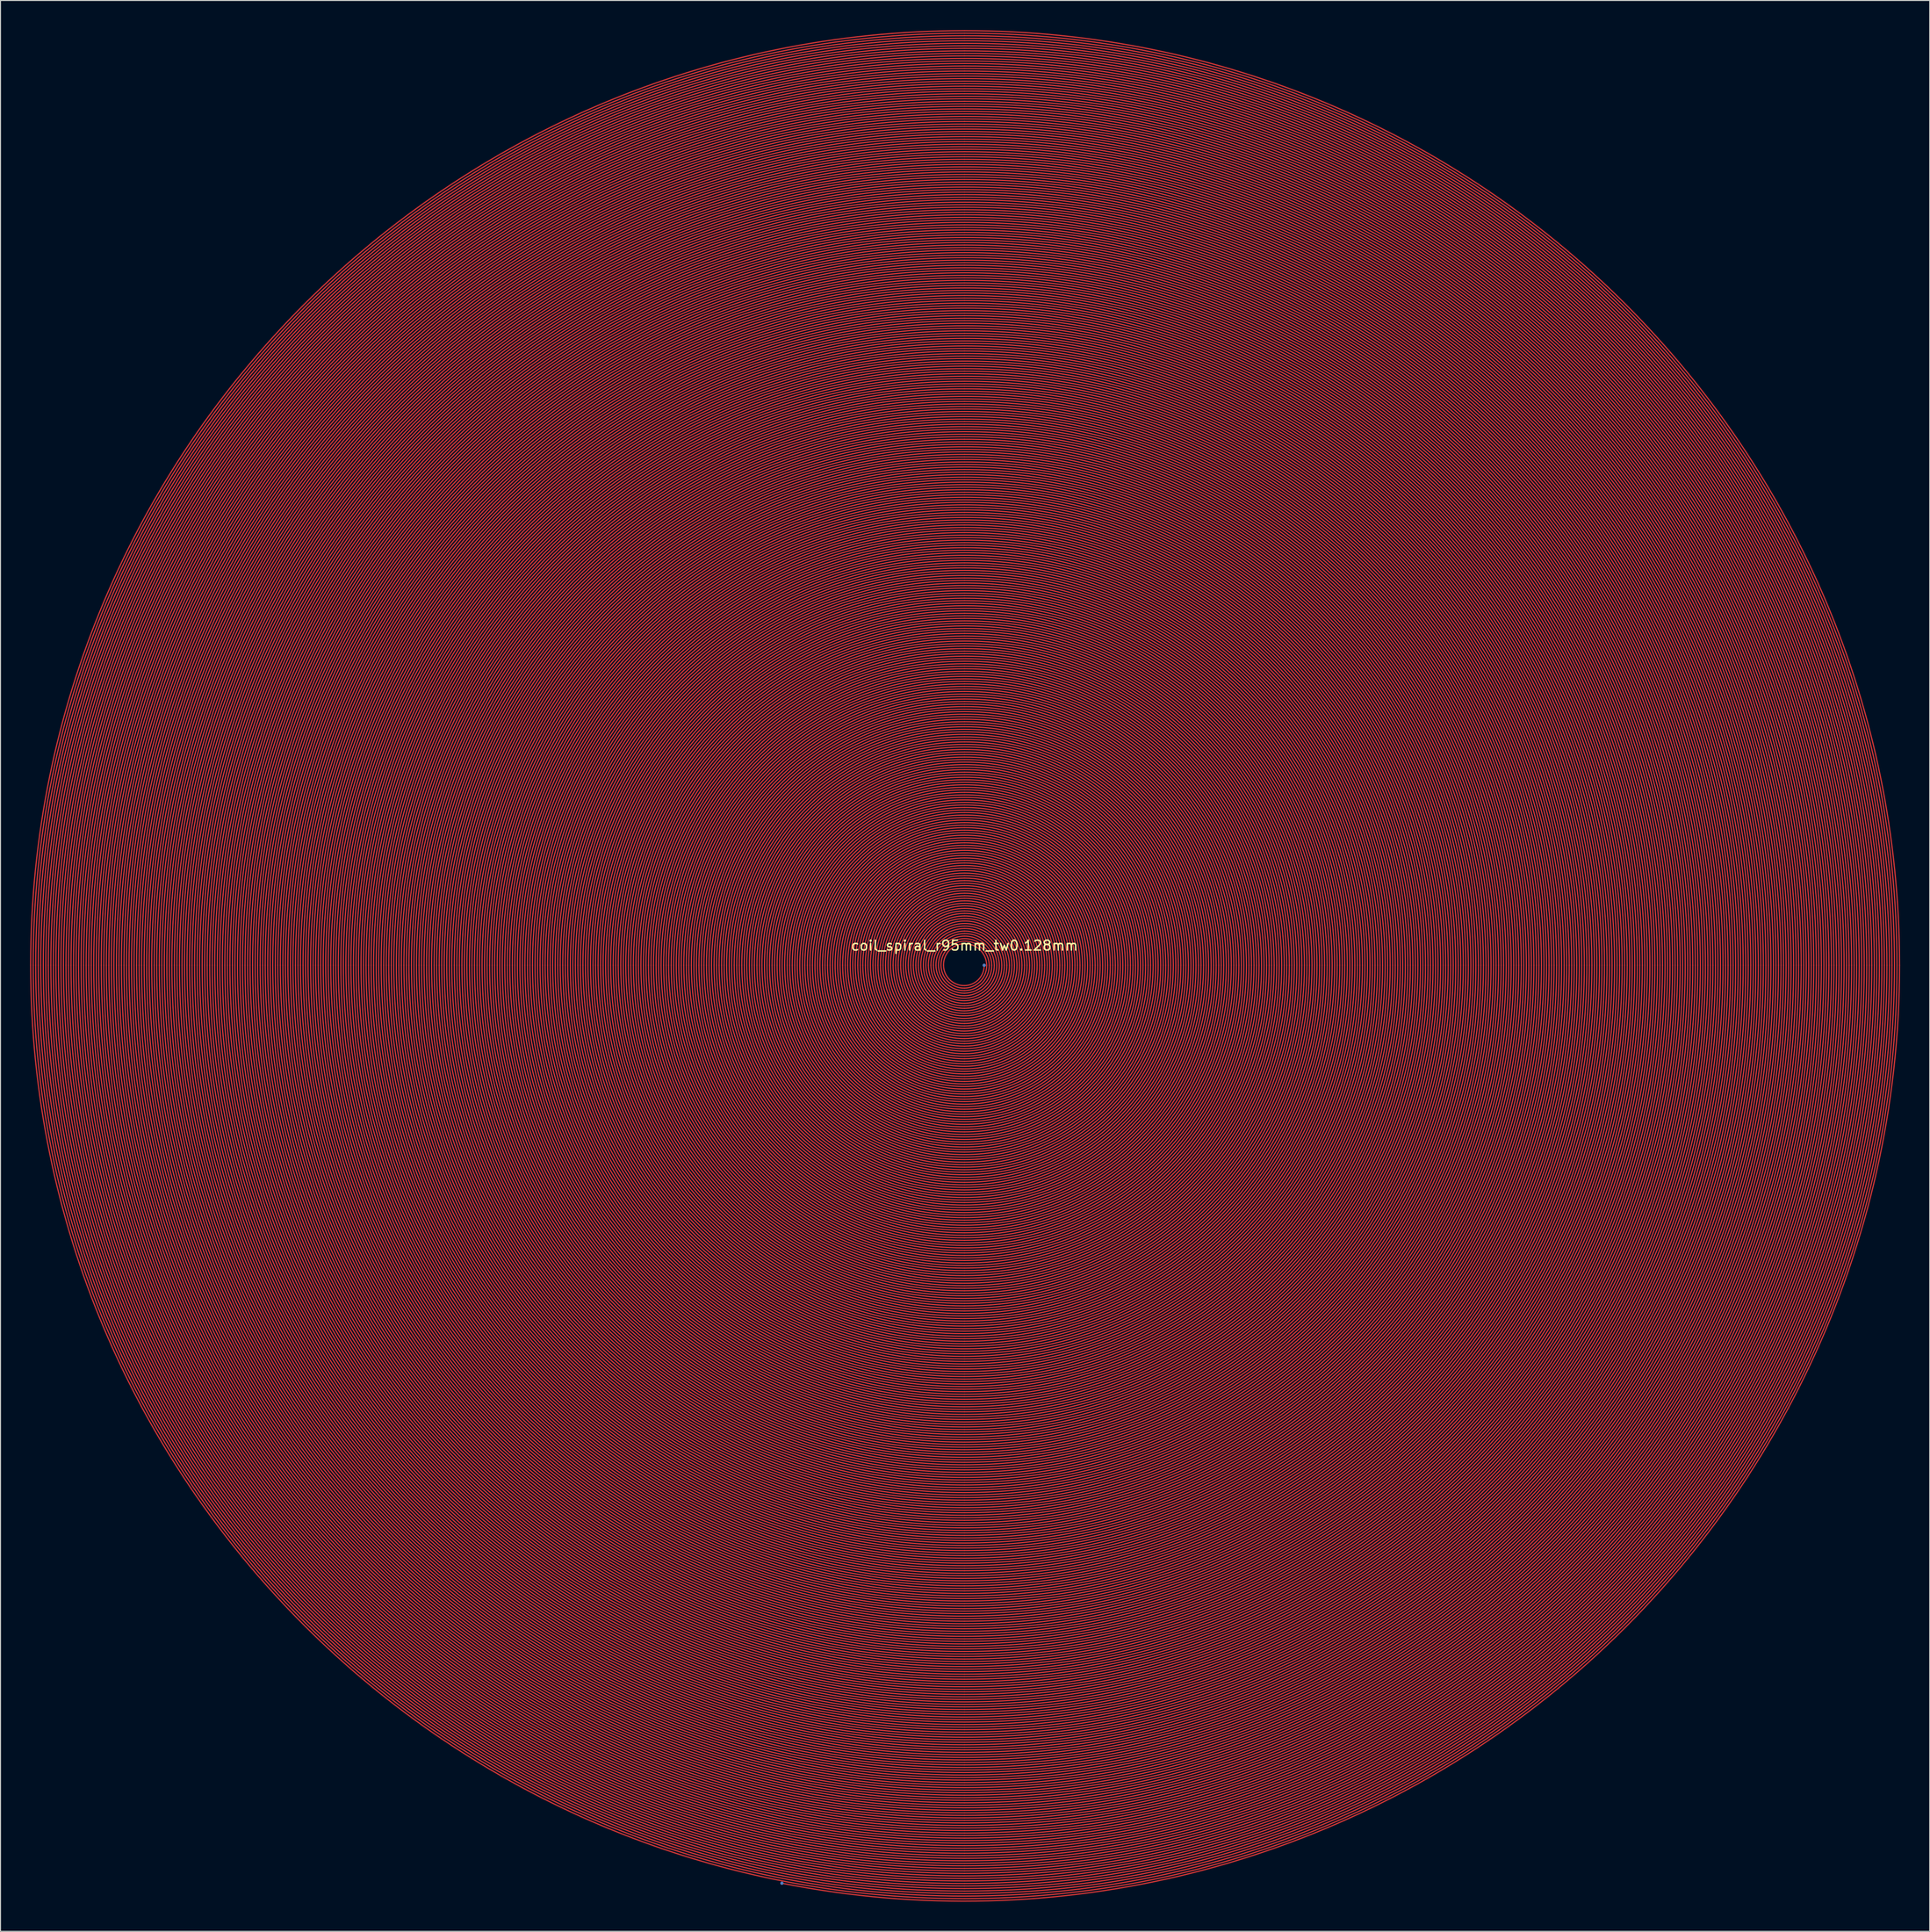
<source format=kicad_pcb>
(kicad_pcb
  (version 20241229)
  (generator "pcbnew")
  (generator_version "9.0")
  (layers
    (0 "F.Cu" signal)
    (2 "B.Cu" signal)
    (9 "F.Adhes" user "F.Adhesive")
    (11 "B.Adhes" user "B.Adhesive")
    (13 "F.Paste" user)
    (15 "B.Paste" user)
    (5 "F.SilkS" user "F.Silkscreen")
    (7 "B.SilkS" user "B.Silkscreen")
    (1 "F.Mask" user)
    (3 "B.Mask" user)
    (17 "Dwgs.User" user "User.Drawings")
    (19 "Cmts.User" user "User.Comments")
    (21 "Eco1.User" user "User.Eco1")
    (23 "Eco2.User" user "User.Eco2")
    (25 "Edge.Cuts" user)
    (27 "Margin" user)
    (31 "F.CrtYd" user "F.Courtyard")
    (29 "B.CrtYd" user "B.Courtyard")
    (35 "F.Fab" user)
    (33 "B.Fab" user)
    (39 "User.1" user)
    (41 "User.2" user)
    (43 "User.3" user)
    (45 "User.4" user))
  (footprint "coil_spiral_r95mm_tw0.128mm"
    (layer "F.Cu")
    (at 94.864 94.928)
    (property "Reference" "coil_spiral_r95mm_tw0.128mm" (at 0 -2 0) (layer "F.SilkS") (effects (font (size 1 1) (thickness 0.15))))
    (attr through_hole)
    (fp_arc (start -94.8 0) (mid -67.046982 -67.065727) (end 0 -94.864) (stroke (width 0.128) (type solid)) (layer "F.Cu"))
    (fp_arc (start -94.544 0) (mid -66.865962 -66.884707) (end 0 -94.608) (stroke (width 0.128) (type solid)) (layer "F.Cu"))
    (fp_arc (start -94.288 0) (mid -66.684943 -66.703688) (end 0 -94.352) (stroke (width 0.128) (type solid)) (layer "F.Cu"))
    (fp_arc (start -94.032 0) (mid -66.503923 -66.522669) (end 0 -94.096) (stroke (width 0.128) (type solid)) (layer "F.Cu"))
    (fp_arc (start -93.776 0) (mid -66.322904 -66.341649) (end 0 -93.84) (stroke (width 0.128) (type solid)) (layer "F.Cu"))
    (fp_arc (start -93.52 0) (mid -66.141885 -66.16063) (end 0 -93.584) (stroke (width 0.128) (type solid)) (layer "F.Cu"))
    (fp_arc (start -93.264 0) (mid -65.960865 -65.979611) (end 0 -93.328) (stroke (width 0.128) (type solid)) (layer "F.Cu"))
    (fp_arc (start -93.008 0) (mid -65.779846 -65.798591) (end 0 -93.072) (stroke (width 0.128) (type solid)) (layer "F.Cu"))
    (fp_arc (start -92.752 0) (mid -65.598827 -65.617572) (end 0 -92.816) (stroke (width 0.128) (type solid)) (layer "F.Cu"))
    (fp_arc (start -92.496 0) (mid -65.417807 -65.436553) (end 0.000001 -92.56) (stroke (width 0.128) (type solid)) (layer "F.Cu"))
    (fp_arc (start -92.24 0) (mid -65.236788 -65.255534) (end 0.000001 -92.304) (stroke (width 0.128) (type solid)) (layer "F.Cu"))
    (fp_arc (start -91.984 0) (mid -65.055768 -65.074514) (end 0.000001 -92.048) (stroke (width 0.128) (type solid)) (layer "F.Cu"))
    (fp_arc (start -91.728 0) (mid -64.874749 -64.893495) (end 0.000001 -91.792) (stroke (width 0.128) (type solid)) (layer "F.Cu"))
    (fp_arc (start -91.472 0) (mid -64.693731 -64.712475) (end -0.000001 -91.536) (stroke (width 0.128) (type solid)) (layer "F.Cu"))
    (fp_arc (start -91.216 0) (mid -64.512711 -64.531456) (end -0.000001 -91.28) (stroke (width 0.128) (type solid)) (layer "F.Cu"))
    (fp_arc (start -90.96 0) (mid -64.331692 -64.350437) (end -0.000001 -91.024) (stroke (width 0.128) (type solid)) (layer "F.Cu"))
    (fp_arc (start -90.704 0) (mid -64.150673 -64.169417) (end -0.000001 -90.768) (stroke (width 0.128) (type solid)) (layer "F.Cu"))
    (fp_arc (start -90.448 0) (mid -63.969653 -63.988398) (end -0.000001 -90.512) (stroke (width 0.128) (type solid)) (layer "F.Cu"))
    (fp_arc (start -90.192 0) (mid -63.788634 -63.807379) (end -0.000001 -90.256) (stroke (width 0.128) (type solid)) (layer "F.Cu"))
    (fp_arc (start -89.936 0) (mid -63.607615 -63.626359) (end -0.000001 -90) (stroke (width 0.128) (type solid)) (layer "F.Cu"))
    (fp_arc (start -89.68 0) (mid -63.426595 -63.44534) (end 0 -89.744) (stroke (width 0.128) (type solid)) (layer "F.Cu"))
    (fp_arc (start -89.424 0) (mid -63.245576 -63.264321) (end 0 -89.488) (stroke (width 0.128) (type solid)) (layer "F.Cu"))
    (fp_arc (start -89.168 0) (mid -63.064556 -63.083302) (end 0 -89.232) (stroke (width 0.128) (type solid)) (layer "F.Cu"))
    (fp_arc (start -88.912 0) (mid -62.883537 -62.902282) (end 0 -88.976) (stroke (width 0.128) (type solid)) (layer "F.Cu"))
    (fp_arc (start -88.656 0) (mid -62.702518 -62.721263) (end 0 -88.72) (stroke (width 0.128) (type solid)) (layer "F.Cu"))
    (fp_arc (start -88.4 0) (mid -62.521498 -62.540244) (end 0 -88.464) (stroke (width 0.128) (type solid)) (layer "F.Cu"))
    (fp_arc (start -88.144 0) (mid -62.340479 -62.359224) (end 0 -88.208) (stroke (width 0.128) (type solid)) (layer "F.Cu"))
    (fp_arc (start -87.888 0) (mid -62.15946 -62.178205) (end 0 -87.952) (stroke (width 0.128) (type solid)) (layer "F.Cu"))
    (fp_arc (start -87.632 0) (mid -61.97844 -61.997186) (end 0 -87.696) (stroke (width 0.128) (type solid)) (layer "F.Cu"))
    (fp_arc (start -87.376 0) (mid -61.797421 -61.816167) (end 0.000001 -87.44) (stroke (width 0.128) (type solid)) (layer "F.Cu"))
    (fp_arc (start -87.12 0) (mid -61.616401 -61.635147) (end 0.000001 -87.184) (stroke (width 0.128) (type solid)) (layer "F.Cu"))
    (fp_arc (start -86.864 0) (mid -61.435382 -61.454128) (end 0.000001 -86.928) (stroke (width 0.128) (type solid)) (layer "F.Cu"))
    (fp_arc (start -86.608 0) (mid -61.254363 -61.273109) (end 0.000001 -86.672) (stroke (width 0.128) (type solid)) (layer "F.Cu"))
    (fp_arc (start -86.352 0) (mid -61.073343 -61.092089) (end 0.000001 -86.416) (stroke (width 0.128) (type solid)) (layer "F.Cu"))
    (fp_arc (start -86.096 0) (mid -60.892324 -60.91107) (end 0.000001 -86.16) (stroke (width 0.128) (type solid)) (layer "F.Cu"))
    (fp_arc (start -85.84 0) (mid -60.711305 -60.73005) (end 0 -85.904) (stroke (width 0.128) (type solid)) (layer "F.Cu"))
    (fp_arc (start -85.584 0) (mid -60.530286 -60.549031) (end 0 -85.648) (stroke (width 0.128) (type solid)) (layer "F.Cu"))
    (fp_arc (start -85.328 0) (mid -60.349266 -60.368012) (end 0 -85.392) (stroke (width 0.128) (type solid)) (layer "F.Cu"))
    (fp_arc (start -85.072 0) (mid -60.168247 -60.186992) (end 0 -85.136) (stroke (width 0.128) (type solid)) (layer "F.Cu"))
    (fp_arc (start -84.816 0) (mid -59.987228 -60.005973) (end 0 -84.88) (stroke (width 0.128) (type solid)) (layer "F.Cu"))
    (fp_arc (start -84.56 0) (mid -59.806209 -59.824954) (end 0 -84.624) (stroke (width 0.128) (type solid)) (layer "F.Cu"))
    (fp_arc (start -84.304 0) (mid -59.62519 -59.643934) (end -0.000001 -84.368) (stroke (width 0.128) (type solid)) (layer "F.Cu"))
    (fp_arc (start -84.048 0) (mid -59.44417 -59.462915) (end -0.000001 -84.112) (stroke (width 0.128) (type solid)) (layer "F.Cu"))
    (fp_arc (start -83.792 0) (mid -59.263151 -59.281895) (end -0.000001 -83.856) (stroke (width 0.128) (type solid)) (layer "F.Cu"))
    (fp_arc (start -83.536 0) (mid -59.082132 -59.100876) (end -0.000001 -83.6) (stroke (width 0.128) (type solid)) (layer "F.Cu"))
    (fp_arc (start -83.28 0) (mid -58.901112 -58.919857) (end -0.000001 -83.344) (stroke (width 0.128) (type solid)) (layer "F.Cu"))
    (fp_arc (start -83.024 0) (mid -58.720093 -58.738838) (end 0 -83.088) (stroke (width 0.128) (type solid)) (layer "F.Cu"))
    (fp_arc (start -82.768 0) (mid -58.539073 -58.557818) (end 0 -82.832) (stroke (width 0.128) (type solid)) (layer "F.Cu"))
    (fp_arc (start -82.512 0) (mid -58.358054 -58.376799) (end 0 -82.576) (stroke (width 0.128) (type solid)) (layer "F.Cu"))
    (fp_arc (start -82.256 0) (mid -58.177035 -58.19578) (end 0 -82.32) (stroke (width 0.128) (type solid)) (layer "F.Cu"))
    (fp_arc (start -82 0) (mid -57.996015 -58.01476) (end 0 -82.064) (stroke (width 0.128) (type solid)) (layer "F.Cu"))
    (fp_arc (start -81.744 0) (mid -57.814996 -57.833741) (end 0 -81.808) (stroke (width 0.128) (type solid)) (layer "F.Cu"))
    (fp_arc (start -81.488 0) (mid -57.633977 -57.652722) (end 0 -81.552) (stroke (width 0.128) (type solid)) (layer "F.Cu"))
    (fp_arc (start -81.232 0) (mid -57.452957 -57.471702) (end 0 -81.296) (stroke (width 0.128) (type solid)) (layer "F.Cu"))
    (fp_arc (start -80.976 0) (mid -57.271938 -57.290683) (end 0.000001 -81.04) (stroke (width 0.128) (type solid)) (layer "F.Cu"))
    (fp_arc (start -80.72 0) (mid -57.090918 -57.109664) (end 0.000001 -80.784) (stroke (width 0.128) (type solid)) (layer "F.Cu"))
    (fp_arc (start -80.464 0) (mid -56.909899 -56.928645) (end 0.000001 -80.528) (stroke (width 0.128) (type solid)) (layer "F.Cu"))
    (fp_arc (start -80.208 0) (mid -56.72888 -56.747625) (end 0.000001 -80.272) (stroke (width 0.128) (type solid)) (layer "F.Cu"))
    (fp_arc (start -79.952 0) (mid -56.54786 -56.566606) (end 0.000001 -80.016) (stroke (width 0.128) (type solid)) (layer "F.Cu"))
    (fp_arc (start -79.696 0) (mid -56.366841 -56.385586) (end 0 -79.759999) (stroke (width 0.128) (type solid)) (layer "F.Cu"))
    (fp_arc (start -79.44 0) (mid -56.185823 -56.204567) (end -0.000001 -79.504) (stroke (width 0.128) (type solid)) (layer "F.Cu"))
    (fp_arc (start -79.184 0) (mid -56.004803 -56.023548) (end 0 -79.248) (stroke (width 0.128) (type solid)) (layer "F.Cu"))
    (fp_arc (start -78.928 0) (mid -55.823784 -55.842529) (end 0 -78.992) (stroke (width 0.128) (type solid)) (layer "F.Cu"))
    (fp_arc (start -78.672 0) (mid -55.642764 -55.661509) (end 0 -78.736) (stroke (width 0.128) (type solid)) (layer "F.Cu"))
    (fp_arc (start -78.416 0) (mid -55.461745 -55.48049) (end -0.000001 -78.48) (stroke (width 0.128) (type solid)) (layer "F.Cu"))
    (fp_arc (start -78.16 0) (mid -55.280726 -55.29947) (end -0.000001 -78.224) (stroke (width 0.128) (type solid)) (layer "F.Cu"))
    (fp_arc (start -77.904 0) (mid -55.099707 -55.118451) (end -0.000001 -77.968) (stroke (width 0.128) (type solid)) (layer "F.Cu"))
    (fp_arc (start -77.648 0) (mid -54.918687 -54.937432) (end -0.000001 -77.712) (stroke (width 0.128) (type solid)) (layer "F.Cu"))
    (fp_arc (start -77.392 0) (mid -54.737668 -54.756413) (end 0 -77.456) (stroke (width 0.128) (type solid)) (layer "F.Cu"))
    (fp_arc (start -77.136 0) (mid -54.556648 -54.575393) (end 0 -77.2) (stroke (width 0.128) (type solid)) (layer "F.Cu"))
    (fp_arc (start -76.88 0) (mid -54.375629 -54.394374) (end 0 -76.944) (stroke (width 0.128) (type solid)) (layer "F.Cu"))
    (fp_arc (start -76.624 0) (mid -54.19461 -54.213355) (end 0 -76.688) (stroke (width 0.128) (type solid)) (layer "F.Cu"))
    (fp_arc (start -76.368 0) (mid -54.01359 -54.032335) (end 0 -76.432) (stroke (width 0.128) (type solid)) (layer "F.Cu"))
    (fp_arc (start -76.112 0) (mid -53.832571 -53.851316) (end 0 -76.176) (stroke (width 0.128) (type solid)) (layer "F.Cu"))
    (fp_arc (start -75.856 0) (mid -53.651551 -53.670297) (end 0.000001 -75.92) (stroke (width 0.128) (type solid)) (layer "F.Cu"))
    (fp_arc (start -75.6 0) (mid -53.470532 -53.489278) (end 0.000001 -75.664) (stroke (width 0.128) (type solid)) (layer "F.Cu"))
    (fp_arc (start -75.344 0) (mid -53.289512 -53.308258) (end 0.000001 -75.408) (stroke (width 0.128) (type solid)) (layer "F.Cu"))
    (fp_arc (start -75.088 0) (mid -53.108493 -53.127239) (end 0.000001 -75.152) (stroke (width 0.128) (type solid)) (layer "F.Cu"))
    (fp_arc (start -74.832 0) (mid -52.927475 -52.946219) (end -0.000001 -74.896) (stroke (width 0.128) (type solid)) (layer "F.Cu"))
    (fp_arc (start -74.576 0) (mid -52.746455 -52.7652) (end -0.000001 -74.64) (stroke (width 0.128) (type solid)) (layer "F.Cu"))
    (fp_arc (start -74.32 0) (mid -52.565436 -52.584181) (end 0 -74.384) (stroke (width 0.128) (type solid)) (layer "F.Cu"))
    (fp_arc (start -74.064 0) (mid -52.384416 -52.403162) (end 0 -74.128) (stroke (width 0.128) (type solid)) (layer "F.Cu"))
    (fp_arc (start -73.808 0) (mid -52.203397 -52.222142) (end 0 -73.872) (stroke (width 0.128) (type solid)) (layer "F.Cu"))
    (fp_arc (start -73.552 0) (mid -52.022378 -52.041123) (end -0.000001 -73.616) (stroke (width 0.128) (type solid)) (layer "F.Cu"))
    (fp_arc (start -73.296 0) (mid -51.841359 -51.860103) (end -0.000001 -73.36) (stroke (width 0.128) (type solid)) (layer "F.Cu"))
    (fp_arc (start -73.04 0) (mid -51.660339 -51.679084) (end 0 -73.104) (stroke (width 0.128) (type solid)) (layer "F.Cu"))
    (fp_arc (start -72.784 0) (mid -51.47932 -51.498065) (end 0 -72.848) (stroke (width 0.128) (type solid)) (layer "F.Cu"))
    (fp_arc (start -72.528 0) (mid -51.2983 -51.317046) (end 0 -72.592) (stroke (width 0.128) (type solid)) (layer "F.Cu"))
    (fp_arc (start -72.272 0) (mid -51.117281 -51.136026) (end 0 -72.336) (stroke (width 0.128) (type solid)) (layer "F.Cu"))
    (fp_arc (start -72.016 0) (mid -50.936262 -50.955007) (end 0 -72.08) (stroke (width 0.128) (type solid)) (layer "F.Cu"))
    (fp_arc (start -71.76 0) (mid -50.755242 -50.773988) (end 0 -71.824) (stroke (width 0.128) (type solid)) (layer "F.Cu"))
    (fp_arc (start -71.504 0) (mid -50.574223 -50.592969) (end 0.000001 -71.568) (stroke (width 0.128) (type solid)) (layer "F.Cu"))
    (fp_arc (start -71.248 0) (mid -50.393203 -50.411949) (end 0.000001 -71.312) (stroke (width 0.128) (type solid)) (layer "F.Cu"))
    (fp_arc (start -70.992 0) (mid -50.212184 -50.23093) (end 0.000001 -71.056) (stroke (width 0.128) (type solid)) (layer "F.Cu"))
    (fp_arc (start -70.736 0) (mid -50.031165 -50.049911) (end 0.000001 -70.8) (stroke (width 0.128) (type solid)) (layer "F.Cu"))
    (fp_arc (start -70.48 0) (mid -49.850147 -49.868891) (end -0.000002 -70.544) (stroke (width 0.128) (type solid)) (layer "F.Cu"))
    (fp_arc (start -70.224 0) (mid -49.669127 -49.687872) (end 0 -70.288) (stroke (width 0.128) (type solid)) (layer "F.Cu"))
    (fp_arc (start -69.968 0) (mid -49.488108 -49.506852) (end -0.000001 -70.032) (stroke (width 0.128) (type solid)) (layer "F.Cu"))
    (fp_arc (start -69.712 0) (mid -49.307088 -49.325833) (end -0.000001 -69.776) (stroke (width 0.128) (type solid)) (layer "F.Cu"))
    (fp_arc (start -69.456 0) (mid -49.126069 -49.144814) (end -0.000001 -69.52) (stroke (width 0.128) (type solid)) (layer "F.Cu"))
    (fp_arc (start -69.2 0) (mid -48.945049 -48.963795) (end 0 -69.264) (stroke (width 0.128) (type solid)) (layer "F.Cu"))
    (fp_arc (start -68.944 0) (mid -48.76403 -48.782775) (end 0 -69.008) (stroke (width 0.128) (type solid)) (layer "F.Cu"))
    (fp_arc (start -68.688 0) (mid -48.583011 -48.601756) (end 0 -68.752) (stroke (width 0.128) (type solid)) (layer "F.Cu"))
    (fp_arc (start -68.432 0) (mid -48.401991 -48.420737) (end 0 -68.496) (stroke (width 0.128) (type solid)) (layer "F.Cu"))
    (fp_arc (start -68.176 0) (mid -48.220972 -48.239717) (end 0 -68.24) (stroke (width 0.128) (type solid)) (layer "F.Cu"))
    (fp_arc (start -67.92 0) (mid -48.039952 -48.058698) (end 0.000001 -67.984) (stroke (width 0.128) (type solid)) (layer "F.Cu"))
    (fp_arc (start -67.664 0) (mid -47.858933 -47.877679) (end 0.000001 -67.728) (stroke (width 0.128) (type solid)) (layer "F.Cu"))
    (fp_arc (start -67.408 0) (mid -47.677914 -47.696659) (end 0 -67.472) (stroke (width 0.128) (type solid)) (layer "F.Cu"))
    (fp_arc (start -67.152 0) (mid -47.496895 -47.51564) (end 0 -67.216) (stroke (width 0.128) (type solid)) (layer "F.Cu"))
    (fp_arc (start -66.896 0) (mid -47.315875 -47.334621) (end 0.000001 -66.96) (stroke (width 0.128) (type solid)) (layer "F.Cu"))
    (fp_arc (start -66.64 0) (mid -47.134857 -47.153601) (end -0.000001 -66.704) (stroke (width 0.128) (type solid)) (layer "F.Cu"))
    (fp_arc (start -66.384 0) (mid -46.953837 -46.972582) (end -0.000001 -66.448) (stroke (width 0.128) (type solid)) (layer "F.Cu"))
    (fp_arc (start -66.128 0) (mid -46.772818 -46.791562) (end -0.000001 -66.192) (stroke (width 0.128) (type solid)) (layer "F.Cu"))
    (fp_arc (start -65.872 0) (mid -46.591798 -46.610543) (end 0 -65.936) (stroke (width 0.128) (type solid)) (layer "F.Cu"))
    (fp_arc (start -65.616 0) (mid -46.410779 -46.429524) (end 0 -65.68) (stroke (width 0.128) (type solid)) (layer "F.Cu"))
    (fp_arc (start -65.36 0) (mid -46.22976 -46.248505) (end 0 -65.424) (stroke (width 0.128) (type solid)) (layer "F.Cu"))
    (fp_arc (start -65.104 0) (mid -46.04874 -46.067485) (end 0 -65.168) (stroke (width 0.128) (type solid)) (layer "F.Cu"))
    (fp_arc (start -64.848 0) (mid -45.867721 -45.886466) (end 0.000001 -64.912) (stroke (width 0.128) (type solid)) (layer "F.Cu"))
    (fp_arc (start -64.592 0) (mid -45.686702 -45.705447) (end 0 -64.656) (stroke (width 0.128) (type solid)) (layer "F.Cu"))
    (fp_arc (start -64.336 0) (mid -45.505682 -45.524427) (end 0 -64.4) (stroke (width 0.128) (type solid)) (layer "F.Cu"))
    (fp_arc (start -64.08 0) (mid -45.324663 -45.343408) (end 0 -64.144) (stroke (width 0.128) (type solid)) (layer "F.Cu"))
    (fp_arc (start -63.824 0) (mid -45.143643 -45.162389) (end 0.000001 -63.888) (stroke (width 0.128) (type solid)) (layer "F.Cu"))
    (fp_arc (start -63.568 0) (mid -44.962624 -44.98137) (end 0.000001 -63.632) (stroke (width 0.128) (type solid)) (layer "F.Cu"))
    (fp_arc (start -63.312 0) (mid -44.781606 -44.80035) (end -0.000001 -63.376) (stroke (width 0.128) (type solid)) (layer "F.Cu"))
    (fp_arc (start -63.056 0) (mid -44.600586 -44.619331) (end 0 -63.12) (stroke (width 0.128) (type solid)) (layer "F.Cu"))
    (fp_arc (start -62.8 0) (mid -44.419567 -44.438311) (end -0.000001 -62.864) (stroke (width 0.128) (type solid)) (layer "F.Cu"))
    (fp_arc (start -62.544 0) (mid -44.238548 -44.257292) (end -0.000001 -62.608) (stroke (width 0.128) (type solid)) (layer "F.Cu"))
    (fp_arc (start -62.288 0) (mid -44.057528 -44.076273) (end -0.000001 -62.352) (stroke (width 0.128) (type solid)) (layer "F.Cu"))
    (fp_arc (start -62.032 0) (mid -43.876509 -43.895254) (end 0 -62.096) (stroke (width 0.128) (type solid)) (layer "F.Cu"))
    (fp_arc (start -61.776 0) (mid -43.695489 -43.714234) (end 0 -61.84) (stroke (width 0.128) (type solid)) (layer "F.Cu"))
    (fp_arc (start -61.52 0) (mid -43.51447 -43.533215) (end 0 -61.584) (stroke (width 0.128) (type solid)) (layer "F.Cu"))
    (fp_arc (start -61.264 0) (mid -43.33345 -43.352196) (end 0.000001 -61.328) (stroke (width 0.128) (type solid)) (layer "F.Cu"))
    (fp_arc (start -61.008 0) (mid -43.152431 -43.171176) (end 0 -61.072) (stroke (width 0.128) (type solid)) (layer "F.Cu"))
    (fp_arc (start -60.752 0) (mid -42.971412 -42.990157) (end 0 -60.816) (stroke (width 0.128) (type solid)) (layer "F.Cu"))
    (fp_arc (start -60.496 0) (mid -42.790392 -42.809138) (end 0.000001 -60.56) (stroke (width 0.128) (type solid)) (layer "F.Cu"))
    (fp_arc (start -60.24 0) (mid -42.609373 -42.628118) (end 0 -60.303999) (stroke (width 0.128) (type solid)) (layer "F.Cu"))
    (fp_arc (start -59.984 0) (mid -42.428355 -42.447099) (end -0.000001 -60.048) (stroke (width 0.128) (type solid)) (layer "F.Cu"))
    (fp_arc (start -59.728 0) (mid -42.247335 -42.26608) (end 0 -59.792) (stroke (width 0.128) (type solid)) (layer "F.Cu"))
    (fp_arc (start -59.472 0) (mid -42.066315 -42.085061) (end 0 -59.536) (stroke (width 0.128) (type solid)) (layer "F.Cu"))
    (fp_arc (start -59.216 0) (mid -41.885297 -41.904041) (end -0.000001 -59.28) (stroke (width 0.128) (type solid)) (layer "F.Cu"))
    (fp_arc (start -58.96 0) (mid -41.704277 -41.723022) (end 0 -59.024) (stroke (width 0.128) (type solid)) (layer "F.Cu"))
    (fp_arc (start -58.704 0) (mid -41.523257 -41.542003) (end 0 -58.768) (stroke (width 0.128) (type solid)) (layer "F.Cu"))
    (fp_arc (start -58.448 0) (mid -41.342238 -41.360983) (end 0 -58.512) (stroke (width 0.128) (type solid)) (layer "F.Cu"))
    (fp_arc (start -58.192 0) (mid -41.161218 -41.179964) (end 0.000001 -58.256) (stroke (width 0.128) (type solid)) (layer "F.Cu"))
    (fp_arc (start -57.936 0) (mid -40.980199 -40.998945) (end 0 -58) (stroke (width 0.128) (type solid)) (layer "F.Cu"))
    (fp_arc (start -57.68 0) (mid -40.79918 -40.817926) (end 0.000001 -57.744) (stroke (width 0.128) (type solid)) (layer "F.Cu"))
    (fp_arc (start -57.424 0) (mid -40.618161 -40.636906) (end -0.000001 -57.488) (stroke (width 0.128) (type solid)) (layer "F.Cu"))
    (fp_arc (start -57.168 0) (mid -40.437142 -40.455887) (end -0.000001 -57.232) (stroke (width 0.128) (type solid)) (layer "F.Cu"))
    (fp_arc (start -56.912 0) (mid -40.256122 -40.274868) (end 0 -56.976) (stroke (width 0.128) (type solid)) (layer "F.Cu"))
    (fp_arc (start -56.656 0) (mid -40.075103 -40.093848) (end 0 -56.72) (stroke (width 0.128) (type solid)) (layer "F.Cu"))
    (fp_arc (start -56.4 0) (mid -39.894084 -39.912829) (end -0.000001 -56.464) (stroke (width 0.128) (type solid)) (layer "F.Cu"))
    (fp_arc (start -56.144 0) (mid -39.713064 -39.73181) (end 0 -56.208) (stroke (width 0.128) (type solid)) (layer "F.Cu"))
    (fp_arc (start -55.888 0) (mid -39.532045 -39.55079) (end 0 -55.952) (stroke (width 0.128) (type solid)) (layer "F.Cu"))
    (fp_arc (start -55.632 0) (mid -39.351025 -39.369771) (end 0.000001 -55.696) (stroke (width 0.128) (type solid)) (layer "F.Cu"))
    (fp_arc (start -55.376 0) (mid -39.170006 -39.188752) (end 0 -55.44) (stroke (width 0.128) (type solid)) (layer "F.Cu"))
    (fp_arc (start -55.12 0) (mid -38.988987 -39.007733) (end 0.000001 -55.184) (stroke (width 0.128) (type solid)) (layer "F.Cu"))
    (fp_arc (start -54.864 0) (mid -38.807968 -38.826713) (end -0.000001 -54.928) (stroke (width 0.128) (type solid)) (layer "F.Cu"))
    (fp_arc (start -54.608 0) (mid -38.626949 -38.645693) (end -0.000001 -54.672) (stroke (width 0.128) (type solid)) (layer "F.Cu"))
    (fp_arc (start -54.352 0) (mid -38.445929 -38.464675) (end 0 -54.416) (stroke (width 0.128) (type solid)) (layer "F.Cu"))
    (fp_arc (start -54.096 0) (mid -38.26491 -38.283655) (end -0.000001 -54.16) (stroke (width 0.128) (type solid)) (layer "F.Cu"))
    (fp_arc (start -53.84 0) (mid -38.083891 -38.102636) (end 0 -53.904) (stroke (width 0.128) (type solid)) (layer "F.Cu"))
    (fp_arc (start -53.584 0) (mid -37.902871 -37.921617) (end 0 -53.648) (stroke (width 0.128) (type solid)) (layer "F.Cu"))
    (fp_arc (start -53.328 0) (mid -37.721852 -37.740598) (end 0.000001 -53.392) (stroke (width 0.128) (type solid)) (layer "F.Cu"))
    (fp_arc (start -53.072 0) (mid -37.540833 -37.559578) (end 0 -53.136) (stroke (width 0.128) (type solid)) (layer "F.Cu"))
    (fp_arc (start -52.816 0) (mid -37.359813 -37.378559) (end 0.000001 -52.88) (stroke (width 0.128) (type solid)) (layer "F.Cu"))
    (fp_arc (start -52.56 0) (mid -37.178794 -37.197539) (end 0 -52.623999) (stroke (width 0.128) (type solid)) (layer "F.Cu"))
    (fp_arc (start -52.304 0) (mid -36.997775 -37.01652) (end -0.000001 -52.368) (stroke (width 0.128) (type solid)) (layer "F.Cu"))
    (fp_arc (start -52.048 0) (mid -36.816756 -36.8355) (end -0.000001 -52.112) (stroke (width 0.128) (type solid)) (layer "F.Cu"))
    (fp_arc (start -51.792 0) (mid -36.635736 -36.654481) (end 0 -51.856) (stroke (width 0.128) (type solid)) (layer "F.Cu"))
    (fp_arc (start -51.536 0) (mid -36.454717 -36.473462) (end 0 -51.6) (stroke (width 0.128) (type solid)) (layer "F.Cu"))
    (fp_arc (start -51.28 0) (mid -36.273698 -36.292443) (end 0 -51.344) (stroke (width 0.128) (type solid)) (layer "F.Cu"))
    (fp_arc (start -51.024 0) (mid -36.092678 -36.111423) (end 0 -51.088) (stroke (width 0.128) (type solid)) (layer "F.Cu"))
    (fp_arc (start -50.768 0) (mid -35.911659 -35.930404) (end 0.000001 -50.832) (stroke (width 0.128) (type solid)) (layer "F.Cu"))
    (fp_arc (start -50.512 0) (mid -35.730639 -35.749385) (end 0.000001 -50.576) (stroke (width 0.128) (type solid)) (layer "F.Cu"))
    (fp_arc (start -50.256 0) (mid -35.549621 -35.568365) (end -0.000001 -50.32) (stroke (width 0.128) (type solid)) (layer "F.Cu"))
    (fp_arc (start -50 0) (mid -35.368601 -35.387346) (end 0 -50.064) (stroke (width 0.128) (type solid)) (layer "F.Cu"))
    (fp_arc (start -49.744 0) (mid -35.187582 -35.206327) (end 0 -49.808) (stroke (width 0.128) (type solid)) (layer "F.Cu"))
    (fp_arc (start -49.488 0) (mid -35.006563 -35.025308) (end 0 -49.552) (stroke (width 0.128) (type solid)) (layer "F.Cu"))
    (fp_arc (start -49.232 0) (mid -34.825543 -34.844288) (end 0 -49.296) (stroke (width 0.128) (type solid)) (layer "F.Cu"))
    (fp_arc (start -48.976 0) (mid -34.644524 -34.663269) (end 0 -49.04) (stroke (width 0.128) (type solid)) (layer "F.Cu"))
    (fp_arc (start -48.72 0) (mid -34.463504 -34.48225) (end 0.000001 -48.784) (stroke (width 0.128) (type solid)) (layer "F.Cu"))
    (fp_arc (start -48.464 0) (mid -34.282485 -34.30123) (end 0 -48.527999) (stroke (width 0.128) (type solid)) (layer "F.Cu"))
    (fp_arc (start -48.208 0) (mid -34.101467 -34.120211) (end -0.000001 -48.272) (stroke (width 0.128) (type solid)) (layer "F.Cu"))
    (fp_arc (start -47.952 0) (mid -33.920447 -33.939192) (end 0 -48.016) (stroke (width 0.128) (type solid)) (layer "F.Cu"))
    (fp_arc (start -47.696 0) (mid -33.739427 -33.758173) (end 0 -47.76) (stroke (width 0.128) (type solid)) (layer "F.Cu"))
    (fp_arc (start -47.44 0) (mid -33.558408 -33.577153) (end 0 -47.504) (stroke (width 0.128) (type solid)) (layer "F.Cu"))
    (fp_arc (start -47.184 0) (mid -33.377388 -33.396134) (end 0.000001 -47.248) (stroke (width 0.128) (type solid)) (layer "F.Cu"))
    (fp_arc (start -46.928 0) (mid -33.196369 -33.215115) (end 0 -46.992) (stroke (width 0.128) (type solid)) (layer "F.Cu"))
    (fp_arc (start -46.672 0) (mid -33.01535 -33.034096) (end 0.000001 -46.736) (stroke (width 0.128) (type solid)) (layer "F.Cu"))
    (fp_arc (start -46.416 0) (mid -32.834331 -32.853076) (end 0 -46.48) (stroke (width 0.128) (type solid)) (layer "F.Cu"))
    (fp_arc (start -46.16 0) (mid -32.653312 -32.672057) (end -0.000001 -46.224) (stroke (width 0.128) (type solid)) (layer "F.Cu"))
    (fp_arc (start -45.904 0) (mid -32.472292 -32.491038) (end 0 -45.968) (stroke (width 0.128) (type solid)) (layer "F.Cu"))
    (fp_arc (start -45.648 0) (mid -32.291273 -32.310018) (end 0 -45.712) (stroke (width 0.128) (type solid)) (layer "F.Cu"))
    (fp_arc (start -45.392 0) (mid -32.110253 -32.128999) (end 0.000001 -45.456) (stroke (width 0.128) (type solid)) (layer "F.Cu"))
    (fp_arc (start -45.136 0) (mid -31.929234 -31.94798) (end 0 -45.2) (stroke (width 0.128) (type solid)) (layer "F.Cu"))
    (fp_arc (start -44.88 0) (mid -31.748216 -31.76696) (end -0.000001 -44.944) (stroke (width 0.128) (type solid)) (layer "F.Cu"))
    (fp_arc (start -44.624 0) (mid -31.567196 -31.585941) (end -0.000001 -44.688) (stroke (width 0.128) (type solid)) (layer "F.Cu"))
    (fp_arc (start -44.368 0) (mid -31.386177 -31.404922) (end 0 -44.432) (stroke (width 0.128) (type solid)) (layer "F.Cu"))
    (fp_arc (start -44.112 0) (mid -31.205157 -31.223903) (end 0 -44.176) (stroke (width 0.128) (type solid)) (layer "F.Cu"))
    (fp_arc (start -43.856 0) (mid -31.024138 -31.042884) (end 0.000001 -43.92) (stroke (width 0.128) (type solid)) (layer "F.Cu"))
    (fp_arc (start -43.6 0) (mid -30.843119 -30.861864) (end 0 -43.664) (stroke (width 0.128) (type solid)) (layer "F.Cu"))
    (fp_arc (start -43.344 0) (mid -30.662099 -30.680844) (end 0 -43.407999) (stroke (width 0.128) (type solid)) (layer "F.Cu"))
    (fp_arc (start -43.088 0) (mid -30.481081 -30.499825) (end -0.000001 -43.152) (stroke (width 0.128) (type solid)) (layer "F.Cu"))
    (fp_arc (start -42.832 0) (mid -30.300061 -30.318806) (end 0 -42.896) (stroke (width 0.128) (type solid)) (layer "F.Cu"))
    (fp_arc (start -42.576 0) (mid -30.119042 -30.137787) (end 0 -42.64) (stroke (width 0.128) (type solid)) (layer "F.Cu"))
    (fp_arc (start -42.32 0) (mid -29.938022 -29.956767) (end 0 -42.384) (stroke (width 0.128) (type solid)) (layer "F.Cu"))
    (fp_arc (start -42.064 0) (mid -29.757003 -29.775749) (end 0.000001 -42.128) (stroke (width 0.128) (type solid)) (layer "F.Cu"))
    (fp_arc (start -41.808 0) (mid -29.575984 -29.594729) (end -0.000001 -41.872) (stroke (width 0.128) (type solid)) (layer "F.Cu"))
    (fp_arc (start -41.552 0) (mid -29.394965 -29.41371) (end 0 -41.616) (stroke (width 0.128) (type solid)) (layer "F.Cu"))
    (fp_arc (start -41.296 0) (mid -29.213945 -29.23269) (end 0 -41.36) (stroke (width 0.128) (type solid)) (layer "F.Cu"))
    (fp_arc (start -41.04 0) (mid -29.032926 -29.051671) (end 0 -41.104) (stroke (width 0.128) (type solid)) (layer "F.Cu"))
    (fp_arc (start -40.784 0) (mid -28.851906 -28.870652) (end 0.000001 -40.848) (stroke (width 0.128) (type solid)) (layer "F.Cu"))
    (fp_arc (start -40.528 0) (mid -28.670887 -28.689633) (end 0.000001 -40.592) (stroke (width 0.128) (type solid)) (layer "F.Cu"))
    (fp_arc (start -40.272 0) (mid -28.489869 -28.508613) (end -0.000001 -40.336) (stroke (width 0.128) (type solid)) (layer "F.Cu"))
    (fp_arc (start -40.016 0) (mid -28.308849 -28.327594) (end 0 -40.08) (stroke (width 0.128) (type solid)) (layer "F.Cu"))
    (fp_arc (start -39.76 0) (mid -28.12783 -28.146575) (end 0 -39.824) (stroke (width 0.128) (type solid)) (layer "F.Cu"))
    (fp_arc (start -39.504 0) (mid -27.94681 -27.965556) (end 0.000001 -39.568) (stroke (width 0.128) (type solid)) (layer "F.Cu"))
    (fp_arc (start -39.248 0) (mid -27.765791 -27.784536) (end 0.000001 -39.312) (stroke (width 0.128) (type solid)) (layer "F.Cu"))
    (fp_arc (start -38.992 0) (mid -27.584772 -27.603517) (end -0.000001 -39.056) (stroke (width 0.128) (type solid)) (layer "F.Cu"))
    (fp_arc (start -38.736 0) (mid -27.403753 -27.422498) (end 0 -38.8) (stroke (width 0.128) (type solid)) (layer "F.Cu"))
    (fp_arc (start -38.48 0) (mid -27.222733 -27.241479) (end 0.000001 -38.544) (stroke (width 0.128) (type solid)) (layer "F.Cu"))
    (fp_arc (start -38.224 0) (mid -27.041713 -27.060459) (end 0.000001 -38.288) (stroke (width 0.128) (type solid)) (layer "F.Cu"))
    (fp_arc (start -37.968 0) (mid -26.860695 -26.87944) (end -0.000001 -38.032) (stroke (width 0.128) (type solid)) (layer "F.Cu"))
    (fp_arc (start -37.712 0) (mid -26.679676 -26.69842) (end -0.000001 -37.776) (stroke (width 0.128) (type solid)) (layer "F.Cu"))
    (fp_arc (start -37.456 0) (mid -26.498656 -26.517401) (end 0 -37.52) (stroke (width 0.128) (type solid)) (layer "F.Cu"))
    (fp_arc (start -37.2 0) (mid -26.317637 -26.336382) (end 0 -37.264) (stroke (width 0.128) (type solid)) (layer "F.Cu"))
    (fp_arc (start -36.944 0) (mid -26.136617 -26.155363) (end 0.000001 -37.008) (stroke (width 0.128) (type solid)) (layer "F.Cu"))
    (fp_arc (start -36.688 0) (mid -25.955599 -25.974343) (end -0.000001 -36.752) (stroke (width 0.128) (type solid)) (layer "F.Cu"))
    (fp_arc (start -36.432 0) (mid -25.774579 -25.793324) (end 0 -36.496) (stroke (width 0.128) (type solid)) (layer "F.Cu"))
    (fp_arc (start -36.176 0) (mid -25.59356 -25.612305) (end 0 -36.24) (stroke (width 0.128) (type solid)) (layer "F.Cu"))
    (fp_arc (start -35.92 0) (mid -25.41254 -25.431286) (end 0.000001 -35.984) (stroke (width 0.128) (type solid)) (layer "F.Cu"))
    (fp_arc (start -35.664 0) (mid -25.231522 -25.250266) (end -0.000001 -35.728) (stroke (width 0.128) (type solid)) (layer "F.Cu"))
    (fp_arc (start -35.408 0) (mid -25.050502 -25.069247) (end 0 -35.472) (stroke (width 0.128) (type solid)) (layer "F.Cu"))
    (fp_arc (start -35.152 0) (mid -24.869483 -24.888228) (end 0 -35.216) (stroke (width 0.128) (type solid)) (layer "F.Cu"))
    (fp_arc (start -34.896 0) (mid -24.688463 -24.707209) (end 0.000001 -34.96) (stroke (width 0.128) (type solid)) (layer "F.Cu"))
    (fp_arc (start -34.64 0) (mid -24.507445 -24.526189) (end -0.000001 -34.704) (stroke (width 0.128) (type solid)) (layer "F.Cu"))
    (fp_arc (start -34.384 0) (mid -24.326425 -24.34517) (end 0 -34.448) (stroke (width 0.128) (type solid)) (layer "F.Cu"))
    (fp_arc (start -34.128 0) (mid -24.145406 -24.164151) (end 0 -34.192) (stroke (width 0.128) (type solid)) (layer "F.Cu"))
    (fp_arc (start -33.872 0) (mid -23.964386 -23.983132) (end 0.000001 -33.936) (stroke (width 0.128) (type solid)) (layer "F.Cu"))
    (fp_arc (start -33.616 0) (mid -23.783368 -23.802112) (end -0.000001 -33.68) (stroke (width 0.128) (type solid)) (layer "F.Cu"))
    (fp_arc (start -33.36 0) (mid -23.602348 -23.621093) (end 0 -33.424) (stroke (width 0.128) (type solid)) (layer "F.Cu"))
    (fp_arc (start -33.104 0) (mid -23.421328 -23.440074) (end 0.000001 -33.168) (stroke (width 0.128) (type solid)) (layer "F.Cu"))
    (fp_arc (start -32.848 0) (mid -23.24031 -23.259054) (end -0.000001 -32.912) (stroke (width 0.128) (type solid)) (layer "F.Cu"))
    (fp_arc (start -32.592 0) (mid -23.05929 -23.078035) (end 0 -32.656) (stroke (width 0.128) (type solid)) (layer "F.Cu"))
    (fp_arc (start -32.336 0) (mid -22.878271 -22.897016) (end 0 -32.4) (stroke (width 0.128) (type solid)) (layer "F.Cu"))
    (fp_arc (start -32.08 0) (mid -22.697251 -22.715996) (end 0 -32.143999) (stroke (width 0.128) (type solid)) (layer "F.Cu"))
    (fp_arc (start -31.824 0) (mid -22.516232 -22.534978) (end 0 -31.888) (stroke (width 0.128) (type solid)) (layer "F.Cu"))
    (fp_arc (start -31.568 0) (mid -22.335213 -22.353958) (end 0 -31.632) (stroke (width 0.128) (type solid)) (layer "F.Cu"))
    (fp_arc (start -31.312 0) (mid -22.154193 -22.172939) (end 0.000001 -31.376) (stroke (width 0.128) (type solid)) (layer "F.Cu"))
    (fp_arc (start -31.056 0) (mid -21.973175 -21.99192) (end 0 -31.12) (stroke (width 0.128) (type solid)) (layer "F.Cu"))
    (fp_arc (start -30.8 0) (mid -21.792155 -21.810901) (end 0 -30.864) (stroke (width 0.128) (type solid)) (layer "F.Cu"))
    (fp_arc (start -30.544 0) (mid -21.611136 -21.629882) (end 0.000001 -30.608) (stroke (width 0.128) (type solid)) (layer "F.Cu"))
    (fp_arc (start -30.288 0) (mid -21.430117 -21.448862) (end -0.000001 -30.352) (stroke (width 0.128) (type solid)) (layer "F.Cu"))
    (fp_arc (start -30.032 0) (mid -21.249098 -21.267843) (end 0 -30.096) (stroke (width 0.128) (type solid)) (layer "F.Cu"))
    (fp_arc (start -29.776 0) (mid -21.068078 -21.086823) (end 0 -29.839999) (stroke (width 0.128) (type solid)) (layer "F.Cu"))
    (fp_arc (start -29.52 0) (mid -20.887059 -20.905805) (end 0 -29.584) (stroke (width 0.128) (type solid)) (layer "F.Cu"))
    (fp_arc (start -29.264 0) (mid -20.70604 -20.724785) (end 0 -29.328) (stroke (width 0.128) (type solid)) (layer "F.Cu"))
    (fp_arc (start -29.008 0) (mid -20.525021 -20.543766) (end -0.000001 -29.072) (stroke (width 0.128) (type solid)) (layer "F.Cu"))
    (fp_arc (start -28.752 0) (mid -20.344002 -20.362747) (end 0 -28.816) (stroke (width 0.128) (type solid)) (layer "F.Cu"))
    (fp_arc (start -28.496 0) (mid -20.162982 -20.181728) (end 0.000001 -28.56) (stroke (width 0.128) (type solid)) (layer "F.Cu"))
    (fp_arc (start -28.24 0) (mid -19.981964 -20.000708) (end -0.000001 -28.304) (stroke (width 0.128) (type solid)) (layer "F.Cu"))
    (fp_arc (start -27.984 0) (mid -19.800944 -19.819689) (end 0 -28.048) (stroke (width 0.128) (type solid)) (layer "F.Cu"))
    (fp_arc (start -27.728 0) (mid -19.619925 -19.638669) (end 0 -27.791999) (stroke (width 0.128) (type solid)) (layer "F.Cu"))
    (fp_arc (start -27.472 0) (mid -19.438906 -19.457651) (end 0 -27.536) (stroke (width 0.128) (type solid)) (layer "F.Cu"))
    (fp_arc (start -27.216 0) (mid -19.257886 -19.276632) (end 0.000001 -27.28) (stroke (width 0.128) (type solid)) (layer "F.Cu"))
    (fp_arc (start -26.96 0) (mid -19.076868 -19.095612) (end -0.000001 -27.024) (stroke (width 0.128) (type solid)) (layer "F.Cu"))
    (fp_arc (start -26.704 0) (mid -18.895848 -18.914593) (end 0 -26.768) (stroke (width 0.128) (type solid)) (layer "F.Cu"))
    (fp_arc (start -26.448 0) (mid -18.714829 -18.733574) (end -0.000001 -26.512) (stroke (width 0.128) (type solid)) (layer "F.Cu"))
    (fp_arc (start -26.192 0) (mid -18.533809 -18.552555) (end 0 -26.256) (stroke (width 0.128) (type solid)) (layer "F.Cu"))
    (fp_arc (start -25.936 0) (mid -18.352791 -18.371535) (end -0.000001 -26) (stroke (width 0.128) (type solid)) (layer "F.Cu"))
    (fp_arc (start -25.68 0) (mid -18.171771 -18.190516) (end 0 -25.744) (stroke (width 0.128) (type solid)) (layer "F.Cu"))
    (fp_arc (start -25.424 0) (mid -17.990752 -18.009497) (end 0 -25.487999) (stroke (width 0.128) (type solid)) (layer "F.Cu"))
    (fp_arc (start -25.168 0) (mid -17.809733 -17.828478) (end 0 -25.232) (stroke (width 0.128) (type solid)) (layer "F.Cu"))
    (fp_arc (start -24.912 0) (mid -17.628713 -17.647458) (end 0 -24.975999) (stroke (width 0.128) (type solid)) (layer "F.Cu"))
    (fp_arc (start -24.656 0) (mid -17.447694 -17.466439) (end 0 -24.72) (stroke (width 0.128) (type solid)) (layer "F.Cu"))
    (fp_arc (start -24.4 0) (mid -17.266676 -17.28542) (end -0.000001 -24.464) (stroke (width 0.128) (type solid)) (layer "F.Cu"))
    (fp_arc (start -24.144 0) (mid -17.085656 -17.104401) (end 0 -24.208) (stroke (width 0.128) (type solid)) (layer "F.Cu"))
    (fp_arc (start -23.888 0) (mid -16.904637 -16.923382) (end 0 -23.952) (stroke (width 0.128) (type solid)) (layer "F.Cu"))
    (fp_arc (start -23.632 0) (mid -16.723618 -16.742363) (end 0 -23.696) (stroke (width 0.128) (type solid)) (layer "F.Cu"))
    (fp_arc (start -23.376 0) (mid -16.542599 -16.561344) (end 0 -23.44) (stroke (width 0.128) (type solid)) (layer "F.Cu"))
    (fp_arc (start -23.12 0) (mid -16.361579 -16.380325) (end 0.000001 -23.184) (stroke (width 0.128) (type solid)) (layer "F.Cu"))
    (fp_arc (start -22.864 0) (mid -16.18056 -16.199305) (end 0 -22.928) (stroke (width 0.128) (type solid)) (layer "F.Cu"))
    (fp_arc (start -22.608 0) (mid -15.999541 -16.018286) (end -0.000001 -22.672) (stroke (width 0.128) (type solid)) (layer "F.Cu"))
    (fp_arc (start -22.352 0) (mid -15.818521 -15.837267) (end 0.000001 -22.416) (stroke (width 0.128) (type solid)) (layer "F.Cu"))
    (fp_arc (start -22.096 0) (mid -15.637503 -15.656248) (end 0 -22.16) (stroke (width 0.128) (type solid)) (layer "F.Cu"))
    (fp_arc (start -21.84 0) (mid -15.456483 -15.475228) (end 0 -21.903999) (stroke (width 0.128) (type solid)) (layer "F.Cu"))
    (fp_arc (start -21.584 0) (mid -15.275464 -15.29421) (end 0 -21.648) (stroke (width 0.128) (type solid)) (layer "F.Cu"))
    (fp_arc (start -21.328 0) (mid -15.094445 -15.11319) (end 0 -21.392) (stroke (width 0.128) (type solid)) (layer "F.Cu"))
    (fp_arc (start -21.072 0) (mid -14.913426 -14.932171) (end 0 -21.135999) (stroke (width 0.128) (type solid)) (layer "F.Cu"))
    (fp_arc (start -20.816 0) (mid -14.732407 -14.751152) (end 0.000001 -20.88) (stroke (width 0.128) (type solid)) (layer "F.Cu"))
    (fp_arc (start -20.56 0) (mid -14.551388 -14.570133) (end 0 -20.624) (stroke (width 0.128) (type solid)) (layer "F.Cu"))
    (fp_arc (start -20.304 0) (mid -14.370369 -14.389114) (end 0 -20.368) (stroke (width 0.128) (type solid)) (layer "F.Cu"))
    (fp_arc (start -20.048 0) (mid -14.189349 -14.208094) (end 0 -20.111999) (stroke (width 0.128) (type solid)) (layer "F.Cu"))
    (fp_arc (start -19.792 0) (mid -14.00833 -14.027076) (end 0.000001 -19.856) (stroke (width 0.128) (type solid)) (layer "F.Cu"))
    (fp_arc (start -19.536 0) (mid -13.827311 -13.846057) (end 0 -19.6) (stroke (width 0.128) (type solid)) (layer "F.Cu"))
    (fp_arc (start -19.28 0) (mid -13.646292 -13.665038) (end 0 -19.344) (stroke (width 0.128) (type solid)) (layer "F.Cu"))
    (fp_arc (start -19.024 0) (mid -13.465273 -13.484019) (end 0 -19.088) (stroke (width 0.128) (type solid)) (layer "F.Cu"))
    (fp_arc (start -18.768 0) (mid -13.284254 -13.302999) (end 0 -18.832) (stroke (width 0.128) (type solid)) (layer "F.Cu"))
    (fp_arc (start -18.512 0) (mid -13.103236 -13.12198) (end -0.000001 -18.576) (stroke (width 0.128) (type solid)) (layer "F.Cu"))
    (fp_arc (start -18.256 0) (mid -12.922216 -12.940961) (end 0 -18.319999) (stroke (width 0.128) (type solid)) (layer "F.Cu"))
    (fp_arc (start -18 0) (mid -12.741197 -12.759942) (end 0 -18.063999) (stroke (width 0.128) (type solid)) (layer "F.Cu"))
    (fp_arc (start -17.744 0) (mid -12.560178 -12.578923) (end 0 -17.807999) (stroke (width 0.128) (type solid)) (layer "F.Cu"))
    (fp_arc (start -17.488 0) (mid -12.379159 -12.397904) (end 0 -17.551999) (stroke (width 0.128) (type solid)) (layer "F.Cu"))
    (fp_arc (start -17.232 0) (mid -12.19814 -12.216885) (end 0 -17.295999) (stroke (width 0.128) (type solid)) (layer "F.Cu"))
    (fp_arc (start -16.976 0) (mid -12.017121 -12.035866) (end -0.000001 -17.04) (stroke (width 0.128) (type solid)) (layer "F.Cu"))
    (fp_arc (start -16.72 0) (mid -11.836102 -11.854847) (end 0 -16.784) (stroke (width 0.128) (type solid)) (layer "F.Cu"))
    (fp_arc (start -16.464 0) (mid -11.655083 -11.673828) (end 0 -16.528) (stroke (width 0.128) (type solid)) (layer "F.Cu"))
    (fp_arc (start -16.208 0) (mid -11.474064 -11.492809) (end 0 -16.272) (stroke (width 0.128) (type solid)) (layer "F.Cu"))
    (fp_arc (start -15.952 0) (mid -11.293045 -11.31179) (end 0.000001 -16.016) (stroke (width 0.128) (type solid)) (layer "F.Cu"))
    (fp_arc (start -15.696 0) (mid -11.112026 -11.130771) (end 0 -15.759999) (stroke (width 0.128) (type solid)) (layer "F.Cu"))
    (fp_arc (start -15.44 0) (mid -10.931007 -10.949752) (end 0 -15.504) (stroke (width 0.128) (type solid)) (layer "F.Cu"))
    (fp_arc (start -15.184 0) (mid -10.749988 -10.768734) (end 0.000001 -15.248) (stroke (width 0.128) (type solid)) (layer "F.Cu"))
    (fp_arc (start -14.928 0) (mid -10.568969 -10.587714) (end 0 -14.991999) (stroke (width 0.128) (type solid)) (layer "F.Cu"))
    (fp_arc (start -14.672 0) (mid -10.38795 -10.406695) (end 0 -14.736) (stroke (width 0.128) (type solid)) (layer "F.Cu"))
    (fp_arc (start -14.416 0) (mid -10.206931 -10.225676) (end 0 -14.479999) (stroke (width 0.128) (type solid)) (layer "F.Cu"))
    (fp_arc (start -14.16 0) (mid -10.025912 -10.044658) (end 0 -14.224) (stroke (width 0.128) (type solid)) (layer "F.Cu"))
    (fp_arc (start -13.904 0) (mid -9.844893 -9.863638) (end 0 -13.967999) (stroke (width 0.128) (type solid)) (layer "F.Cu"))
    (fp_arc (start -13.648 0) (mid -9.663875 -9.68262) (end 0 -13.711999) (stroke (width 0.128) (type solid)) (layer "F.Cu"))
    (fp_arc (start -13.392 0) (mid -9.482856 -9.501601) (end 0 -13.456) (stroke (width 0.128) (type solid)) (layer "F.Cu"))
    (fp_arc (start -13.136 0) (mid -9.301837 -9.320582) (end 0 -13.2) (stroke (width 0.128) (type solid)) (layer "F.Cu"))
    (fp_arc (start -12.88 0) (mid -9.120818 -9.139563) (end 0.000001 -12.943999) (stroke (width 0.128) (type solid)) (layer "F.Cu"))
    (fp_arc (start -12.624 0) (mid -8.939799 -8.958544) (end 0 -12.687999) (stroke (width 0.128) (type solid)) (layer "F.Cu"))
    (fp_arc (start -12.368 0) (mid -8.758781 -8.777525) (end 0 -12.432) (stroke (width 0.128) (type solid)) (layer "F.Cu"))
    (fp_arc (start -12.112 0) (mid -8.577763 -8.596507) (end -0.000001 -12.176001) (stroke (width 0.128) (type solid)) (layer "F.Cu"))
    (fp_arc (start -11.856 0) (mid -8.396743 -8.415489) (end 0 -11.920001) (stroke (width 0.128) (type solid)) (layer "F.Cu"))
    (fp_arc (start -11.6 0) (mid -8.215725 -8.23447) (end 0 -11.664) (stroke (width 0.128) (type solid)) (layer "F.Cu"))
    (fp_arc (start -11.344 0) (mid -8.034706 -8.053451) (end 0 -11.408) (stroke (width 0.128) (type solid)) (layer "F.Cu"))
    (fp_arc (start -11.088 0) (mid -7.853688 -7.872433) (end 0 -11.152001) (stroke (width 0.128) (type solid)) (layer "F.Cu"))
    (fp_arc (start -10.832 0) (mid -7.672668 -7.691414) (end 0.000001 -10.896) (stroke (width 0.128) (type solid)) (layer "F.Cu"))
    (fp_arc (start -10.576 0) (mid -7.49165 -7.510395) (end 0 -10.64) (stroke (width 0.128) (type solid)) (layer "F.Cu"))
    (fp_arc (start -10.32 0) (mid -7.310632 -7.329377) (end 0 -10.384) (stroke (width 0.128) (type solid)) (layer "F.Cu"))
    (fp_arc (start -10.064 0) (mid -7.129613 -7.148358) (end 0 -10.128) (stroke (width 0.128) (type solid)) (layer "F.Cu"))
    (fp_arc (start -9.808 0) (mid -6.948595 -6.96734) (end 0 -9.872) (stroke (width 0.128) (type solid)) (layer "F.Cu"))
    (fp_arc (start -9.552 0) (mid -6.767577 -6.786322) (end 0 -9.616001) (stroke (width 0.128) (type solid)) (layer "F.Cu"))
    (fp_arc (start -9.296 0) (mid -6.586558 -6.605303) (end 0 -9.36) (stroke (width 0.128) (type solid)) (layer "F.Cu"))
    (fp_arc (start -9.04 0) (mid -6.405541 -6.424285) (end -0.000001 -9.104) (stroke (width 0.128) (type solid)) (layer "F.Cu"))
    (fp_arc (start -8.784 0) (mid -6.224522 -6.243267) (end -0.000001 -8.848) (stroke (width 0.128) (type solid)) (layer "F.Cu"))
    (fp_arc (start -8.528 0) (mid -6.043504 -6.062249) (end 0 -8.592) (stroke (width 0.128) (type solid)) (layer "F.Cu"))
    (fp_arc (start -8.272 0) (mid -5.862485 -5.881231) (end 0.000001 -8.336) (stroke (width 0.128) (type solid)) (layer "F.Cu"))
    (fp_arc (start -8.016 0) (mid -5.681468 -5.700213) (end 0 -8.08) (stroke (width 0.128) (type solid)) (layer "F.Cu"))
    (fp_arc (start -7.76 0) (mid -5.50045 -5.519195) (end 0 -7.824) (stroke (width 0.128) (type solid)) (layer "F.Cu"))
    (fp_arc (start -7.504 0) (mid -5.319432 -5.338177) (end 0 -7.567999) (stroke (width 0.128) (type solid)) (layer "F.Cu"))
    (fp_arc (start -7.248 0) (mid -5.138415 -5.157159) (end 0 -7.311999) (stroke (width 0.128) (type solid)) (layer "F.Cu"))
    (fp_arc (start -6.992 0) (mid -4.957397 -4.976142) (end 0 -7.056) (stroke (width 0.128) (type solid)) (layer "F.Cu"))
    (fp_arc (start -6.736 0) (mid -4.77638 -4.795125) (end 0 -6.800001) (stroke (width 0.128) (type solid)) (layer "F.Cu"))
    (fp_arc (start -6.48 0) (mid -4.595363 -4.614107) (end 0 -6.544) (stroke (width 0.128) (type solid)) (layer "F.Cu"))
    (fp_arc (start -6.224 0) (mid -4.414346 -4.43309) (end -0.000001 -6.288) (stroke (width 0.128) (type solid)) (layer "F.Cu"))
    (fp_arc (start -5.968 0) (mid -4.233329 -4.252073) (end 0 -6.032) (stroke (width 0.128) (type solid)) (layer "F.Cu"))
    (fp_arc (start -5.712 0) (mid -4.052312 -4.071057) (end 0 -5.776) (stroke (width 0.128) (type solid)) (layer "F.Cu"))
    (fp_arc (start -5.456 0) (mid -3.871296 -3.89004) (end -0.000001 -5.52) (stroke (width 0.128) (type solid)) (layer "F.Cu"))
    (fp_arc (start -5.2 0) (mid -3.69028 -3.709024) (end -0.000001 -5.264) (stroke (width 0.128) (type solid)) (layer "F.Cu"))
    (fp_arc (start -4.944 0) (mid -3.509264 -3.528008) (end 0 -5.008) (stroke (width 0.128) (type solid)) (layer "F.Cu"))
    (fp_arc (start -4.688 0) (mid -3.328249 -3.346993) (end 0 -4.752) (stroke (width 0.128) (type solid)) (layer "F.Cu"))
    (fp_arc (start -4.432 0) (mid -3.147234 -3.165978) (end 0 -4.496) (stroke (width 0.128) (type solid)) (layer "F.Cu"))
    (fp_arc (start -4.176 0) (mid -2.966219 -2.984963) (end 0 -4.239999) (stroke (width 0.128) (type solid)) (layer "F.Cu"))
    (fp_arc (start -3.92 0) (mid -2.785206 -2.803949) (end 0 -3.984) (stroke (width 0.128) (type solid)) (layer "F.Cu"))
    (fp_arc (start -3.664 0) (mid -2.604192 -2.622936) (end 0.000001 -3.728) (stroke (width 0.128) (type solid)) (layer "F.Cu"))
    (fp_arc (start -3.408 0) (mid -2.423181 -2.441924) (end -0.000001 -3.472) (stroke (width 0.128) (type solid)) (layer "F.Cu"))
    (fp_arc (start -3.152 0) (mid -2.24217 -2.260913) (end 0 -3.216) (stroke (width 0.128) (type solid)) (layer "F.Cu"))
    (fp_arc (start -2.896 0) (mid -2.061161 -2.079903) (end 0 -2.959999) (stroke (width 0.128) (type solid)) (layer "F.Cu"))
    (fp_arc (start -2.64 0) (mid -1.880154 -1.898896) (end 0 -2.704) (stroke (width 0.128) (type solid)) (layer "F.Cu"))
    (fp_arc (start -2.384 0) (mid -1.699149 -1.717891) (end 0 -2.448001) (stroke (width 0.128) (type solid)) (layer "F.Cu"))
    (fp_arc (start -2.128 0) (mid -1.518148 -1.536889) (end 0.000001 -2.192) (stroke (width 0.128) (type solid)) (layer "F.Cu"))
    (fp_arc (start 0 -94.864) (mid 67.110982 -67.092236) (end 94.928 0) (stroke (width 0.128) (type solid)) (layer "F.Cu"))
    (fp_arc (start 0 -94.608) (mid 66.929962 -66.911217) (end 94.672 0) (stroke (width 0.128) (type solid)) (layer "F.Cu"))
    (fp_arc (start 0 -94.352) (mid 66.748943 -66.730198) (end 94.416 0) (stroke (width 0.128) (type solid)) (layer "F.Cu"))
    (fp_arc (start 0 -94.096) (mid 66.567923 -66.549178) (end 94.16 0) (stroke (width 0.128) (type solid)) (layer "F.Cu"))
    (fp_arc (start 0 -93.84) (mid 66.386904 -66.368159) (end 93.904 0) (stroke (width 0.128) (type solid)) (layer "F.Cu"))
    (fp_arc (start 0 -93.584) (mid 66.205885 -66.18714) (end 93.648 0) (stroke (width 0.128) (type solid)) (layer "F.Cu"))
    (fp_arc (start 0 -93.328) (mid 66.024865 -66.00612) (end 93.392 0) (stroke (width 0.128) (type solid)) (layer "F.Cu"))
    (fp_arc (start 0 -93.072) (mid 65.843846 -65.825101) (end 93.136 0) (stroke (width 0.128) (type solid)) (layer "F.Cu"))
    (fp_arc (start 0 -92.816) (mid 65.662827 -65.644082) (end 92.88 0) (stroke (width 0.128) (type solid)) (layer "F.Cu"))
    (fp_arc (start 0 -92.56) (mid 65.481808 -65.463062) (end 92.624 0.000001) (stroke (width 0.128) (type solid)) (layer "F.Cu"))
    (fp_arc (start 0 -92.304) (mid 65.300788 -65.282043) (end 92.368 0.000001) (stroke (width 0.128) (type solid)) (layer "F.Cu"))
    (fp_arc (start 0 -92.048) (mid 65.119769 -65.101023) (end 92.112 0.000001) (stroke (width 0.128) (type solid)) (layer "F.Cu"))
    (fp_arc (start 0 -91.792) (mid 64.93875 -64.920004) (end 91.856 0.000001) (stroke (width 0.128) (type solid)) (layer "F.Cu"))
    (fp_arc (start 0 -91.536) (mid 64.75773 -64.738985) (end 91.599999 0) (stroke (width 0.128) (type solid)) (layer "F.Cu"))
    (fp_arc (start 0 -91.28) (mid 64.576711 -64.557966) (end 91.344 -0.000001) (stroke (width 0.128) (type solid)) (layer "F.Cu"))
    (fp_arc (start 0 -91.024) (mid 64.395691 -64.376947) (end 91.088 -0.000001) (stroke (width 0.128) (type solid)) (layer "F.Cu"))
    (fp_arc (start 0 -90.768) (mid 64.214672 -64.195928) (end 90.832 -0.000001) (stroke (width 0.128) (type solid)) (layer "F.Cu"))
    (fp_arc (start 0 -90.512) (mid 64.033653 -64.014908) (end 90.576 -0.000001) (stroke (width 0.128) (type solid)) (layer "F.Cu"))
    (fp_arc (start 0 -90.256) (mid 63.852633 -63.833889) (end 90.32 -0.000001) (stroke (width 0.128) (type solid)) (layer "F.Cu"))
    (fp_arc (start 0 -90) (mid 63.671614 -63.65287) (end 90.064 -0.000001) (stroke (width 0.128) (type solid)) (layer "F.Cu"))
    (fp_arc (start 0 -89.744) (mid 63.490595 -63.47185) (end 89.808 0) (stroke (width 0.128) (type solid)) (layer "F.Cu"))
    (fp_arc (start 0 -89.488) (mid 63.309576 -63.290831) (end 89.552 0) (stroke (width 0.128) (type solid)) (layer "F.Cu"))
    (fp_arc (start 0 -89.232) (mid 63.128556 -63.109811) (end 89.296 0) (stroke (width 0.128) (type solid)) (layer "F.Cu"))
    (fp_arc (start 0 -88.976) (mid 62.947537 -62.928792) (end 89.04 0) (stroke (width 0.128) (type solid)) (layer "F.Cu"))
    (fp_arc (start 0 -88.72) (mid 62.766518 -62.747773) (end 88.784 0) (stroke (width 0.128) (type solid)) (layer "F.Cu"))
    (fp_arc (start 0 -88.464) (mid 62.585498 -62.566753) (end 88.528 0) (stroke (width 0.128) (type solid)) (layer "F.Cu"))
    (fp_arc (start 0 -88.208) (mid 62.404479 -62.385734) (end 88.272 0) (stroke (width 0.128) (type solid)) (layer "F.Cu"))
    (fp_arc (start 0 -87.952) (mid 62.22346 -62.204715) (end 88.016 0) (stroke (width 0.128) (type solid)) (layer "F.Cu"))
    (fp_arc (start 0 -87.696) (mid 62.04244 -62.023695) (end 87.76 0) (stroke (width 0.128) (type solid)) (layer "F.Cu"))
    (fp_arc (start 0 -87.44) (mid 61.861421 -61.842676) (end 87.504 0.000001) (stroke (width 0.128) (type solid)) (layer "F.Cu"))
    (fp_arc (start 0 -87.184) (mid 61.680402 -61.661656) (end 87.248 0.000001) (stroke (width 0.128) (type solid)) (layer "F.Cu"))
    (fp_arc (start 0 -86.928) (mid 61.499383 -61.480637) (end 86.992 0.000001) (stroke (width 0.128) (type solid)) (layer "F.Cu"))
    (fp_arc (start 0 -86.672) (mid 61.318363 -61.299618) (end 86.736 0.000001) (stroke (width 0.128) (type solid)) (layer "F.Cu"))
    (fp_arc (start 0 -86.416) (mid 61.137344 -61.118598) (end 86.48 0.000001) (stroke (width 0.128) (type solid)) (layer "F.Cu"))
    (fp_arc (start 0 -86.16) (mid 60.956325 -60.937579) (end 86.224 0.000001) (stroke (width 0.128) (type solid)) (layer "F.Cu"))
    (fp_arc (start 0 -85.904) (mid 60.775305 -60.75656) (end 85.968 0) (stroke (width 0.128) (type solid)) (layer "F.Cu"))
    (fp_arc (start 0 -85.648) (mid 60.594286 -60.575541) (end 85.712 0) (stroke (width 0.128) (type solid)) (layer "F.Cu"))
    (fp_arc (start 0 -85.392) (mid 60.413266 -60.394521) (end 85.456 0) (stroke (width 0.128) (type solid)) (layer "F.Cu"))
    (fp_arc (start 0 -85.136) (mid 60.232247 -60.213502) (end 85.2 0) (stroke (width 0.128) (type solid)) (layer "F.Cu"))
    (fp_arc (start 0 -84.88) (mid 60.051228 -60.032483) (end 84.944 0) (stroke (width 0.128) (type solid)) (layer "F.Cu"))
    (fp_arc (start 0 -84.624) (mid 59.870209 -59.851463) (end 84.688 0) (stroke (width 0.128) (type solid)) (layer "F.Cu"))
    (fp_arc (start 0 -84.368) (mid 59.689189 -59.670444) (end 84.432 -0.000001) (stroke (width 0.128) (type solid)) (layer "F.Cu"))
    (fp_arc (start 0 -84.112) (mid 59.50817 -59.489425) (end 84.176 -0.000001) (stroke (width 0.128) (type solid)) (layer "F.Cu"))
    (fp_arc (start 0 -83.856) (mid 59.32715 -59.308406) (end 83.92 -0.000001) (stroke (width 0.128) (type solid)) (layer "F.Cu"))
    (fp_arc (start 0 -83.6) (mid 59.146131 -59.127386) (end 83.664 -0.000001) (stroke (width 0.128) (type solid)) (layer "F.Cu"))
    (fp_arc (start 0 -83.344) (mid 58.965112 -58.946367) (end 83.408 -0.000001) (stroke (width 0.128) (type solid)) (layer "F.Cu"))
    (fp_arc (start 0 -83.088) (mid 58.784093 -58.765347) (end 83.152 0) (stroke (width 0.128) (type solid)) (layer "F.Cu"))
    (fp_arc (start 0 -82.832) (mid 58.603073 -58.584328) (end 82.896 0) (stroke (width 0.128) (type solid)) (layer "F.Cu"))
    (fp_arc (start 0 -82.576) (mid 58.422054 -58.403309) (end 82.64 0) (stroke (width 0.128) (type solid)) (layer "F.Cu"))
    (fp_arc (start 0 -82.32) (mid 58.241035 -58.222289) (end 82.384 0) (stroke (width 0.128) (type solid)) (layer "F.Cu"))
    (fp_arc (start 0 -82.064) (mid 58.060015 -58.04127) (end 82.128 0) (stroke (width 0.128) (type solid)) (layer "F.Cu"))
    (fp_arc (start 0 -81.808) (mid 57.878996 -57.860251) (end 81.872 0) (stroke (width 0.128) (type solid)) (layer "F.Cu"))
    (fp_arc (start 0 -81.552) (mid 57.697977 -57.679231) (end 81.616 0) (stroke (width 0.128) (type solid)) (layer "F.Cu"))
    (fp_arc (start 0 -81.296) (mid 57.516957 -57.498212) (end 81.36 0) (stroke (width 0.128) (type solid)) (layer "F.Cu"))
    (fp_arc (start 0 -81.04) (mid 57.335938 -57.317192) (end 81.104 0.000001) (stroke (width 0.128) (type solid)) (layer "F.Cu"))
    (fp_arc (start 0 -80.784) (mid 57.154919 -57.136173) (end 80.848 0.000001) (stroke (width 0.128) (type solid)) (layer "F.Cu"))
    (fp_arc (start 0 -80.528) (mid 56.9739 -56.955154) (end 80.592 0.000001) (stroke (width 0.128) (type solid)) (layer "F.Cu"))
    (fp_arc (start 0 -80.272) (mid 56.79288 -56.774134) (end 80.336 0.000001) (stroke (width 0.128) (type solid)) (layer "F.Cu"))
    (fp_arc (start 0 -80.016) (mid 56.611861 -56.593115) (end 80.08 0.000001) (stroke (width 0.128) (type solid)) (layer "F.Cu"))
    (fp_arc (start 0 -79.76) (mid 56.430842 -56.412096) (end 79.824 0.000001) (stroke (width 0.128) (type solid)) (layer "F.Cu"))
    (fp_arc (start 0 -79.504) (mid 56.249822 -56.231077) (end 79.568 -0.000001) (stroke (width 0.128) (type solid)) (layer "F.Cu"))
    (fp_arc (start 0 -79.248) (mid 56.068803 -56.050058) (end 79.312 0) (stroke (width 0.128) (type solid)) (layer "F.Cu"))
    (fp_arc (start 0 -78.992) (mid 55.887784 -55.869038) (end 79.056 0) (stroke (width 0.128) (type solid)) (layer "F.Cu"))
    (fp_arc (start 0 -78.736) (mid 55.706764 -55.688019) (end 78.8 0) (stroke (width 0.128) (type solid)) (layer "F.Cu"))
    (fp_arc (start 0 -78.48) (mid 55.525745 -55.507) (end 78.544 0) (stroke (width 0.128) (type solid)) (layer "F.Cu"))
    (fp_arc (start 0 -78.224) (mid 55.344725 -55.325981) (end 78.288 -0.000001) (stroke (width 0.128) (type solid)) (layer "F.Cu"))
    (fp_arc (start 0 -77.968) (mid 55.163706 -55.144961) (end 78.032 -0.000001) (stroke (width 0.128) (type solid)) (layer "F.Cu"))
    (fp_arc (start 0 -77.712) (mid 54.982687 -54.963942) (end 77.776 -0.000001) (stroke (width 0.128) (type solid)) (layer "F.Cu"))
    (fp_arc (start 0 -77.456) (mid 54.801668 -54.782922) (end 77.52 0) (stroke (width 0.128) (type solid)) (layer "F.Cu"))
    (fp_arc (start 0 -77.2) (mid 54.620648 -54.601903) (end 77.264 0) (stroke (width 0.128) (type solid)) (layer "F.Cu"))
    (fp_arc (start 0 -76.944) (mid 54.439629 -54.420884) (end 77.008 0) (stroke (width 0.128) (type solid)) (layer "F.Cu"))
    (fp_arc (start 0 -76.688) (mid 54.25861 -54.239864) (end 76.752 0) (stroke (width 0.128) (type solid)) (layer "F.Cu"))
    (fp_arc (start 0 -76.432) (mid 54.07759 -54.058845) (end 76.496 0) (stroke (width 0.128) (type solid)) (layer "F.Cu"))
    (fp_arc (start 0 -76.176) (mid 53.896571 -53.877826) (end 76.24 0) (stroke (width 0.128) (type solid)) (layer "F.Cu"))
    (fp_arc (start 0 -75.92) (mid 53.715552 -53.696806) (end 75.984 0.000001) (stroke (width 0.128) (type solid)) (layer "F.Cu"))
    (fp_arc (start 0 -75.664) (mid 53.534533 -53.515787) (end 75.728 0.000001) (stroke (width 0.128) (type solid)) (layer "F.Cu"))
    (fp_arc (start 0 -75.408) (mid 53.353513 -53.334767) (end 75.472 0.000001) (stroke (width 0.128) (type solid)) (layer "F.Cu"))
    (fp_arc (start 0 -75.152) (mid 53.172494 -53.153748) (end 75.216 0.000001) (stroke (width 0.128) (type solid)) (layer "F.Cu"))
    (fp_arc (start 0 -74.896) (mid 52.991474 -52.972729) (end 74.959999 0) (stroke (width 0.128) (type solid)) (layer "F.Cu"))
    (fp_arc (start 0 -74.64) (mid 52.810455 -52.79171) (end 74.704 -0.000001) (stroke (width 0.128) (type solid)) (layer "F.Cu"))
    (fp_arc (start 0 -74.384) (mid 52.629436 -52.610691) (end 74.448 0) (stroke (width 0.128) (type solid)) (layer "F.Cu"))
    (fp_arc (start 0 -74.128) (mid 52.448416 -52.429671) (end 74.192 0) (stroke (width 0.128) (type solid)) (layer "F.Cu"))
    (fp_arc (start 0 -73.872) (mid 52.267397 -52.248652) (end 73.936 0) (stroke (width 0.128) (type solid)) (layer "F.Cu"))
    (fp_arc (start 0 -73.616) (mid 52.086377 -52.067633) (end 73.68 -0.000001) (stroke (width 0.128) (type solid)) (layer "F.Cu"))
    (fp_arc (start 0 -73.36) (mid 51.905358 -51.886614) (end 73.424 -0.000001) (stroke (width 0.128) (type solid)) (layer "F.Cu"))
    (fp_arc (start 0 -73.104) (mid 51.724339 -51.705594) (end 73.168 -0.000001) (stroke (width 0.128) (type solid)) (layer "F.Cu"))
    (fp_arc (start 0 -72.848) (mid 51.54332 -51.524575) (end 72.912 0) (stroke (width 0.128) (type solid)) (layer "F.Cu"))
    (fp_arc (start 0 -72.592) (mid 51.3623 -51.343555) (end 72.656 0) (stroke (width 0.128) (type solid)) (layer "F.Cu"))
    (fp_arc (start 0 -72.336) (mid 51.181281 -51.162536) (end 72.4 0) (stroke (width 0.128) (type solid)) (layer "F.Cu"))
    (fp_arc (start 0 -72.08) (mid 51.000262 -50.981517) (end 72.144 0) (stroke (width 0.128) (type solid)) (layer "F.Cu"))
    (fp_arc (start 0 -71.824) (mid 50.819242 -50.800497) (end 71.888 0) (stroke (width 0.128) (type solid)) (layer "F.Cu"))
    (fp_arc (start 0 -71.568) (mid 50.638223 -50.619478) (end 71.632 0.000001) (stroke (width 0.128) (type solid)) (layer "F.Cu"))
    (fp_arc (start 0 -71.312) (mid 50.457204 -50.438458) (end 71.376 0.000001) (stroke (width 0.128) (type solid)) (layer "F.Cu"))
    (fp_arc (start 0 -71.056) (mid 50.276185 -50.257439) (end 71.12 0.000001) (stroke (width 0.128) (type solid)) (layer "F.Cu"))
    (fp_arc (start 0 -70.8) (mid 50.095165 -50.07642) (end 70.864 0.000001) (stroke (width 0.128) (type solid)) (layer "F.Cu"))
    (fp_arc (start 0 -70.544) (mid 49.914145 -49.895402) (end 70.608 -0.000002) (stroke (width 0.128) (type solid)) (layer "F.Cu"))
    (fp_arc (start 0 -70.288) (mid 49.733127 -49.714382) (end 70.352 0) (stroke (width 0.128) (type solid)) (layer "F.Cu"))
    (fp_arc (start 0 -70.032) (mid 49.552107 -49.533363) (end 70.096 -0.000001) (stroke (width 0.128) (type solid)) (layer "F.Cu"))
    (fp_arc (start 0 -69.776) (mid 49.371088 -49.352343) (end 69.84 -0.000001) (stroke (width 0.128) (type solid)) (layer "F.Cu"))
    (fp_arc (start 0 -69.52) (mid 49.190068 -49.171324) (end 69.584 -0.000001) (stroke (width 0.128) (type solid)) (layer "F.Cu"))
    (fp_arc (start 0 -69.264) (mid 49.009049 -48.990305) (end 69.328 -0.000001) (stroke (width 0.128) (type solid)) (layer "F.Cu"))
    (fp_arc (start 0 -69.008) (mid 48.82803 -48.809285) (end 69.072 0) (stroke (width 0.128) (type solid)) (layer "F.Cu"))
    (fp_arc (start 0 -68.752) (mid 48.647011 -48.628266) (end 68.816 0) (stroke (width 0.128) (type solid)) (layer "F.Cu"))
    (fp_arc (start 0 -68.496) (mid 48.465991 -48.447246) (end 68.56 0) (stroke (width 0.128) (type solid)) (layer "F.Cu"))
    (fp_arc (start 0 -68.24) (mid 48.284972 -48.266227) (end 68.304 0) (stroke (width 0.128) (type solid)) (layer "F.Cu"))
    (fp_arc (start 0 -67.984) (mid 48.103953 -48.085207) (end 68.048 0.000001) (stroke (width 0.128) (type solid)) (layer "F.Cu"))
    (fp_arc (start 0 -67.728) (mid 47.922934 -47.904188) (end 67.792 0.000001) (stroke (width 0.128) (type solid)) (layer "F.Cu"))
    (fp_arc (start 0 -67.472) (mid 47.741914 -47.723168) (end 67.536 0.000001) (stroke (width 0.128) (type solid)) (layer "F.Cu"))
    (fp_arc (start 0 -67.216) (mid 47.560895 -47.54215) (end 67.28 0) (stroke (width 0.128) (type solid)) (layer "F.Cu"))
    (fp_arc (start 0 -66.96) (mid 47.379876 -47.36113) (end 67.024 0.000001) (stroke (width 0.128) (type solid)) (layer "F.Cu"))
    (fp_arc (start 0 -66.704) (mid 47.198856 -47.180111) (end 66.768 -0.000001) (stroke (width 0.128) (type solid)) (layer "F.Cu"))
    (fp_arc (start 0 -66.448) (mid 47.017837 -46.999092) (end 66.512 -0.000001) (stroke (width 0.128) (type solid)) (layer "F.Cu"))
    (fp_arc (start 0 -66.192) (mid 46.836817 -46.818073) (end 66.256 -0.000001) (stroke (width 0.128) (type solid)) (layer "F.Cu"))
    (fp_arc (start 0 -65.936) (mid 46.655798 -46.637053) (end 66 0) (stroke (width 0.128) (type solid)) (layer "F.Cu"))
    (fp_arc (start 0 -65.68) (mid 46.474779 -46.456034) (end 65.744 0) (stroke (width 0.128) (type solid)) (layer "F.Cu"))
    (fp_arc (start 0 -65.424) (mid 46.29376 -46.275014) (end 65.488 0) (stroke (width 0.128) (type solid)) (layer "F.Cu"))
    (fp_arc (start 0 -65.168) (mid 46.11274 -46.093995) (end 65.232 0) (stroke (width 0.128) (type solid)) (layer "F.Cu"))
    (fp_arc (start 0 -64.912) (mid 45.931721 -45.912975) (end 64.976 0.000001) (stroke (width 0.128) (type solid)) (layer "F.Cu"))
    (fp_arc (start 0 -64.656) (mid 45.750702 -45.731956) (end 64.72 0) (stroke (width 0.128) (type solid)) (layer "F.Cu"))
    (fp_arc (start 0 -64.4) (mid 45.569682 -45.550937) (end 64.464 0) (stroke (width 0.128) (type solid)) (layer "F.Cu"))
    (fp_arc (start 0 -64.144) (mid 45.388663 -45.369918) (end 64.208 0) (stroke (width 0.128) (type solid)) (layer "F.Cu"))
    (fp_arc (start 0 -63.888) (mid 45.207644 -45.188898) (end 63.952 0.000001) (stroke (width 0.128) (type solid)) (layer "F.Cu"))
    (fp_arc (start 0 -63.632) (mid 45.026625 -45.007879) (end 63.696 0.000001) (stroke (width 0.128) (type solid)) (layer "F.Cu"))
    (fp_arc (start 0 -63.376) (mid 44.845605 -44.82686) (end 63.439999 0) (stroke (width 0.128) (type solid)) (layer "F.Cu"))
    (fp_arc (start 0 -63.12) (mid 44.664586 -44.645841) (end 63.184 0) (stroke (width 0.128) (type solid)) (layer "F.Cu"))
    (fp_arc (start 0 -62.864) (mid 44.483567 -44.464821) (end 62.928 0) (stroke (width 0.128) (type solid)) (layer "F.Cu"))
    (fp_arc (start 0 -62.608) (mid 44.302547 -44.283802) (end 62.672 -0.000001) (stroke (width 0.128) (type solid)) (layer "F.Cu"))
    (fp_arc (start 0 -62.352) (mid 44.121528 -44.102783) (end 62.416 -0.000001) (stroke (width 0.128) (type solid)) (layer "F.Cu"))
    (fp_arc (start 0 -62.096) (mid 43.940509 -43.921763) (end 62.16 0) (stroke (width 0.128) (type solid)) (layer "F.Cu"))
    (fp_arc (start 0 -61.84) (mid 43.759489 -43.740744) (end 61.904 0) (stroke (width 0.128) (type solid)) (layer "F.Cu"))
    (fp_arc (start 0 -61.584) (mid 43.57847 -43.559725) (end 61.648 0) (stroke (width 0.128) (type solid)) (layer "F.Cu"))
    (fp_arc (start 0 -61.328) (mid 43.397451 -43.378705) (end 61.392 0.000001) (stroke (width 0.128) (type solid)) (layer "F.Cu"))
    (fp_arc (start 0 -61.072) (mid 43.216432 -43.197686) (end 61.136 0.000001) (stroke (width 0.128) (type solid)) (layer "F.Cu"))
    (fp_arc (start 0 -60.816) (mid 43.035412 -43.016667) (end 60.88 0) (stroke (width 0.128) (type solid)) (layer "F.Cu"))
    (fp_arc (start 0 -60.56) (mid 42.854393 -42.835647) (end 60.624 0.000001) (stroke (width 0.128) (type solid)) (layer "F.Cu"))
    (fp_arc (start 0 -60.304) (mid 42.673374 -42.654628) (end 60.368 0.000001) (stroke (width 0.128) (type solid)) (layer "F.Cu"))
    (fp_arc (start 0 -60.048) (mid 42.492354 -42.473609) (end 60.112 -0.000001) (stroke (width 0.128) (type solid)) (layer "F.Cu"))
    (fp_arc (start 0 -59.792) (mid 42.311335 -42.29259) (end 59.856 0) (stroke (width 0.128) (type solid)) (layer "F.Cu"))
    (fp_arc (start 0 -59.536) (mid 42.130315 -42.11157) (end 59.6 0) (stroke (width 0.128) (type solid)) (layer "F.Cu"))
    (fp_arc (start 0 -59.28) (mid 41.949296 -41.930551) (end 59.344 -0.000001) (stroke (width 0.128) (type solid)) (layer "F.Cu"))
    (fp_arc (start 0 -59.024) (mid 41.768277 -41.749532) (end 59.088 0) (stroke (width 0.128) (type solid)) (layer "F.Cu"))
    (fp_arc (start 0 -58.768) (mid 41.587257 -41.568512) (end 58.832 0) (stroke (width 0.128) (type solid)) (layer "F.Cu"))
    (fp_arc (start 0 -58.512) (mid 41.406238 -41.387493) (end 58.576 0) (stroke (width 0.128) (type solid)) (layer "F.Cu"))
    (fp_arc (start 0 -58.256) (mid 41.225219 -41.206473) (end 58.32 0.000001) (stroke (width 0.128) (type solid)) (layer "F.Cu"))
    (fp_arc (start 0 -58) (mid 41.0442 -41.025454) (end 58.064 0.000001) (stroke (width 0.128) (type solid)) (layer "F.Cu"))
    (fp_arc (start 0 -57.744) (mid 40.86318 -40.844435) (end 57.808 0) (stroke (width 0.128) (type solid)) (layer "F.Cu"))
    (fp_arc (start 0 -57.488) (mid 40.68216 -40.663416) (end 57.551999 0) (stroke (width 0.128) (type solid)) (layer "F.Cu"))
    (fp_arc (start 0 -57.232) (mid 40.501141 -40.482397) (end 57.296 -0.000001) (stroke (width 0.128) (type solid)) (layer "F.Cu"))
    (fp_arc (start 0 -56.976) (mid 40.320122 -40.301377) (end 57.04 0) (stroke (width 0.128) (type solid)) (layer "F.Cu"))
    (fp_arc (start 0 -56.72) (mid 40.139103 -40.120358) (end 56.784 0) (stroke (width 0.128) (type solid)) (layer "F.Cu"))
    (fp_arc (start 0 -56.464) (mid 39.958083 -39.939339) (end 56.528 -0.000001) (stroke (width 0.128) (type solid)) (layer "F.Cu"))
    (fp_arc (start 0 -56.208) (mid 39.777064 -39.758319) (end 56.272 0) (stroke (width 0.128) (type solid)) (layer "F.Cu"))
    (fp_arc (start 0 -55.952) (mid 39.596045 -39.5773) (end 56.016 0) (stroke (width 0.128) (type solid)) (layer "F.Cu"))
    (fp_arc (start 0 -55.696) (mid 39.415026 -39.39628) (end 55.76 0.000001) (stroke (width 0.128) (type solid)) (layer "F.Cu"))
    (fp_arc (start 0 -55.44) (mid 39.234007 -39.215261) (end 55.504 0.000001) (stroke (width 0.128) (type solid)) (layer "F.Cu"))
    (fp_arc (start 0 -55.184) (mid 39.052987 -39.034242) (end 55.248 0) (stroke (width 0.128) (type solid)) (layer "F.Cu"))
    (fp_arc (start 0 -54.928) (mid 38.871967 -38.853223) (end 54.991999 0) (stroke (width 0.128) (type solid)) (layer "F.Cu"))
    (fp_arc (start 0 -54.672) (mid 38.690948 -38.672204) (end 54.736 -0.000001) (stroke (width 0.128) (type solid)) (layer "F.Cu"))
    (fp_arc (start 0 -54.416) (mid 38.509929 -38.491184) (end 54.48 0) (stroke (width 0.128) (type solid)) (layer "F.Cu"))
    (fp_arc (start 0 -54.16) (mid 38.32891 -38.310165) (end 54.224 -0.000001) (stroke (width 0.128) (type solid)) (layer "F.Cu"))
    (fp_arc (start 0 -53.904) (mid 38.147891 -38.129146) (end 53.968 0) (stroke (width 0.128) (type solid)) (layer "F.Cu"))
    (fp_arc (start 0 -53.648) (mid 37.966871 -37.948126) (end 53.712 0) (stroke (width 0.128) (type solid)) (layer "F.Cu"))
    (fp_arc (start 0 -53.392) (mid 37.785852 -37.767106) (end 53.456 0.000001) (stroke (width 0.128) (type solid)) (layer "F.Cu"))
    (fp_arc (start 0 -53.136) (mid 37.604833 -37.586088) (end 53.2 0) (stroke (width 0.128) (type solid)) (layer "F.Cu"))
    (fp_arc (start 0 -52.88) (mid 37.423814 -37.405068) (end 52.944 0.000001) (stroke (width 0.128) (type solid)) (layer "F.Cu"))
    (fp_arc (start 0 -52.624) (mid 37.242794 -37.224048) (end 52.688 0.000001) (stroke (width 0.128) (type solid)) (layer "F.Cu"))
    (fp_arc (start 0 -52.368) (mid 37.061775 -37.04303) (end 52.432 0) (stroke (width 0.128) (type solid)) (layer "F.Cu"))
    (fp_arc (start 0 -52.112) (mid 36.880755 -36.862011) (end 52.176 -0.000001) (stroke (width 0.128) (type solid)) (layer "F.Cu"))
    (fp_arc (start 0 -51.856) (mid 36.699736 -36.680991) (end 51.92 0) (stroke (width 0.128) (type solid)) (layer "F.Cu"))
    (fp_arc (start 0 -51.6) (mid 36.518717 -36.499972) (end 51.664 0) (stroke (width 0.128) (type solid)) (layer "F.Cu"))
    (fp_arc (start 0 -51.344) (mid 36.337698 -36.318952) (end 51.408 0) (stroke (width 0.128) (type solid)) (layer "F.Cu"))
    (fp_arc (start 0 -51.088) (mid 36.156678 -36.137933) (end 51.152 0) (stroke (width 0.128) (type solid)) (layer "F.Cu"))
    (fp_arc (start 0 -50.832) (mid 35.975659 -35.956913) (end 50.896 0.000001) (stroke (width 0.128) (type solid)) (layer "F.Cu"))
    (fp_arc (start 0 -50.576) (mid 35.79464 -35.775894) (end 50.64 0.000001) (stroke (width 0.128) (type solid)) (layer "F.Cu"))
    (fp_arc (start 0 -50.32) (mid 35.61362 -35.594876) (end 50.384 -0.000001) (stroke (width 0.128) (type solid)) (layer "F.Cu"))
    (fp_arc (start 0 -50.064) (mid 35.432601 -35.413856) (end 50.128 -0.000001) (stroke (width 0.128) (type solid)) (layer "F.Cu"))
    (fp_arc (start 0 -49.808) (mid 35.251582 -35.232837) (end 49.872 0) (stroke (width 0.128) (type solid)) (layer "F.Cu"))
    (fp_arc (start 0 -49.552) (mid 35.070563 -35.051817) (end 49.616 0) (stroke (width 0.128) (type solid)) (layer "F.Cu"))
    (fp_arc (start 0 -49.296) (mid 34.889543 -34.870798) (end 49.36 0) (stroke (width 0.128) (type solid)) (layer "F.Cu"))
    (fp_arc (start 0 -49.04) (mid 34.708524 -34.689778) (end 49.104 0.000001) (stroke (width 0.128) (type solid)) (layer "F.Cu"))
    (fp_arc (start 0 -48.784) (mid 34.527505 -34.508759) (end 48.848 0) (stroke (width 0.128) (type solid)) (layer "F.Cu"))
    (fp_arc (start 0 -48.528) (mid 34.346486 -34.32774) (end 48.592 0.000001) (stroke (width 0.128) (type solid)) (layer "F.Cu"))
    (fp_arc (start 0 -48.272) (mid 34.165466 -34.146721) (end 48.336 -0.000001) (stroke (width 0.128) (type solid)) (layer "F.Cu"))
    (fp_arc (start 0 -48.016) (mid 33.984446 -33.965702) (end 48.08 -0.000001) (stroke (width 0.128) (type solid)) (layer "F.Cu"))
    (fp_arc (start 0 -47.76) (mid 33.803427 -33.784682) (end 47.824 0) (stroke (width 0.128) (type solid)) (layer "F.Cu"))
    (fp_arc (start 0 -47.504) (mid 33.622408 -33.603663) (end 47.568 0) (stroke (width 0.128) (type solid)) (layer "F.Cu"))
    (fp_arc (start 0 -47.248) (mid 33.441389 -33.422644) (end 47.312 0) (stroke (width 0.128) (type solid)) (layer "F.Cu"))
    (fp_arc (start 0 -46.992) (mid 33.26037 -33.241624) (end 47.056 0.000001) (stroke (width 0.128) (type solid)) (layer "F.Cu"))
    (fp_arc (start 0 -46.736) (mid 33.079351 -33.060605) (end 46.8 0.000001) (stroke (width 0.128) (type solid)) (layer "F.Cu"))
    (fp_arc (start 0 -46.48) (mid 32.898331 -32.879586) (end 46.544 -0.000001) (stroke (width 0.128) (type solid)) (layer "F.Cu"))
    (fp_arc (start 0 -46.224) (mid 32.717311 -32.698567) (end 46.288 -0.000001) (stroke (width 0.128) (type solid)) (layer "F.Cu"))
    (fp_arc (start 0 -45.968) (mid 32.536292 -32.517547) (end 46.032 0) (stroke (width 0.128) (type solid)) (layer "F.Cu"))
    (fp_arc (start 0 -45.712) (mid 32.355273 -32.336528) (end 45.776 0) (stroke (width 0.128) (type solid)) (layer "F.Cu"))
    (fp_arc (start 0 -45.456) (mid 32.174254 -32.155509) (end 45.52 0) (stroke (width 0.128) (type solid)) (layer "F.Cu"))
    (fp_arc (start 0 -45.2) (mid 31.993234 -31.974489) (end 45.264 0) (stroke (width 0.128) (type solid)) (layer "F.Cu"))
    (fp_arc (start 0 -44.944) (mid 31.812215 -31.79347) (end 45.007999 0) (stroke (width 0.128) (type solid)) (layer "F.Cu"))
    (fp_arc (start 0 -44.688) (mid 31.631196 -31.612451) (end 44.752 -0.000001) (stroke (width 0.128) (type solid)) (layer "F.Cu"))
    (fp_arc (start 0 -44.432) (mid 31.450177 -31.431432) (end 44.496 0) (stroke (width 0.128) (type solid)) (layer "F.Cu"))
    (fp_arc (start 0 -44.176) (mid 31.269157 -31.250412) (end 44.24 0) (stroke (width 0.128) (type solid)) (layer "F.Cu"))
    (fp_arc (start 0 -43.92) (mid 31.088138 -31.069393) (end 43.984 0) (stroke (width 0.128) (type solid)) (layer "F.Cu"))
    (fp_arc (start 0 -43.664) (mid 30.907119 -30.888374) (end 43.728 0) (stroke (width 0.128) (type solid)) (layer "F.Cu"))
    (fp_arc (start 0 -43.408) (mid 30.7261 -30.707354) (end 43.472 0.000001) (stroke (width 0.128) (type solid)) (layer "F.Cu"))
    (fp_arc (start 0 -43.152) (mid 30.54508 -30.526336) (end 43.216 -0.000001) (stroke (width 0.128) (type solid)) (layer "F.Cu"))
    (fp_arc (start 0 -42.896) (mid 30.364061 -30.345316) (end 42.96 0) (stroke (width 0.128) (type solid)) (layer "F.Cu"))
    (fp_arc (start 0 -42.64) (mid 30.183042 -30.164296) (end 42.704 0) (stroke (width 0.128) (type solid)) (layer "F.Cu"))
    (fp_arc (start 0 -42.384) (mid 30.002022 -29.983277) (end 42.448 0) (stroke (width 0.128) (type solid)) (layer "F.Cu"))
    (fp_arc (start 0 -42.128) (mid 29.821003 -29.802257) (end 42.192 0.000001) (stroke (width 0.128) (type solid)) (layer "F.Cu"))
    (fp_arc (start 0 -41.872) (mid 29.639983 -29.621238) (end 41.935999 0) (stroke (width 0.128) (type solid)) (layer "F.Cu"))
    (fp_arc (start 0 -41.616) (mid 29.458965 -29.440219) (end 41.68 0) (stroke (width 0.128) (type solid)) (layer "F.Cu"))
    (fp_arc (start 0 -41.36) (mid 29.277945 -29.2592) (end 41.424 0) (stroke (width 0.128) (type solid)) (layer "F.Cu"))
    (fp_arc (start 0 -41.104) (mid 29.096926 -29.078181) (end 41.168 0) (stroke (width 0.128) (type solid)) (layer "F.Cu"))
    (fp_arc (start 0 -40.848) (mid 28.915907 -28.897161) (end 40.912 0.000001) (stroke (width 0.128) (type solid)) (layer "F.Cu"))
    (fp_arc (start 0 -40.592) (mid 28.734888 -28.716142) (end 40.656 0.000001) (stroke (width 0.128) (type solid)) (layer "F.Cu"))
    (fp_arc (start 0 -40.336) (mid 28.553868 -28.535123) (end 40.4 -0.000001) (stroke (width 0.128) (type solid)) (layer "F.Cu"))
    (fp_arc (start 0 -40.08) (mid 28.372849 -28.354104) (end 40.144 0) (stroke (width 0.128) (type solid)) (layer "F.Cu"))
    (fp_arc (start 0 -39.824) (mid 28.19183 -28.173084) (end 39.888 0) (stroke (width 0.128) (type solid)) (layer "F.Cu"))
    (fp_arc (start 0 -39.568) (mid 28.01081 -27.992065) (end 39.632 0) (stroke (width 0.128) (type solid)) (layer "F.Cu"))
    (fp_arc (start 0 -39.312) (mid 27.829791 -27.811045) (end 39.376 0.000001) (stroke (width 0.128) (type solid)) (layer "F.Cu"))
    (fp_arc (start 0 -39.056) (mid 27.648771 -27.630027) (end 39.12 -0.000001) (stroke (width 0.128) (type solid)) (layer "F.Cu"))
    (fp_arc (start 0 -38.8) (mid 27.467753 -27.449007) (end 38.864 0) (stroke (width 0.128) (type solid)) (layer "F.Cu"))
    (fp_arc (start 0 -38.544) (mid 27.286733 -27.267988) (end 38.608 0) (stroke (width 0.128) (type solid)) (layer "F.Cu"))
    (fp_arc (start 0 -38.288) (mid 27.105714 -27.086969) (end 38.352 0) (stroke (width 0.128) (type solid)) (layer "F.Cu"))
    (fp_arc (start 0 -38.032) (mid 26.924694 -26.905949) (end 38.095999 0) (stroke (width 0.128) (type solid)) (layer "F.Cu"))
    (fp_arc (start 0 -37.776) (mid 26.743675 -26.724931) (end 37.84 -0.000001) (stroke (width 0.128) (type solid)) (layer "F.Cu"))
    (fp_arc (start 0 -37.52) (mid 26.562656 -26.543911) (end 37.584 0) (stroke (width 0.128) (type solid)) (layer "F.Cu"))
    (fp_arc (start 0 -37.264) (mid 26.381637 -26.362892) (end 37.328 0) (stroke (width 0.128) (type solid)) (layer "F.Cu"))
    (fp_arc (start 0 -37.008) (mid 26.200618 -26.181872) (end 37.072 0.000001) (stroke (width 0.128) (type solid)) (layer "F.Cu"))
    (fp_arc (start 0 -36.752) (mid 26.019598 -26.000854) (end 36.816 -0.000001) (stroke (width 0.128) (type solid)) (layer "F.Cu"))
    (fp_arc (start 0 -36.496) (mid 25.838579 -25.819834) (end 36.56 0) (stroke (width 0.128) (type solid)) (layer "F.Cu"))
    (fp_arc (start 0 -36.24) (mid 25.65756 -25.638815) (end 36.304 0) (stroke (width 0.128) (type solid)) (layer "F.Cu"))
    (fp_arc (start 0 -35.984) (mid 25.476541 -25.457795) (end 36.048 0.000001) (stroke (width 0.128) (type solid)) (layer "F.Cu"))
    (fp_arc (start 0 -35.728) (mid 25.295521 -25.276777) (end 35.792 -0.000001) (stroke (width 0.128) (type solid)) (layer "F.Cu"))
    (fp_arc (start 0 -35.472) (mid 25.114502 -25.095757) (end 35.536 -0.000001) (stroke (width 0.128) (type solid)) (layer "F.Cu"))
    (fp_arc (start 0 -35.216) (mid 24.933483 -24.914738) (end 35.28 0) (stroke (width 0.128) (type solid)) (layer "F.Cu"))
    (fp_arc (start 0 -34.96) (mid 24.752464 -24.733718) (end 35.024 0.000001) (stroke (width 0.128) (type solid)) (layer "F.Cu"))
    (fp_arc (start 0 -34.704) (mid 24.571444 -24.552699) (end 34.768 -0.000001) (stroke (width 0.128) (type solid)) (layer "F.Cu"))
    (fp_arc (start 0 -34.448) (mid 24.390425 -24.37168) (end 34.512 0) (stroke (width 0.128) (type solid)) (layer "F.Cu"))
    (fp_arc (start 0 -34.192) (mid 24.209406 -24.19066) (end 34.256 0) (stroke (width 0.128) (type solid)) (layer "F.Cu"))
    (fp_arc (start 0 -33.936) (mid 24.028387 -24.009641) (end 34 0.000001) (stroke (width 0.128) (type solid)) (layer "F.Cu"))
    (fp_arc (start 0 -33.68) (mid 23.847367 -23.828622) (end 33.744 0) (stroke (width 0.128) (type solid)) (layer "F.Cu"))
    (fp_arc (start 0 -33.424) (mid 23.666348 -23.647603) (end 33.488 0) (stroke (width 0.128) (type solid)) (layer "F.Cu"))
    (fp_arc (start 0 -33.168) (mid 23.485329 -23.466583) (end 33.232 0.000001) (stroke (width 0.128) (type solid)) (layer "F.Cu"))
    (fp_arc (start 0 -32.912) (mid 23.304309 -23.285564) (end 32.975999 0) (stroke (width 0.128) (type solid)) (layer "F.Cu"))
    (fp_arc (start 0 -32.656) (mid 23.12329 -23.104545) (end 32.72 0) (stroke (width 0.128) (type solid)) (layer "F.Cu"))
    (fp_arc (start 0 -32.4) (mid 22.942271 -22.923526) (end 32.464 0) (stroke (width 0.128) (type solid)) (layer "F.Cu"))
    (fp_arc (start 0 -32.144) (mid 22.761252 -22.742506) (end 32.208 0.000001) (stroke (width 0.128) (type solid)) (layer "F.Cu"))
    (fp_arc (start 0 -31.888) (mid 22.580232 -22.561488) (end 31.952 -0.000001) (stroke (width 0.128) (type solid)) (layer "F.Cu"))
    (fp_arc (start 0 -31.632) (mid 22.399213 -22.380468) (end 31.696 0) (stroke (width 0.128) (type solid)) (layer "F.Cu"))
    (fp_arc (start 0 -31.376) (mid 22.218194 -22.199448) (end 31.44 0.000001) (stroke (width 0.128) (type solid)) (layer "F.Cu"))
    (fp_arc (start 0 -31.12) (mid 22.037174 -22.01843) (end 31.184 -0.000001) (stroke (width 0.128) (type solid)) (layer "F.Cu"))
    (fp_arc (start 0 -30.864) (mid 21.856155 -21.83741) (end 30.928 0) (stroke (width 0.128) (type solid)) (layer "F.Cu"))
    (fp_arc (start 0 -30.608) (mid 21.675136 -21.656391) (end 30.672 0.000001) (stroke (width 0.128) (type solid)) (layer "F.Cu"))
    (fp_arc (start 0 -30.352) (mid 21.494117 -21.475372) (end 30.416 -0.000001) (stroke (width 0.128) (type solid)) (layer "F.Cu"))
    (fp_arc (start 0 -30.096) (mid 21.313098 -21.294353) (end 30.16 0) (stroke (width 0.128) (type solid)) (layer "F.Cu"))
    (fp_arc (start 0 -29.84) (mid 21.132079 -21.113333) (end 29.904 0.000001) (stroke (width 0.128) (type solid)) (layer "F.Cu"))
    (fp_arc (start 0 -29.584) (mid 20.951059 -20.932315) (end 29.648 -0.000001) (stroke (width 0.128) (type solid)) (layer "F.Cu"))
    (fp_arc (start 0 -29.328) (mid 20.77004 -20.751295) (end 29.392 0) (stroke (width 0.128) (type solid)) (layer "F.Cu"))
    (fp_arc (start 0 -29.072) (mid 20.58902 -20.570275) (end 29.135999 0) (stroke (width 0.128) (type solid)) (layer "F.Cu"))
    (fp_arc (start 0 -28.816) (mid 20.408002 -20.389256) (end 28.88 0) (stroke (width 0.128) (type solid)) (layer "F.Cu"))
    (fp_arc (start 0 -28.56) (mid 20.226982 -20.208237) (end 28.624 0) (stroke (width 0.128) (type solid)) (layer "F.Cu"))
    (fp_arc (start 0 -28.304) (mid 20.045963 -20.027218) (end 28.368 -0.000001) (stroke (width 0.128) (type solid)) (layer "F.Cu"))
    (fp_arc (start 0 -28.048) (mid 19.864944 -19.846199) (end 28.112 0) (stroke (width 0.128) (type solid)) (layer "F.Cu"))
    (fp_arc (start 0 -27.792) (mid 19.683925 -19.665179) (end 27.856 0.000001) (stroke (width 0.128) (type solid)) (layer "F.Cu"))
    (fp_arc (start 0 -27.536) (mid 19.502905 -19.484161) (end 27.6 -0.000001) (stroke (width 0.128) (type solid)) (layer "F.Cu"))
    (fp_arc (start 0 -27.28) (mid 19.321887 -19.303141) (end 27.344 0.000001) (stroke (width 0.128) (type solid)) (layer "F.Cu"))
    (fp_arc (start 0 -27.024) (mid 19.140867 -19.122122) (end 27.088 -0.000001) (stroke (width 0.128) (type solid)) (layer "F.Cu"))
    (fp_arc (start 0 -26.768) (mid 18.959848 -18.941103) (end 26.832 0) (stroke (width 0.128) (type solid)) (layer "F.Cu"))
    (fp_arc (start 0 -26.512) (mid 18.778828 -18.760084) (end 26.576 -0.000001) (stroke (width 0.128) (type solid)) (layer "F.Cu"))
    (fp_arc (start 0 -26.256) (mid 18.597809 -18.579064) (end 26.32 0) (stroke (width 0.128) (type solid)) (layer "F.Cu"))
    (fp_arc (start 0 -26) (mid 18.41679 -18.398045) (end 26.063999 0) (stroke (width 0.128) (type solid)) (layer "F.Cu"))
    (fp_arc (start 0 -25.744) (mid 18.235771 -18.217026) (end 25.808 0) (stroke (width 0.128) (type solid)) (layer "F.Cu"))
    (fp_arc (start 0 -25.488) (mid 18.054752 -18.036006) (end 25.552 0.000001) (stroke (width 0.128) (type solid)) (layer "F.Cu"))
    (fp_arc (start 0 -25.232) (mid 17.873733 -17.854988) (end 25.296 0) (stroke (width 0.128) (type solid)) (layer "F.Cu"))
    (fp_arc (start 0 -24.976) (mid 17.692714 -17.673968) (end 25.04 0.000001) (stroke (width 0.128) (type solid)) (layer "F.Cu"))
    (fp_arc (start 0 -24.72) (mid 17.511694 -17.492949) (end 24.784 0) (stroke (width 0.128) (type solid)) (layer "F.Cu"))
    (fp_arc (start 0 -24.464) (mid 17.330675 -17.31193) (end 24.527999 0) (stroke (width 0.128) (type solid)) (layer "F.Cu"))
    (fp_arc (start 0 -24.208) (mid 17.149656 -17.130911) (end 24.272 0) (stroke (width 0.128) (type solid)) (layer "F.Cu"))
    (fp_arc (start 0 -23.952) (mid 16.968636 -16.949891) (end 24.015999 0) (stroke (width 0.128) (type solid)) (layer "F.Cu"))
    (fp_arc (start 0 -23.696) (mid 16.787618 -16.768872) (end 23.76 0) (stroke (width 0.128) (type solid)) (layer "F.Cu"))
    (fp_arc (start 0 -23.44) (mid 16.606598 -16.587854) (end 23.504 -0.000001) (stroke (width 0.128) (type solid)) (layer "F.Cu"))
    (fp_arc (start 0 -23.184) (mid 16.42558 -16.406834) (end 23.248 0.000001) (stroke (width 0.128) (type solid)) (layer "F.Cu"))
    (fp_arc (start 0 -22.928) (mid 16.24456 -16.225815) (end 22.992 0) (stroke (width 0.128) (type solid)) (layer "F.Cu"))
    (fp_arc (start 0 -22.672) (mid 16.06354 -16.044796) (end 22.735999 0) (stroke (width 0.128) (type solid)) (layer "F.Cu"))
    (fp_arc (start 0 -22.416) (mid 15.882522 -15.863777) (end 22.48 0) (stroke (width 0.128) (type solid)) (layer "F.Cu"))
    (fp_arc (start 0 -22.16) (mid 15.701503 -15.682758) (end 22.224 0) (stroke (width 0.128) (type solid)) (layer "F.Cu"))
    (fp_arc (start 0 -21.904) (mid 15.520484 -15.501738) (end 21.968 0.000001) (stroke (width 0.128) (type solid)) (layer "F.Cu"))
    (fp_arc (start 0 -21.648) (mid 15.339464 -15.320719) (end 21.712 0) (stroke (width 0.128) (type solid)) (layer "F.Cu"))
    (fp_arc (start 0 -21.392) (mid 15.158445 -15.1397) (end 21.456 0) (stroke (width 0.128) (type solid)) (layer "F.Cu"))
    (fp_arc (start 0 -21.136) (mid 14.977426 -14.95868) (end 21.2 0.000001) (stroke (width 0.128) (type solid)) (layer "F.Cu"))
    (fp_arc (start 0 -20.88) (mid 14.796407 -14.777662) (end 20.944 0) (stroke (width 0.128) (type solid)) (layer "F.Cu"))
    (fp_arc (start 0 -20.624) (mid 14.615388 -14.596643) (end 20.688 0) (stroke (width 0.128) (type solid)) (layer "F.Cu"))
    (fp_arc (start 0 -20.368) (mid 14.434368 -14.415623) (end 20.431999 0) (stroke (width 0.128) (type solid)) (layer "F.Cu"))
    (fp_arc (start 0 -20.112) (mid 14.25335 -14.234604) (end 20.176 0.000001) (stroke (width 0.128) (type solid)) (layer "F.Cu"))
    (fp_arc (start 0 -19.856) (mid 14.07233 -14.053585) (end 19.92 0) (stroke (width 0.128) (type solid)) (layer "F.Cu"))
    (fp_arc (start 0 -19.6) (mid 13.891311 -13.872566) (end 19.664 0) (stroke (width 0.128) (type solid)) (layer "F.Cu"))
    (fp_arc (start 0 -19.344) (mid 13.710292 -13.691548) (end 19.408 -0.000001) (stroke (width 0.128) (type solid)) (layer "F.Cu"))
    (fp_arc (start 0 -19.088) (mid 13.529273 -13.510529) (end 19.152 -0.000001) (stroke (width 0.128) (type solid)) (layer "F.Cu"))
    (fp_arc (start 0 -18.832) (mid 13.348254 -13.329509) (end 18.895999 0) (stroke (width 0.128) (type solid)) (layer "F.Cu"))
    (fp_arc (start 0 -18.576) (mid 13.167235 -13.14849) (end 18.639999 0) (stroke (width 0.128) (type solid)) (layer "F.Cu"))
    (fp_arc (start 0 -18.32) (mid 12.986216 -12.96747) (end 18.384 0.000001) (stroke (width 0.128) (type solid)) (layer "F.Cu"))
    (fp_arc (start 0 -18.064) (mid 12.805197 -12.786451) (end 18.128 0.000001) (stroke (width 0.128) (type solid)) (layer "F.Cu"))
    (fp_arc (start 0 -17.808) (mid 12.624178 -12.605432) (end 17.872 0.000001) (stroke (width 0.128) (type solid)) (layer "F.Cu"))
    (fp_arc (start 0 -17.552) (mid 12.443159 -12.424413) (end 17.616 0.000001) (stroke (width 0.128) (type solid)) (layer "F.Cu"))
    (fp_arc (start 0 -17.296) (mid 12.26214 -12.243394) (end 17.36 0.000001) (stroke (width 0.128) (type solid)) (layer "F.Cu"))
    (fp_arc (start 0 -17.04) (mid 12.08112 -12.062376) (end 17.103999 0) (stroke (width 0.128) (type solid)) (layer "F.Cu"))
    (fp_arc (start 0 -16.784) (mid 11.900101 -11.881356) (end 16.847999 0) (stroke (width 0.128) (type solid)) (layer "F.Cu"))
    (fp_arc (start 0 -16.528) (mid 11.719082 -11.700337) (end 16.591999 0) (stroke (width 0.128) (type solid)) (layer "F.Cu"))
    (fp_arc (start 0 -16.272) (mid 11.538064 -11.519319) (end 16.336 0) (stroke (width 0.128) (type solid)) (layer "F.Cu"))
    (fp_arc (start 0 -16.016) (mid 11.357045 -11.3383) (end 16.08 0) (stroke (width 0.128) (type solid)) (layer "F.Cu"))
    (fp_arc (start 0 -15.76) (mid 11.176026 -11.15728) (end 15.824 0.000001) (stroke (width 0.128) (type solid)) (layer "F.Cu"))
    (fp_arc (start 0 -15.504) (mid 10.995006 -10.976262) (end 15.567999 0) (stroke (width 0.128) (type solid)) (layer "F.Cu"))
    (fp_arc (start 0 -15.248) (mid 10.813988 -10.795243) (end 15.312 0) (stroke (width 0.128) (type solid)) (layer "F.Cu"))
    (fp_arc (start 0 -14.992) (mid 10.632969 -10.614223) (end 15.056 0.000001) (stroke (width 0.128) (type solid)) (layer "F.Cu"))
    (fp_arc (start 0 -14.736) (mid 10.45195 -10.433205) (end 14.8 -0.000001) (stroke (width 0.128) (type solid)) (layer "F.Cu"))
    (fp_arc (start 0 -14.48) (mid 10.270931 -10.252186) (end 14.544 0) (stroke (width 0.128) (type solid)) (layer "F.Cu"))
    (fp_arc (start 0 -14.224) (mid 10.089912 -10.071168) (end 14.288 -0.000001) (stroke (width 0.128) (type solid)) (layer "F.Cu"))
    (fp_arc (start 0 -13.968) (mid 9.908894 -9.890148) (end 14.032 0.000001) (stroke (width 0.128) (type solid)) (layer "F.Cu"))
    (fp_arc (start 0 -13.712) (mid 9.727875 -9.70913) (end 13.776 0) (stroke (width 0.128) (type solid)) (layer "F.Cu"))
    (fp_arc (start 0 -13.456) (mid 9.546855 -9.52811) (end 13.519999 0) (stroke (width 0.128) (type solid)) (layer "F.Cu"))
    (fp_arc (start 0 -13.2) (mid 9.365837 -9.347092) (end 13.263999 0) (stroke (width 0.128) (type solid)) (layer "F.Cu"))
    (fp_arc (start 0 -12.944) (mid 9.184818 -9.166073) (end 13.008 0) (stroke (width 0.128) (type solid)) (layer "F.Cu"))
    (fp_arc (start 0 -12.688) (mid 9.003799 -8.985054) (end 12.752 0) (stroke (width 0.128) (type solid)) (layer "F.Cu"))
    (fp_arc (start 0 -12.432) (mid 8.822781 -8.804036) (end 12.496001 0) (stroke (width 0.128) (type solid)) (layer "F.Cu"))
    (fp_arc (start 0 -12.176) (mid 8.641761 -8.623017) (end 12.24 -0.000001) (stroke (width 0.128) (type solid)) (layer "F.Cu"))
    (fp_arc (start 0 -11.92) (mid 8.460743 -8.441998) (end 11.984 0) (stroke (width 0.128) (type solid)) (layer "F.Cu"))
    (fp_arc (start 0 -11.664) (mid 8.279724 -8.260979) (end 11.728 0) (stroke (width 0.128) (type solid)) (layer "F.Cu"))
    (fp_arc (start 0 -11.408) (mid 8.098706 -8.079961) (end 11.472001 0) (stroke (width 0.128) (type solid)) (layer "F.Cu"))
    (fp_arc (start 0 -11.152) (mid 7.917687 -7.898942) (end 11.216 0) (stroke (width 0.128) (type solid)) (layer "F.Cu"))
    (fp_arc (start 0 -10.896) (mid 7.736669 -7.717924) (end 10.960001 0) (stroke (width 0.128) (type solid)) (layer "F.Cu"))
    (fp_arc (start 0 -10.64) (mid 7.55565 -7.536905) (end 10.704 0.000001) (stroke (width 0.128) (type solid)) (layer "F.Cu"))
    (fp_arc (start 0 -10.384) (mid 7.374631 -7.355886) (end 10.448 0) (stroke (width 0.128) (type solid)) (layer "F.Cu"))
    (fp_arc (start 0 -10.128) (mid 7.193613 -7.174868) (end 10.192 0) (stroke (width 0.128) (type solid)) (layer "F.Cu"))
    (fp_arc (start 0 -9.872) (mid 7.012595 -6.993849) (end 9.936 0.000001) (stroke (width 0.128) (type solid)) (layer "F.Cu"))
    (fp_arc (start 0 -9.616) (mid 6.831576 -6.812832) (end 9.68 -0.000001) (stroke (width 0.128) (type solid)) (layer "F.Cu"))
    (fp_arc (start 0 -9.36) (mid 6.650558 -6.631813) (end 9.424 0) (stroke (width 0.128) (type solid)) (layer "F.Cu"))
    (fp_arc (start 0 -9.104) (mid 6.46954 -6.450795) (end 9.168 0) (stroke (width 0.128) (type solid)) (layer "F.Cu"))
    (fp_arc (start 0 -8.848) (mid 6.288521 -6.269777) (end 8.912 -0.000001) (stroke (width 0.128) (type solid)) (layer "F.Cu"))
    (fp_arc (start 0 -8.592) (mid 6.107503 -6.088758) (end 8.656 0) (stroke (width 0.128) (type solid)) (layer "F.Cu"))
    (fp_arc (start 0 -8.336) (mid 5.926485 -5.90774) (end 8.4 0) (stroke (width 0.128) (type solid)) (layer "F.Cu"))
    (fp_arc (start 0 -8.08) (mid 5.745467 -5.726723) (end 8.144 0) (stroke (width 0.128) (type solid)) (layer "F.Cu"))
    (fp_arc (start 0 -7.824) (mid 5.56445 -5.545705) (end 7.888 0) (stroke (width 0.128) (type solid)) (layer "F.Cu"))
    (fp_arc (start 0 -7.568) (mid 5.383432 -5.364687) (end 7.632 0) (stroke (width 0.128) (type solid)) (layer "F.Cu"))
    (fp_arc (start 0 -7.312) (mid 5.202414 -5.183669) (end 7.376 0) (stroke (width 0.128) (type solid)) (layer "F.Cu"))
    (fp_arc (start 0 -7.056) (mid 5.021397 -5.002652) (end 7.120001 0) (stroke (width 0.128) (type solid)) (layer "F.Cu"))
    (fp_arc (start 0 -6.8) (mid 4.840379 -4.821634) (end 6.864 0) (stroke (width 0.128) (type solid)) (layer "F.Cu"))
    (fp_arc (start 0 -6.544) (mid 4.659361 -4.640617) (end 6.608 0) (stroke (width 0.128) (type solid)) (layer "F.Cu"))
    (fp_arc (start 0 -6.288) (mid 4.478344 -4.4596) (end 6.352 -0.000001) (stroke (width 0.128) (type solid)) (layer "F.Cu"))
    (fp_arc (start 0 -6.032) (mid 4.297328 -4.278583) (end 6.096 0) (stroke (width 0.128) (type solid)) (layer "F.Cu"))
    (fp_arc (start 0 -5.776) (mid 4.116311 -4.097566) (end 5.84 0) (stroke (width 0.128) (type solid)) (layer "F.Cu"))
    (fp_arc (start 0 -5.52) (mid 3.935294 -3.91655) (end 5.584 0) (stroke (width 0.128) (type solid)) (layer "F.Cu"))
    (fp_arc (start 0 -5.264) (mid 3.754278 -3.735534) (end 5.328 0) (stroke (width 0.128) (type solid)) (layer "F.Cu"))
    (fp_arc (start 0 -5.008) (mid 3.573262 -3.554518) (end 5.072 -0.000001) (stroke (width 0.128) (type solid)) (layer "F.Cu"))
    (fp_arc (start 0 -4.752) (mid 3.392247 -3.373503) (end 4.816 0) (stroke (width 0.128) (type solid)) (layer "F.Cu"))
    (fp_arc (start 0 -4.496) (mid 3.211231 -3.192487) (end 4.56 0) (stroke (width 0.128) (type solid)) (layer "F.Cu"))
    (fp_arc (start 0 -4.24) (mid 3.030217 -3.011473) (end 4.304 0.000001) (stroke (width 0.128) (type solid)) (layer "F.Cu"))
    (fp_arc (start 0 -3.984) (mid 2.849203 -2.830459) (end 4.048 0.000001) (stroke (width 0.128) (type solid)) (layer "F.Cu"))
    (fp_arc (start 0 -3.728) (mid 2.66819 -2.649446) (end 3.792001 0) (stroke (width 0.128) (type solid)) (layer "F.Cu"))
    (fp_arc (start 0 -3.472) (mid 2.487177 -2.468434) (end 3.535999 0) (stroke (width 0.128) (type solid)) (layer "F.Cu"))
    (fp_arc (start 0 -3.216) (mid 2.306166 -2.287423) (end 3.28 0) (stroke (width 0.128) (type solid)) (layer "F.Cu"))
    (fp_arc (start 0 -2.96) (mid 2.125156 -2.106413) (end 3.024001 0) (stroke (width 0.128) (type solid)) (layer "F.Cu"))
    (fp_arc (start 0 -2.704) (mid 1.944147 -1.925405) (end 2.768 0) (stroke (width 0.128) (type solid)) (layer "F.Cu"))
    (fp_arc (start 0 -2.448) (mid 1.763141 -1.7444) (end 2.512 -0.000001) (stroke (width 0.128) (type solid)) (layer "F.Cu"))
    (fp_arc (start 0 -2.192) (mid 1.582138 -1.563398) (end 2.256 -0.000001) (stroke (width 0.128) (type solid)) (layer "F.Cu"))
    (fp_arc (start 0 2.064) (mid -1.491639 1.472898) (end -2.128 -0.000001) (stroke (width 0.128) (type solid)) (layer "F.Cu"))
    (fp_arc (start 0 2.32) (mid -1.67264 1.653898) (end -2.384 -0.000001) (stroke (width 0.128) (type solid)) (layer "F.Cu"))
    (fp_arc (start 0 2.576) (mid -1.853644 1.834902) (end -2.64 0) (stroke (width 0.128) (type solid)) (layer "F.Cu"))
    (fp_arc (start 0 2.832) (mid -2.034652 2.015909) (end -2.896001 0) (stroke (width 0.128) (type solid)) (layer "F.Cu"))
    (fp_arc (start 0 3.088) (mid -2.215661 2.196918) (end -3.152 0) (stroke (width 0.128) (type solid)) (layer "F.Cu"))
    (fp_arc (start 0 3.344) (mid -2.396671 2.377929) (end -3.408 0.000001) (stroke (width 0.128) (type solid)) (layer "F.Cu"))
    (fp_arc (start 0 3.6) (mid -2.577683 2.558939) (end -3.664 -0.000001) (stroke (width 0.128) (type solid)) (layer "F.Cu"))
    (fp_arc (start 0 3.856) (mid -2.758696 2.739952) (end -3.92 -0.000001) (stroke (width 0.128) (type solid)) (layer "F.Cu"))
    (fp_arc (start 0 4.112) (mid -2.93971 2.920966) (end -4.176 0) (stroke (width 0.128) (type solid)) (layer "F.Cu"))
    (fp_arc (start 0 4.368) (mid -3.120724 3.10198) (end -4.432 0) (stroke (width 0.128) (type solid)) (layer "F.Cu"))
    (fp_arc (start 0 4.624) (mid -3.301739 3.282995) (end -4.688001 0) (stroke (width 0.128) (type solid)) (layer "F.Cu"))
    (fp_arc (start 0 4.88) (mid -3.482754 3.46401) (end -4.944 0) (stroke (width 0.128) (type solid)) (layer "F.Cu"))
    (fp_arc (start 0 5.136) (mid -3.66377 3.645026) (end -5.2 0.000001) (stroke (width 0.128) (type solid)) (layer "F.Cu"))
    (fp_arc (start 0 5.392) (mid -3.844786 3.826042) (end -5.456001 0) (stroke (width 0.128) (type solid)) (layer "F.Cu"))
    (fp_arc (start 0 5.648) (mid -4.025802 4.007058) (end -5.711999 0) (stroke (width 0.128) (type solid)) (layer "F.Cu"))
    (fp_arc (start 0 5.904) (mid -4.206819 4.188075) (end -5.968 0) (stroke (width 0.128) (type solid)) (layer "F.Cu"))
    (fp_arc (start 0 6.16) (mid -4.387836 4.369092) (end -6.224 0.000001) (stroke (width 0.128) (type solid)) (layer "F.Cu"))
    (fp_arc (start 0 6.416) (mid -4.568853 4.550109) (end -6.48 0.000001) (stroke (width 0.128) (type solid)) (layer "F.Cu"))
    (fp_arc (start 0 6.672) (mid -4.74987 4.731125) (end -6.736 -0.000001) (stroke (width 0.128) (type solid)) (layer "F.Cu"))
    (fp_arc (start 0 6.928) (mid -4.930888 4.912143) (end -6.992001 0) (stroke (width 0.128) (type solid)) (layer "F.Cu"))
    (fp_arc (start 0 7.184) (mid -5.111905 5.093161) (end -7.248001 0) (stroke (width 0.128) (type solid)) (layer "F.Cu"))
    (fp_arc (start 0 7.44) (mid -5.292923 5.274178) (end -7.504 0) (stroke (width 0.128) (type solid)) (layer "F.Cu"))
    (fp_arc (start 0 7.696) (mid -5.47394 5.455196) (end -7.759999 0) (stroke (width 0.128) (type solid)) (layer "F.Cu"))
    (fp_arc (start 0 7.952) (mid -5.654959 5.636213) (end -8.016 -0.000001) (stroke (width 0.128) (type solid)) (layer "F.Cu"))
    (fp_arc (start 0 8.208) (mid -5.835976 5.817231) (end -8.271999 0) (stroke (width 0.128) (type solid)) (layer "F.Cu"))
    (fp_arc (start 0 8.464) (mid -6.016994 5.998249) (end -8.528 0) (stroke (width 0.128) (type solid)) (layer "F.Cu"))
    (fp_arc (start 0 8.72) (mid -6.198012 6.179268) (end -8.784 0.000001) (stroke (width 0.128) (type solid)) (layer "F.Cu"))
    (fp_arc (start 0 8.976) (mid -6.379031 6.360286) (end -9.04 0) (stroke (width 0.128) (type solid)) (layer "F.Cu"))
    (fp_arc (start 0 9.232) (mid -6.560049 6.541304) (end -9.296 0) (stroke (width 0.128) (type solid)) (layer "F.Cu"))
    (fp_arc (start 0 9.488) (mid -6.741067 6.722322) (end -9.552 -0.000001) (stroke (width 0.128) (type solid)) (layer "F.Cu"))
    (fp_arc (start 0 9.744) (mid -6.922085 6.90334) (end -9.808 0) (stroke (width 0.128) (type solid)) (layer "F.Cu"))
    (fp_arc (start 0 10) (mid -7.103103 7.084359) (end -10.064 0.000001) (stroke (width 0.128) (type solid)) (layer "F.Cu"))
    (fp_arc (start 0 10.256) (mid -7.284122 7.265378) (end -10.32 0.000001) (stroke (width 0.128) (type solid)) (layer "F.Cu"))
    (fp_arc (start 0 10.512) (mid -7.46514 7.446396) (end -10.576 0.000001) (stroke (width 0.128) (type solid)) (layer "F.Cu"))
    (fp_arc (start 0 10.768) (mid -7.646159 7.627414) (end -10.832 0) (stroke (width 0.128) (type solid)) (layer "F.Cu"))
    (fp_arc (start 0 11.024) (mid -7.827178 7.808432) (end -11.088 -0.000001) (stroke (width 0.128) (type solid)) (layer "F.Cu"))
    (fp_arc (start 0 11.28) (mid -8.008196 7.989451) (end -11.344 0) (stroke (width 0.128) (type solid)) (layer "F.Cu"))
    (fp_arc (start 0 11.536) (mid -8.189215 8.17047) (end -11.600001 0) (stroke (width 0.128) (type solid)) (layer "F.Cu"))
    (fp_arc (start 0 11.792) (mid -8.370233 8.351489) (end -11.856 0) (stroke (width 0.128) (type solid)) (layer "F.Cu"))
    (fp_arc (start 0 12.048) (mid -8.551252 8.532507) (end -12.112 0) (stroke (width 0.128) (type solid)) (layer "F.Cu"))
    (fp_arc (start 0 12.304) (mid -8.732271 8.713526) (end -12.368001 0) (stroke (width 0.128) (type solid)) (layer "F.Cu"))
    (fp_arc (start 0 12.56) (mid -8.91329 8.894545) (end -12.624 0) (stroke (width 0.128) (type solid)) (layer "F.Cu"))
    (fp_arc (start 0 12.816) (mid -9.094309 9.075564) (end -12.88 0) (stroke (width 0.128) (type solid)) (layer "F.Cu"))
    (fp_arc (start 0 13.072) (mid -9.275327 9.256582) (end -13.135999 0) (stroke (width 0.128) (type solid)) (layer "F.Cu"))
    (fp_arc (start 0 13.328) (mid -9.456346 9.437601) (end -13.391999 0) (stroke (width 0.128) (type solid)) (layer "F.Cu"))
    (fp_arc (start 0 13.584) (mid -9.637365 9.61862) (end -13.648 0) (stroke (width 0.128) (type solid)) (layer "F.Cu"))
    (fp_arc (start 0 13.84) (mid -9.818384 9.799639) (end -13.904 0) (stroke (width 0.128) (type solid)) (layer "F.Cu"))
    (fp_arc (start 0 14.096) (mid -9.999402 9.980658) (end -14.159999 0) (stroke (width 0.128) (type solid)) (layer "F.Cu"))
    (fp_arc (start 0 14.352) (mid -10.180422 10.161677) (end -14.416 0) (stroke (width 0.128) (type solid)) (layer "F.Cu"))
    (fp_arc (start 0 14.608) (mid -10.36144 10.342695) (end -14.671999 0) (stroke (width 0.128) (type solid)) (layer "F.Cu"))
    (fp_arc (start 0 14.864) (mid -10.54246 10.523714) (end -14.928 0) (stroke (width 0.128) (type solid)) (layer "F.Cu"))
    (fp_arc (start 0 15.12) (mid -10.723478 10.704733) (end -15.183999 0) (stroke (width 0.128) (type solid)) (layer "F.Cu"))
    (fp_arc (start 0 15.376) (mid -10.904498 10.885752) (end -15.44 -0.000001) (stroke (width 0.128) (type solid)) (layer "F.Cu"))
    (fp_arc (start 0 15.632) (mid -11.085516 11.066771) (end -15.696 0) (stroke (width 0.128) (type solid)) (layer "F.Cu"))
    (fp_arc (start 0 15.888) (mid -11.266535 11.24779) (end -15.951999 0) (stroke (width 0.128) (type solid)) (layer "F.Cu"))
    (fp_arc (start 0 16.144) (mid -11.447554 11.428809) (end -16.207999 0) (stroke (width 0.128) (type solid)) (layer "F.Cu"))
    (fp_arc (start 0 16.4) (mid -11.628574 11.609828) (end -16.464 -0.000001) (stroke (width 0.128) (type solid)) (layer "F.Cu"))
    (fp_arc (start 0 16.656) (mid -11.809592 11.790847) (end -16.72 0) (stroke (width 0.128) (type solid)) (layer "F.Cu"))
    (fp_arc (start 0 16.912) (mid -11.990611 11.971866) (end -16.976 0) (stroke (width 0.128) (type solid)) (layer "F.Cu"))
    (fp_arc (start 0 17.168) (mid -12.17163 12.152885) (end -17.232 0) (stroke (width 0.128) (type solid)) (layer "F.Cu"))
    (fp_arc (start 0 17.424) (mid -12.352649 12.333904) (end -17.488 0) (stroke (width 0.128) (type solid)) (layer "F.Cu"))
    (fp_arc (start 0 17.68) (mid -12.533668 12.514923) (end -17.744 0) (stroke (width 0.128) (type solid)) (layer "F.Cu"))
    (fp_arc (start 0 17.936) (mid -12.714688 12.695942) (end -18 0) (stroke (width 0.128) (type solid)) (layer "F.Cu"))
    (fp_arc (start 0 18.192) (mid -12.895706 12.876962) (end -18.256 0.000001) (stroke (width 0.128) (type solid)) (layer "F.Cu"))
    (fp_arc (start 0 18.448) (mid -13.076726 13.05798) (end -18.512 0) (stroke (width 0.128) (type solid)) (layer "F.Cu"))
    (fp_arc (start 0 18.704) (mid -13.257745 13.238999) (end -18.768 0) (stroke (width 0.128) (type solid)) (layer "F.Cu"))
    (fp_arc (start 0 18.96) (mid -13.438764 13.420019) (end -19.024 0) (stroke (width 0.128) (type solid)) (layer "F.Cu"))
    (fp_arc (start 0 19.216) (mid -13.619783 13.601038) (end -19.28 0) (stroke (width 0.128) (type solid)) (layer "F.Cu"))
    (fp_arc (start 0 19.472) (mid -13.800802 13.782056) (end -19.536 -0.000001) (stroke (width 0.128) (type solid)) (layer "F.Cu"))
    (fp_arc (start 0 19.728) (mid -13.98182 13.963076) (end -19.791999 0) (stroke (width 0.128) (type solid)) (layer "F.Cu"))
    (fp_arc (start 0 19.984) (mid -14.16284 14.144095) (end -20.048 0) (stroke (width 0.128) (type solid)) (layer "F.Cu"))
    (fp_arc (start 0 20.24) (mid -14.343859 14.325114) (end -20.304 0) (stroke (width 0.128) (type solid)) (layer "F.Cu"))
    (fp_arc (start 0 20.496) (mid -14.524878 14.506133) (end -20.56 0) (stroke (width 0.128) (type solid)) (layer "F.Cu"))
    (fp_arc (start 0 20.752) (mid -14.705897 14.687152) (end -20.815999 0) (stroke (width 0.128) (type solid)) (layer "F.Cu"))
    (fp_arc (start 0 21.008) (mid -14.886917 14.868171) (end -21.072 0) (stroke (width 0.128) (type solid)) (layer "F.Cu"))
    (fp_arc (start 0 21.264) (mid -15.067936 15.04919) (end -21.328 0) (stroke (width 0.128) (type solid)) (layer "F.Cu"))
    (fp_arc (start 0 21.52) (mid -15.248955 15.230209) (end -21.584 -0.000001) (stroke (width 0.128) (type solid)) (layer "F.Cu"))
    (fp_arc (start 0 21.776) (mid -15.429974 15.411229) (end -21.84 0.000001) (stroke (width 0.128) (type solid)) (layer "F.Cu"))
    (fp_arc (start 0 22.032) (mid -15.610993 15.592248) (end -22.096 0) (stroke (width 0.128) (type solid)) (layer "F.Cu"))
    (fp_arc (start 0 22.288) (mid -15.792012 15.773267) (end -22.352 -0.000001) (stroke (width 0.128) (type solid)) (layer "F.Cu"))
    (fp_arc (start 0 22.544) (mid -15.973031 15.954286) (end -22.608 0) (stroke (width 0.128) (type solid)) (layer "F.Cu"))
    (fp_arc (start 0 22.8) (mid -16.15405 16.135305) (end -22.864 0) (stroke (width 0.128) (type solid)) (layer "F.Cu"))
    (fp_arc (start 0 23.056) (mid -16.335069 16.316324) (end -23.119999 0) (stroke (width 0.128) (type solid)) (layer "F.Cu"))
    (fp_arc (start 0 23.312) (mid -16.516089 16.497344) (end -23.376 0) (stroke (width 0.128) (type solid)) (layer "F.Cu"))
    (fp_arc (start 0 23.568) (mid -16.697108 16.678362) (end -23.632 -0.000001) (stroke (width 0.128) (type solid)) (layer "F.Cu"))
    (fp_arc (start 0 23.824) (mid -16.878127 16.859382) (end -23.888 0) (stroke (width 0.128) (type solid)) (layer "F.Cu"))
    (fp_arc (start 0 24.08) (mid -17.059147 17.040401) (end -24.144 -0.000001) (stroke (width 0.128) (type solid)) (layer "F.Cu"))
    (fp_arc (start 0 24.336) (mid -17.240166 17.22142) (end -24.4 0) (stroke (width 0.128) (type solid)) (layer "F.Cu"))
    (fp_arc (start 0 24.592) (mid -17.421185 17.402439) (end -24.656 -0.000001) (stroke (width 0.128) (type solid)) (layer "F.Cu"))
    (fp_arc (start 0 24.848) (mid -17.602204 17.583459) (end -24.912 0.000001) (stroke (width 0.128) (type solid)) (layer "F.Cu"))
    (fp_arc (start 0 25.104) (mid -17.783223 17.764478) (end -25.168 0) (stroke (width 0.128) (type solid)) (layer "F.Cu"))
    (fp_arc (start 0 25.36) (mid -17.964242 17.945498) (end -25.424 0.000001) (stroke (width 0.128) (type solid)) (layer "F.Cu"))
    (fp_arc (start 0 25.616) (mid -18.145261 18.126516) (end -25.68 0) (stroke (width 0.128) (type solid)) (layer "F.Cu"))
    (fp_arc (start 0 25.872) (mid -18.32628 18.307536) (end -25.936 0.000001) (stroke (width 0.128) (type solid)) (layer "F.Cu"))
    (fp_arc (start 0 26.128) (mid -18.5073 18.488554) (end -26.192 -0.000001) (stroke (width 0.128) (type solid)) (layer "F.Cu"))
    (fp_arc (start 0 26.384) (mid -18.688319 18.669574) (end -26.448 0) (stroke (width 0.128) (type solid)) (layer "F.Cu"))
    (fp_arc (start 0 26.64) (mid -18.869339 18.850593) (end -26.704 -0.000001) (stroke (width 0.128) (type solid)) (layer "F.Cu"))
    (fp_arc (start 0 26.896) (mid -19.050357 19.031612) (end -26.96 0) (stroke (width 0.128) (type solid)) (layer "F.Cu"))
    (fp_arc (start 0 27.152) (mid -19.231376 19.212631) (end -27.215999 0) (stroke (width 0.128) (type solid)) (layer "F.Cu"))
    (fp_arc (start 0 27.408) (mid -19.412396 19.393651) (end -27.472 0) (stroke (width 0.128) (type solid)) (layer "F.Cu"))
    (fp_arc (start 0 27.664) (mid -19.593415 19.57467) (end -27.728 0.000001) (stroke (width 0.128) (type solid)) (layer "F.Cu"))
    (fp_arc (start 0 27.92) (mid -19.774434 19.755689) (end -27.984 0) (stroke (width 0.128) (type solid)) (layer "F.Cu"))
    (fp_arc (start 0 28.176) (mid -19.955454 19.936708) (end -28.24 0) (stroke (width 0.128) (type solid)) (layer "F.Cu"))
    (fp_arc (start 0 28.432) (mid -20.136473 20.117727) (end -28.496 -0.000001) (stroke (width 0.128) (type solid)) (layer "F.Cu"))
    (fp_arc (start 0 28.688) (mid -20.317492 20.298747) (end -28.752 0) (stroke (width 0.128) (type solid)) (layer "F.Cu"))
    (fp_arc (start 0 28.944) (mid -20.498511 20.479766) (end -29.008 0.000001) (stroke (width 0.128) (type solid)) (layer "F.Cu"))
    (fp_arc (start 0 29.2) (mid -20.679531 20.660785) (end -29.264 -0.000001) (stroke (width 0.128) (type solid)) (layer "F.Cu"))
    (fp_arc (start 0 29.456) (mid -20.86055 20.841805) (end -29.52 0) (stroke (width 0.128) (type solid)) (layer "F.Cu"))
    (fp_arc (start 0 29.712) (mid -21.041569 21.022824) (end -29.776 0.000001) (stroke (width 0.128) (type solid)) (layer "F.Cu"))
    (fp_arc (start 0 29.968) (mid -21.222588 21.203843) (end -30.032 0) (stroke (width 0.128) (type solid)) (layer "F.Cu"))
    (fp_arc (start 0 30.224) (mid -21.403607 21.384862) (end -30.288 0) (stroke (width 0.128) (type solid)) (layer "F.Cu"))
    (fp_arc (start 0 30.48) (mid -21.584626 21.565881) (end -30.543999 0) (stroke (width 0.128) (type solid)) (layer "F.Cu"))
    (fp_arc (start 0 30.736) (mid -21.765646 21.7469) (end -30.8 -0.000001) (stroke (width 0.128) (type solid)) (layer "F.Cu"))
    (fp_arc (start 0 30.992) (mid -21.946665 21.92792) (end -31.056 0) (stroke (width 0.128) (type solid)) (layer "F.Cu"))
    (fp_arc (start 0 31.248) (mid -22.127684 22.108939) (end -31.311999 0) (stroke (width 0.128) (type solid)) (layer "F.Cu"))
    (fp_arc (start 0 31.504) (mid -22.308703 22.289958) (end -31.568 0) (stroke (width 0.128) (type solid)) (layer "F.Cu"))
    (fp_arc (start 0 31.76) (mid -22.489723 22.470978) (end -31.824 0) (stroke (width 0.128) (type solid)) (layer "F.Cu"))
    (fp_arc (start 0 32.016) (mid -22.670742 22.651997) (end -32.08 0.000001) (stroke (width 0.128) (type solid)) (layer "F.Cu"))
    (fp_arc (start 0 32.272) (mid -22.851762 22.833016) (end -32.336 -0.000001) (stroke (width 0.128) (type solid)) (layer "F.Cu"))
    (fp_arc (start 0 32.528) (mid -23.032781 23.014035) (end -32.592 0) (stroke (width 0.128) (type solid)) (layer "F.Cu"))
    (fp_arc (start 0 32.784) (mid -23.2138 23.195055) (end -32.848 0) (stroke (width 0.128) (type solid)) (layer "F.Cu"))
    (fp_arc (start 0 33.04) (mid -23.394819 23.376073) (end -33.104 -0.000001) (stroke (width 0.128) (type solid)) (layer "F.Cu"))
    (fp_arc (start 0 33.296) (mid -23.575838 23.557093) (end -33.36 0) (stroke (width 0.128) (type solid)) (layer "F.Cu"))
    (fp_arc (start 0 33.552) (mid -23.756858 23.738112) (end -33.616 0) (stroke (width 0.128) (type solid)) (layer "F.Cu"))
    (fp_arc (start 0 33.808) (mid -23.937876 23.919131) (end -33.871999 0) (stroke (width 0.128) (type solid)) (layer "F.Cu"))
    (fp_arc (start 0 34.064) (mid -24.118896 24.10015) (end -34.128 -0.000001) (stroke (width 0.128) (type solid)) (layer "F.Cu"))
    (fp_arc (start 0 34.32) (mid -24.299915 24.28117) (end -34.384 0) (stroke (width 0.128) (type solid)) (layer "F.Cu"))
    (fp_arc (start 0 34.576) (mid -24.480934 24.46219) (end -34.64 0.000001) (stroke (width 0.128) (type solid)) (layer "F.Cu"))
    (fp_arc (start 0 34.832) (mid -24.661954 24.643208) (end -34.896 -0.000001) (stroke (width 0.128) (type solid)) (layer "F.Cu"))
    (fp_arc (start 0 35.088) (mid -24.842973 24.824228) (end -35.152 0) (stroke (width 0.128) (type solid)) (layer "F.Cu"))
    (fp_arc (start 0 35.344) (mid -25.023992 25.005247) (end -35.408 0) (stroke (width 0.128) (type solid)) (layer "F.Cu"))
    (fp_arc (start 0 35.6) (mid -25.205012 25.186267) (end -35.664 0) (stroke (width 0.128) (type solid)) (layer "F.Cu"))
    (fp_arc (start 0 35.856) (mid -25.386031 25.367285) (end -35.92 -0.000001) (stroke (width 0.128) (type solid)) (layer "F.Cu"))
    (fp_arc (start 0 36.112) (mid -25.56705 25.548305) (end -36.176 0) (stroke (width 0.128) (type solid)) (layer "F.Cu"))
    (fp_arc (start 0 36.368) (mid -25.748069 25.729324) (end -36.432 0) (stroke (width 0.128) (type solid)) (layer "F.Cu"))
    (fp_arc (start 0 36.624) (mid -25.929088 25.910344) (end -36.688 0.000001) (stroke (width 0.128) (type solid)) (layer "F.Cu"))
    (fp_arc (start 0 36.88) (mid -26.110107 26.091363) (end -36.943999 0) (stroke (width 0.128) (type solid)) (layer "F.Cu"))
    (fp_arc (start 0 37.136) (mid -26.291127 26.272382) (end -37.2 -0.000001) (stroke (width 0.128) (type solid)) (layer "F.Cu"))
    (fp_arc (start 0 37.392) (mid -26.472146 26.453401) (end -37.456 0) (stroke (width 0.128) (type solid)) (layer "F.Cu"))
    (fp_arc (start 0 37.648) (mid -26.653166 26.634421) (end -37.712 0) (stroke (width 0.128) (type solid)) (layer "F.Cu"))
    (fp_arc (start 0 37.904) (mid -26.834185 26.81544) (end -37.968 0.000001) (stroke (width 0.128) (type solid)) (layer "F.Cu"))
    (fp_arc (start 0 38.16) (mid -27.015205 26.996459) (end -38.224 -0.000001) (stroke (width 0.128) (type solid)) (layer "F.Cu"))
    (fp_arc (start 0 38.416) (mid -27.196223 27.177478) (end -38.48 0) (stroke (width 0.128) (type solid)) (layer "F.Cu"))
    (fp_arc (start 0 38.672) (mid -27.377243 27.358498) (end -38.736 0) (stroke (width 0.128) (type solid)) (layer "F.Cu"))
    (fp_arc (start 0 38.928) (mid -27.558262 27.539517) (end -38.992 0.000001) (stroke (width 0.128) (type solid)) (layer "F.Cu"))
    (fp_arc (start 0 39.184) (mid -27.739281 27.720536) (end -39.247999 0) (stroke (width 0.128) (type solid)) (layer "F.Cu"))
    (fp_arc (start 0 39.44) (mid -27.920301 27.901555) (end -39.504 -0.000001) (stroke (width 0.128) (type solid)) (layer "F.Cu"))
    (fp_arc (start 0 39.696) (mid -28.10132 28.082575) (end -39.76 0) (stroke (width 0.128) (type solid)) (layer "F.Cu"))
    (fp_arc (start 0 39.952) (mid -28.282339 28.263594) (end -40.016 0) (stroke (width 0.128) (type solid)) (layer "F.Cu"))
    (fp_arc (start 0 40.208) (mid -28.463358 28.444614) (end -40.272 0.000001) (stroke (width 0.128) (type solid)) (layer "F.Cu"))
    (fp_arc (start 0 40.464) (mid -28.644377 28.625632) (end -40.527999 0) (stroke (width 0.128) (type solid)) (layer "F.Cu"))
    (fp_arc (start 0 40.72) (mid -28.825397 28.806652) (end -40.784 0) (stroke (width 0.128) (type solid)) (layer "F.Cu"))
    (fp_arc (start 0 40.976) (mid -29.006416 28.987671) (end -41.04 0) (stroke (width 0.128) (type solid)) (layer "F.Cu"))
    (fp_arc (start 0 41.232) (mid -29.187436 29.16869) (end -41.296 0) (stroke (width 0.128) (type solid)) (layer "F.Cu"))
    (fp_arc (start 0 41.488) (mid -29.368455 29.34971) (end -41.552 0.000001) (stroke (width 0.128) (type solid)) (layer "F.Cu"))
    (fp_arc (start 0 41.744) (mid -29.549474 29.530729) (end -41.808 0.000001) (stroke (width 0.128) (type solid)) (layer "F.Cu"))
    (fp_arc (start 0 42) (mid -29.730494 29.711748) (end -42.064 -0.000001) (stroke (width 0.128) (type solid)) (layer "F.Cu"))
    (fp_arc (start 0 42.256) (mid -29.911513 29.892767) (end -42.32 0) (stroke (width 0.128) (type solid)) (layer "F.Cu"))
    (fp_arc (start 0 42.512) (mid -30.092532 30.073787) (end -42.576 0) (stroke (width 0.128) (type solid)) (layer "F.Cu"))
    (fp_arc (start 0 42.768) (mid -30.273551 30.254806) (end -42.832 0) (stroke (width 0.128) (type solid)) (layer "F.Cu"))
    (fp_arc (start 0 43.024) (mid -30.45457 30.435826) (end -43.088 0.000001) (stroke (width 0.128) (type solid)) (layer "F.Cu"))
    (fp_arc (start 0 43.28) (mid -30.63559 30.616845) (end -43.344 0.000001) (stroke (width 0.128) (type solid)) (layer "F.Cu"))
    (fp_arc (start 0 43.536) (mid -30.816609 30.797864) (end -43.6 -0.000001) (stroke (width 0.128) (type solid)) (layer "F.Cu"))
    (fp_arc (start 0 43.792) (mid -30.997629 30.978883) (end -43.856 -0.000001) (stroke (width 0.128) (type solid)) (layer "F.Cu"))
    (fp_arc (start 0 44.048) (mid -31.178648 31.159903) (end -44.112 0) (stroke (width 0.128) (type solid)) (layer "F.Cu"))
    (fp_arc (start 0 44.304) (mid -31.359667 31.340922) (end -44.368 0) (stroke (width 0.128) (type solid)) (layer "F.Cu"))
    (fp_arc (start 0 44.56) (mid -31.540686 31.521942) (end -44.624 0.000001) (stroke (width 0.128) (type solid)) (layer "F.Cu"))
    (fp_arc (start 0 44.816) (mid -31.721705 31.702961) (end -44.88 0.000001) (stroke (width 0.128) (type solid)) (layer "F.Cu"))
    (fp_arc (start 0 45.072) (mid -31.902725 31.883979) (end -45.136 -0.000001) (stroke (width 0.128) (type solid)) (layer "F.Cu"))
    (fp_arc (start 0 45.328) (mid -32.083744 32.064999) (end -45.392 -0.000001) (stroke (width 0.128) (type solid)) (layer "F.Cu"))
    (fp_arc (start 0 45.584) (mid -32.264763 32.246018) (end -45.648 0) (stroke (width 0.128) (type solid)) (layer "F.Cu"))
    (fp_arc (start 0 45.84) (mid -32.445783 32.427038) (end -45.904 0) (stroke (width 0.128) (type solid)) (layer "F.Cu"))
    (fp_arc (start 0 46.096) (mid -32.626802 32.608057) (end -46.16 0) (stroke (width 0.128) (type solid)) (layer "F.Cu"))
    (fp_arc (start 0 46.352) (mid -32.807821 32.789077) (end -46.416 0.000001) (stroke (width 0.128) (type solid)) (layer "F.Cu"))
    (fp_arc (start 0 46.608) (mid -32.98884 32.970095) (end -46.671999 0) (stroke (width 0.128) (type solid)) (layer "F.Cu"))
    (fp_arc (start 0 46.864) (mid -33.16986 33.151115) (end -46.928 0) (stroke (width 0.128) (type solid)) (layer "F.Cu"))
    (fp_arc (start 0 47.12) (mid -33.35088 33.332134) (end -47.184 -0.000001) (stroke (width 0.128) (type solid)) (layer "F.Cu"))
    (fp_arc (start 0 47.376) (mid -33.531898 33.513153) (end -47.44 0) (stroke (width 0.128) (type solid)) (layer "F.Cu"))
    (fp_arc (start 0 47.632) (mid -33.712918 33.694173) (end -47.696 0) (stroke (width 0.128) (type solid)) (layer "F.Cu"))
    (fp_arc (start 0 47.888) (mid -33.893937 33.875192) (end -47.952 0) (stroke (width 0.128) (type solid)) (layer "F.Cu"))
    (fp_arc (start 0 48.144) (mid -34.074956 34.056212) (end -48.208 0.000001) (stroke (width 0.128) (type solid)) (layer "F.Cu"))
    (fp_arc (start 0 48.4) (mid -34.255975 34.237231) (end -48.464 0.000001) (stroke (width 0.128) (type solid)) (layer "F.Cu"))
    (fp_arc (start 0 48.656) (mid -34.436995 34.418249) (end -48.72 -0.000001) (stroke (width 0.128) (type solid)) (layer "F.Cu"))
    (fp_arc (start 0 48.912) (mid -34.618014 34.599269) (end -48.976 0) (stroke (width 0.128) (type solid)) (layer "F.Cu"))
    (fp_arc (start 0 49.168) (mid -34.799034 34.780288) (end -49.232 -0.000001) (stroke (width 0.128) (type solid)) (layer "F.Cu"))
    (fp_arc (start 0 49.424) (mid -34.980053 34.961308) (end -49.488 0) (stroke (width 0.128) (type solid)) (layer "F.Cu"))
    (fp_arc (start 0 49.68) (mid -35.161072 35.142327) (end -49.744 0.000001) (stroke (width 0.128) (type solid)) (layer "F.Cu"))
    (fp_arc (start 0 49.936) (mid -35.342092 35.323346) (end -50 0) (stroke (width 0.128) (type solid)) (layer "F.Cu"))
    (fp_arc (start 0 50.192) (mid -35.523111 35.504366) (end -50.256 0.000001) (stroke (width 0.128) (type solid)) (layer "F.Cu"))
    (fp_arc (start 0 50.448) (mid -35.70413 35.685385) (end -50.511999 0) (stroke (width 0.128) (type solid)) (layer "F.Cu"))
    (fp_arc (start 0 50.704) (mid -35.88515 35.866404) (end -50.768 -0.000001) (stroke (width 0.128) (type solid)) (layer "F.Cu"))
    (fp_arc (start 0 50.96) (mid -36.066169 36.047423) (end -51.024 0) (stroke (width 0.128) (type solid)) (layer "F.Cu"))
    (fp_arc (start 0 51.216) (mid -36.247188 36.228443) (end -51.28 0) (stroke (width 0.128) (type solid)) (layer "F.Cu"))
    (fp_arc (start 0 51.472) (mid -36.428207 36.409462) (end -51.536 0) (stroke (width 0.128) (type solid)) (layer "F.Cu"))
    (fp_arc (start 0 51.728) (mid -36.609227 36.590481) (end -51.792 0) (stroke (width 0.128) (type solid)) (layer "F.Cu"))
    (fp_arc (start 0 51.984) (mid -36.790246 36.771501) (end -52.048 0.000001) (stroke (width 0.128) (type solid)) (layer "F.Cu"))
    (fp_arc (start 0 52.24) (mid -36.971265 36.95252) (end -52.304 0.000001) (stroke (width 0.128) (type solid)) (layer "F.Cu"))
    (fp_arc (start 0 52.496) (mid -37.152284 37.13354) (end -52.56 0.000001) (stroke (width 0.128) (type solid)) (layer "F.Cu"))
    (fp_arc (start 0 52.752) (mid -37.333304 37.314558) (end -52.816 -0.000001) (stroke (width 0.128) (type solid)) (layer "F.Cu"))
    (fp_arc (start 0 53.008) (mid -37.514323 37.495578) (end -53.072 0) (stroke (width 0.128) (type solid)) (layer "F.Cu"))
    (fp_arc (start 0 53.264) (mid -37.695343 37.676597) (end -53.328 -0.000001) (stroke (width 0.128) (type solid)) (layer "F.Cu"))
    (fp_arc (start 0 53.52) (mid -37.876362 37.857617) (end -53.584 0) (stroke (width 0.128) (type solid)) (layer "F.Cu"))
    (fp_arc (start 0 53.776) (mid -38.057381 38.038636) (end -53.84 0) (stroke (width 0.128) (type solid)) (layer "F.Cu"))
    (fp_arc (start 0 54.032) (mid -38.2384 38.219656) (end -54.096 0.000001) (stroke (width 0.128) (type solid)) (layer "F.Cu"))
    (fp_arc (start 0 54.288) (mid -38.41942 38.400675) (end -54.352 0) (stroke (width 0.128) (type solid)) (layer "F.Cu"))
    (fp_arc (start 0 54.544) (mid -38.600439 38.581694) (end -54.608 0) (stroke (width 0.128) (type solid)) (layer "F.Cu"))
    (fp_arc (start 0 54.8) (mid -38.781458 38.762714) (end -54.864 0.000001) (stroke (width 0.128) (type solid)) (layer "F.Cu"))
    (fp_arc (start 0 55.056) (mid -38.962478 38.943732) (end -55.12 -0.000001) (stroke (width 0.128) (type solid)) (layer "F.Cu"))
    (fp_arc (start 0 55.312) (mid -39.143497 39.124752) (end -55.376 0) (stroke (width 0.128) (type solid)) (layer "F.Cu"))
    (fp_arc (start 0 55.568) (mid -39.324516 39.305771) (end -55.632 -0.000001) (stroke (width 0.128) (type solid)) (layer "F.Cu"))
    (fp_arc (start 0 55.824) (mid -39.505535 39.48679) (end -55.888 0) (stroke (width 0.128) (type solid)) (layer "F.Cu"))
    (fp_arc (start 0 56.08) (mid -39.686555 39.66781) (end -56.144 0) (stroke (width 0.128) (type solid)) (layer "F.Cu"))
    (fp_arc (start 0 56.336) (mid -39.867574 39.848829) (end -56.4 0) (stroke (width 0.128) (type solid)) (layer "F.Cu"))
    (fp_arc (start 0 56.592) (mid -40.048593 40.029849) (end -56.656 0.000001) (stroke (width 0.128) (type solid)) (layer "F.Cu"))
    (fp_arc (start 0 56.848) (mid -40.229613 40.210868) (end -56.912 0) (stroke (width 0.128) (type solid)) (layer "F.Cu"))
    (fp_arc (start 0 57.104) (mid -40.410632 40.391887) (end -57.168 0.000001) (stroke (width 0.128) (type solid)) (layer "F.Cu"))
    (fp_arc (start 0 57.36) (mid -40.591651 40.572907) (end -57.424 0.000001) (stroke (width 0.128) (type solid)) (layer "F.Cu"))
    (fp_arc (start 0 57.616) (mid -40.772671 40.753925) (end -57.68 -0.000001) (stroke (width 0.128) (type solid)) (layer "F.Cu"))
    (fp_arc (start 0 57.872) (mid -40.95369 40.934945) (end -57.936 0) (stroke (width 0.128) (type solid)) (layer "F.Cu"))
    (fp_arc (start 0 58.128) (mid -41.134709 41.115964) (end -58.192 -0.000001) (stroke (width 0.128) (type solid)) (layer "F.Cu"))
    (fp_arc (start 0 58.384) (mid -41.315729 41.296983) (end -58.448 -0.000001) (stroke (width 0.128) (type solid)) (layer "F.Cu"))
    (fp_arc (start 0 58.64) (mid -41.496748 41.478003) (end -58.704 0) (stroke (width 0.128) (type solid)) (layer "F.Cu"))
    (fp_arc (start 0 58.896) (mid -41.677767 41.659022) (end -58.96 0) (stroke (width 0.128) (type solid)) (layer "F.Cu"))
    (fp_arc (start 0 59.152) (mid -41.858786 41.840042) (end -59.216 0.000001) (stroke (width 0.128) (type solid)) (layer "F.Cu"))
    (fp_arc (start 0 59.408) (mid -42.039805 42.021061) (end -59.472 0.000001) (stroke (width 0.128) (type solid)) (layer "F.Cu"))
    (fp_arc (start 0 59.664) (mid -42.220825 42.20208) (end -59.728 0) (stroke (width 0.128) (type solid)) (layer "F.Cu"))
    (fp_arc (start 0 59.92) (mid -42.401844 42.3831) (end -59.984 0.000001) (stroke (width 0.128) (type solid)) (layer "F.Cu"))
    (fp_arc (start 0 60.176) (mid -42.582863 42.564119) (end -60.24 0.000001) (stroke (width 0.128) (type solid)) (layer "F.Cu"))
    (fp_arc (start 0 60.432) (mid -42.763883 42.745137) (end -60.496 -0.000001) (stroke (width 0.128) (type solid)) (layer "F.Cu"))
    (fp_arc (start 0 60.688) (mid -42.944902 42.926157) (end -60.752 0) (stroke (width 0.128) (type solid)) (layer "F.Cu"))
    (fp_arc (start 0 60.944) (mid -43.125922 43.107176) (end -61.008 0) (stroke (width 0.128) (type solid)) (layer "F.Cu"))
    (fp_arc (start 0 61.2) (mid -43.306941 43.288195) (end -61.264 -0.000001) (stroke (width 0.128) (type solid)) (layer "F.Cu"))
    (fp_arc (start 0 61.456) (mid -43.48796 43.469215) (end -61.52 0) (stroke (width 0.128) (type solid)) (layer "F.Cu"))
    (fp_arc (start 0 61.712) (mid -43.66898 43.650234) (end -61.776 0) (stroke (width 0.128) (type solid)) (layer "F.Cu"))
    (fp_arc (start 0 61.968) (mid -43.849999 43.831254) (end -62.032 0) (stroke (width 0.128) (type solid)) (layer "F.Cu"))
    (fp_arc (start 0 62.224) (mid -44.031018 44.012273) (end -62.288 0) (stroke (width 0.128) (type solid)) (layer "F.Cu"))
    (fp_arc (start 0 62.48) (mid -44.212037 44.193293) (end -62.544 0.000001) (stroke (width 0.128) (type solid)) (layer "F.Cu"))
    (fp_arc (start 0 62.736) (mid -44.393057 44.374312) (end -62.8 0.000001) (stroke (width 0.128) (type solid)) (layer "F.Cu"))
    (fp_arc (start 0 62.992) (mid -44.574076 44.555331) (end -63.056 0) (stroke (width 0.128) (type solid)) (layer "F.Cu"))
    (fp_arc (start 0 63.248) (mid -44.755095 44.736351) (end -63.312 0.000001) (stroke (width 0.128) (type solid)) (layer "F.Cu"))
    (fp_arc (start 0 63.504) (mid -44.936115 44.917369) (end -63.568 -0.000001) (stroke (width 0.128) (type solid)) (layer "F.Cu"))
    (fp_arc (start 0 63.76) (mid -45.117134 45.098388) (end -63.824 -0.000001) (stroke (width 0.128) (type solid)) (layer "F.Cu"))
    (fp_arc (start 0 64.016) (mid -45.298154 45.279408) (end -64.08 -0.000001) (stroke (width 0.128) (type solid)) (layer "F.Cu"))
    (fp_arc (start 0 64.272) (mid -45.479173 45.460427) (end -64.336 0) (stroke (width 0.128) (type solid)) (layer "F.Cu"))
    (fp_arc (start 0 64.528) (mid -45.660192 45.641447) (end -64.592 0) (stroke (width 0.128) (type solid)) (layer "F.Cu"))
    (fp_arc (start 0 64.784) (mid -45.841211 45.822466) (end -64.848 0) (stroke (width 0.128) (type solid)) (layer "F.Cu"))
    (fp_arc (start 0 65.04) (mid -46.02223 46.003486) (end -65.104 0.000001) (stroke (width 0.128) (type solid)) (layer "F.Cu"))
    (fp_arc (start 0 65.296) (mid -46.20325 46.184505) (end -65.36 0) (stroke (width 0.128) (type solid)) (layer "F.Cu"))
    (fp_arc (start 0 65.552) (mid -46.384269 46.365524) (end -65.616 0) (stroke (width 0.128) (type solid)) (layer "F.Cu"))
    (fp_arc (start 0 65.808) (mid -46.565289 46.546543) (end -65.872 0) (stroke (width 0.128) (type solid)) (layer "F.Cu"))
    (fp_arc (start 0 66.064) (mid -46.746308 46.727563) (end -66.128 0.000001) (stroke (width 0.128) (type solid)) (layer "F.Cu"))
    (fp_arc (start 0 66.32) (mid -46.927327 46.908582) (end -66.384 0.000001) (stroke (width 0.128) (type solid)) (layer "F.Cu"))
    (fp_arc (start 0 66.576) (mid -47.108346 47.089602) (end -66.64 0.000001) (stroke (width 0.128) (type solid)) (layer "F.Cu"))
    (fp_arc (start 0 66.832) (mid -47.289366 47.27062) (end -66.896 -0.000001) (stroke (width 0.128) (type solid)) (layer "F.Cu"))
    (fp_arc (start 0 67.088) (mid -47.470385 47.45164) (end -67.152 0) (stroke (width 0.128) (type solid)) (layer "F.Cu"))
    (fp_arc (start 0 67.344) (mid -47.651404 47.632659) (end -67.408 0) (stroke (width 0.128) (type solid)) (layer "F.Cu"))
    (fp_arc (start 0 67.6) (mid -47.832424 47.813678) (end -67.664 -0.000001) (stroke (width 0.128) (type solid)) (layer "F.Cu"))
    (fp_arc (start 0 67.856) (mid -48.013443 47.994698) (end -67.92 -0.000001) (stroke (width 0.128) (type solid)) (layer "F.Cu"))
    (fp_arc (start 0 68.112) (mid -48.194463 48.175717) (end -68.176 -0.000001) (stroke (width 0.128) (type solid)) (layer "F.Cu"))
    (fp_arc (start 0 68.368) (mid -48.375482 48.356737) (end -68.432 0) (stroke (width 0.128) (type solid)) (layer "F.Cu"))
    (fp_arc (start 0 68.624) (mid -48.556501 48.537756) (end -68.688 0) (stroke (width 0.128) (type solid)) (layer "F.Cu"))
    (fp_arc (start 0 68.88) (mid -48.73752 48.718775) (end -68.944 0) (stroke (width 0.128) (type solid)) (layer "F.Cu"))
    (fp_arc (start 0 69.136) (mid -48.91854 48.899795) (end -69.2 0) (stroke (width 0.128) (type solid)) (layer "F.Cu"))
    (fp_arc (start 0 69.392) (mid -49.099559 49.080814) (end -69.456 0.000001) (stroke (width 0.128) (type solid)) (layer "F.Cu"))
    (fp_arc (start 0 69.648) (mid -49.280578 49.261834) (end -69.712 0.000001) (stroke (width 0.128) (type solid)) (layer "F.Cu"))
    (fp_arc (start 0 69.904) (mid -49.461597 49.442853) (end -69.968 0.000001) (stroke (width 0.128) (type solid)) (layer "F.Cu"))
    (fp_arc (start 0 70.16) (mid -49.642617 49.623872) (end -70.224 0) (stroke (width 0.128) (type solid)) (layer "F.Cu"))
    (fp_arc (start 0 70.416) (mid -49.823636 49.804891) (end -70.48 0) (stroke (width 0.128) (type solid)) (layer "F.Cu"))
    (fp_arc (start 0 70.672) (mid -50.004656 49.98591) (end -70.736 -0.000001) (stroke (width 0.128) (type solid)) (layer "F.Cu"))
    (fp_arc (start 0 70.928) (mid -50.185675 50.166929) (end -70.992 -0.000001) (stroke (width 0.128) (type solid)) (layer "F.Cu"))
    (fp_arc (start 0 71.184) (mid -50.366694 50.347949) (end -71.248 -0.000001) (stroke (width 0.128) (type solid)) (layer "F.Cu"))
    (fp_arc (start 0 71.44) (mid -50.547714 50.528968) (end -71.504 -0.000001) (stroke (width 0.128) (type solid)) (layer "F.Cu"))
    (fp_arc (start 0 71.696) (mid -50.728733 50.709987) (end -71.76 -0.000001) (stroke (width 0.128) (type solid)) (layer "F.Cu"))
    (fp_arc (start 0 71.952) (mid -50.909752 50.891007) (end -72.016 0) (stroke (width 0.128) (type solid)) (layer "F.Cu"))
    (fp_arc (start 0 72.208) (mid -51.090771 51.072026) (end -72.272 0) (stroke (width 0.128) (type solid)) (layer "F.Cu"))
    (fp_arc (start 0 72.464) (mid -51.271791 51.253046) (end -72.528 0) (stroke (width 0.128) (type solid)) (layer "F.Cu"))
    (fp_arc (start 0 72.72) (mid -51.45281 51.434065) (end -72.784 0) (stroke (width 0.128) (type solid)) (layer "F.Cu"))
    (fp_arc (start 0 72.976) (mid -51.633829 51.615084) (end -73.04 0) (stroke (width 0.128) (type solid)) (layer "F.Cu"))
    (fp_arc (start 0 73.232) (mid -51.814848 51.796104) (end -73.296 0.000001) (stroke (width 0.128) (type solid)) (layer "F.Cu"))
    (fp_arc (start 0 73.488) (mid -51.995868 51.977123) (end -73.552 0.000001) (stroke (width 0.128) (type solid)) (layer "F.Cu"))
    (fp_arc (start 0 73.744) (mid -52.176887 52.158143) (end -73.808 0.000001) (stroke (width 0.128) (type solid)) (layer "F.Cu"))
    (fp_arc (start 0 74) (mid -52.357907 52.339162) (end -74.064 0) (stroke (width 0.128) (type solid)) (layer "F.Cu"))
    (fp_arc (start 0 74.256) (mid -52.538926 52.520181) (end -74.32 0) (stroke (width 0.128) (type solid)) (layer "F.Cu"))
    (fp_arc (start 0 74.512) (mid -52.719945 52.701201) (end -74.576 0.000001) (stroke (width 0.128) (type solid)) (layer "F.Cu"))
    (fp_arc (start 0 74.768) (mid -52.900964 52.88222) (end -74.832 0.000001) (stroke (width 0.128) (type solid)) (layer "F.Cu"))
    (fp_arc (start 0 75.024) (mid -53.081984 53.063238) (end -75.088 -0.000001) (stroke (width 0.128) (type solid)) (layer "F.Cu"))
    (fp_arc (start 0 75.28) (mid -53.263004 53.244258) (end -75.344 -0.000001) (stroke (width 0.128) (type solid)) (layer "F.Cu"))
    (fp_arc (start 0 75.536) (mid -53.444023 53.425277) (end -75.6 -0.000001) (stroke (width 0.128) (type solid)) (layer "F.Cu"))
    (fp_arc (start 0 75.792) (mid -53.625042 53.606296) (end -75.856 -0.000001) (stroke (width 0.128) (type solid)) (layer "F.Cu"))
    (fp_arc (start 0 76.048) (mid -53.806061 53.787316) (end -76.112 0) (stroke (width 0.128) (type solid)) (layer "F.Cu"))
    (fp_arc (start 0 76.304) (mid -53.987081 53.968335) (end -76.368 0) (stroke (width 0.128) (type solid)) (layer "F.Cu"))
    (fp_arc (start 0 76.56) (mid -54.1681 54.149355) (end -76.624 0) (stroke (width 0.128) (type solid)) (layer "F.Cu"))
    (fp_arc (start 0 76.816) (mid -54.349119 54.330374) (end -76.88 0) (stroke (width 0.128) (type solid)) (layer "F.Cu"))
    (fp_arc (start 0 77.072) (mid -54.530139 54.511393) (end -77.136 0) (stroke (width 0.128) (type solid)) (layer "F.Cu"))
    (fp_arc (start 0 77.328) (mid -54.711158 54.692413) (end -77.392 0) (stroke (width 0.128) (type solid)) (layer "F.Cu"))
    (fp_arc (start 0 77.584) (mid -54.892178 54.873432) (end -77.648 -0.000001) (stroke (width 0.128) (type solid)) (layer "F.Cu"))
    (fp_arc (start 0 77.84) (mid -55.073196 55.054452) (end -77.904 0.000001) (stroke (width 0.128) (type solid)) (layer "F.Cu"))
    (fp_arc (start 0 78.096) (mid -55.254216 55.235471) (end -78.16 0.000001) (stroke (width 0.128) (type solid)) (layer "F.Cu"))
    (fp_arc (start 0 78.352) (mid -55.435235 55.41649) (end -78.416 0.000001) (stroke (width 0.128) (type solid)) (layer "F.Cu"))
    (fp_arc (start 0 78.608) (mid -55.616255 55.597509) (end -78.672 0) (stroke (width 0.128) (type solid)) (layer "F.Cu"))
    (fp_arc (start 0 78.864) (mid -55.797274 55.778529) (end -78.928 0) (stroke (width 0.128) (type solid)) (layer "F.Cu"))
    (fp_arc (start 0 79.12) (mid -55.978293 55.959548) (end -79.184 0) (stroke (width 0.128) (type solid)) (layer "F.Cu"))
    (fp_arc (start 0 79.376) (mid -56.159312 56.140568) (end -79.44 0.000002) (stroke (width 0.128) (type solid)) (layer "F.Cu"))
    (fp_arc (start 0 79.632) (mid -56.340332 56.321587) (end -79.696 0.000001) (stroke (width 0.128) (type solid)) (layer "F.Cu"))
    (fp_arc (start 0 79.888) (mid -56.521351 56.502605) (end -79.952 -0.000001) (stroke (width 0.128) (type solid)) (layer "F.Cu"))
    (fp_arc (start 0 80.144) (mid -56.702371 56.683625) (end -80.208 -0.000001) (stroke (width 0.128) (type solid)) (layer "F.Cu"))
    (fp_arc (start 0 80.4) (mid -56.88339 56.864644) (end -80.464 -0.000001) (stroke (width 0.128) (type solid)) (layer "F.Cu"))
    (fp_arc (start 0 80.656) (mid -57.064409 57.045663) (end -80.72 -0.000001) (stroke (width 0.128) (type solid)) (layer "F.Cu"))
    (fp_arc (start 0 80.912) (mid -57.245429 57.226683) (end -80.976 -0.000001) (stroke (width 0.128) (type solid)) (layer "F.Cu"))
    (fp_arc (start 0 81.168) (mid -57.426448 57.407702) (end -81.232 0) (stroke (width 0.128) (type solid)) (layer "F.Cu"))
    (fp_arc (start 0 81.424) (mid -57.607467 57.588722) (end -81.488 0) (stroke (width 0.128) (type solid)) (layer "F.Cu"))
    (fp_arc (start 0 81.68) (mid -57.788486 57.769741) (end -81.744 0) (stroke (width 0.128) (type solid)) (layer "F.Cu"))
    (fp_arc (start 0 81.936) (mid -57.969506 57.95076) (end -82 0) (stroke (width 0.128) (type solid)) (layer "F.Cu"))
    (fp_arc (start 0 82.192) (mid -58.150525 58.13178) (end -82.256 0) (stroke (width 0.128) (type solid)) (layer "F.Cu"))
    (fp_arc (start 0 82.448) (mid -58.331544 58.312799) (end -82.512 0) (stroke (width 0.128) (type solid)) (layer "F.Cu"))
    (fp_arc (start 0 82.704) (mid -58.512564 58.493818) (end -82.768 0) (stroke (width 0.128) (type solid)) (layer "F.Cu"))
    (fp_arc (start 0 82.96) (mid -58.693583 58.674838) (end -83.024 0) (stroke (width 0.128) (type solid)) (layer "F.Cu"))
    (fp_arc (start 0 83.216) (mid -58.874602 58.855857) (end -83.28 0.000001) (stroke (width 0.128) (type solid)) (layer "F.Cu"))
    (fp_arc (start 0 83.472) (mid -59.055621 59.036877) (end -83.536 0.000001) (stroke (width 0.128) (type solid)) (layer "F.Cu"))
    (fp_arc (start 0 83.728) (mid -59.236641 59.217896) (end -83.792 0.000001) (stroke (width 0.128) (type solid)) (layer "F.Cu"))
    (fp_arc (start 0 83.984) (mid -59.41766 59.398915) (end -84.048 0.000001) (stroke (width 0.128) (type solid)) (layer "F.Cu"))
    (fp_arc (start 0 84.24) (mid -59.598679 59.579935) (end -84.304 0.000001) (stroke (width 0.128) (type solid)) (layer "F.Cu"))
    (fp_arc (start 0 84.496) (mid -59.779699 59.760954) (end -84.56 0) (stroke (width 0.128) (type solid)) (layer "F.Cu"))
    (fp_arc (start 0 84.752) (mid -59.960718 59.941973) (end -84.816 0) (stroke (width 0.128) (type solid)) (layer "F.Cu"))
    (fp_arc (start 0 85.008) (mid -60.141738 60.122992) (end -85.072 0) (stroke (width 0.128) (type solid)) (layer "F.Cu"))
    (fp_arc (start 0 85.264) (mid -60.322757 60.304012) (end -85.328 0) (stroke (width 0.128) (type solid)) (layer "F.Cu"))
    (fp_arc (start 0 85.52) (mid -60.503776 60.485031) (end -85.584 0) (stroke (width 0.128) (type solid)) (layer "F.Cu"))
    (fp_arc (start 0 85.776) (mid -60.684795 60.66605) (end -85.84 0) (stroke (width 0.128) (type solid)) (layer "F.Cu"))
    (fp_arc (start 0 86.032) (mid -60.865815 60.847069) (end -86.096 -0.000001) (stroke (width 0.128) (type solid)) (layer "F.Cu"))
    (fp_arc (start 0 86.288) (mid -61.046834 61.028089) (end -86.352 -0.000001) (stroke (width 0.128) (type solid)) (layer "F.Cu"))
    (fp_arc (start 0 86.544) (mid -61.227854 61.209108) (end -86.608 -0.000001) (stroke (width 0.128) (type solid)) (layer "F.Cu"))
    (fp_arc (start 0 86.8) (mid -61.408873 61.390127) (end -86.864 -0.000001) (stroke (width 0.128) (type solid)) (layer "F.Cu"))
    (fp_arc (start 0 87.056) (mid -61.589892 61.571147) (end -87.12 -0.000001) (stroke (width 0.128) (type solid)) (layer "F.Cu"))
    (fp_arc (start 0 87.312) (mid -61.770912 61.752166) (end -87.376 -0.000001) (stroke (width 0.128) (type solid)) (layer "F.Cu"))
    (fp_arc (start 0 87.568) (mid -61.951931 61.933186) (end -87.632 0) (stroke (width 0.128) (type solid)) (layer "F.Cu"))
    (fp_arc (start 0 87.824) (mid -62.13295 62.114205) (end -87.888 0) (stroke (width 0.128) (type solid)) (layer "F.Cu"))
    (fp_arc (start 0 88.08) (mid -62.313969 62.295224) (end -88.144 0) (stroke (width 0.128) (type solid)) (layer "F.Cu"))
    (fp_arc (start 0 88.336) (mid -62.494989 62.476244) (end -88.4 0) (stroke (width 0.128) (type solid)) (layer "F.Cu"))
    (fp_arc (start 0 88.592) (mid -62.676008 62.657263) (end -88.656 0) (stroke (width 0.128) (type solid)) (layer "F.Cu"))
    (fp_arc (start 0 88.848) (mid -62.857027 62.838282) (end -88.912 0) (stroke (width 0.128) (type solid)) (layer "F.Cu"))
    (fp_arc (start 0 89.104) (mid -63.038047 63.019302) (end -89.168 0) (stroke (width 0.128) (type solid)) (layer "F.Cu"))
    (fp_arc (start 0 89.36) (mid -63.219066 63.200321) (end -89.424 0) (stroke (width 0.128) (type solid)) (layer "F.Cu"))
    (fp_arc (start 0 89.616) (mid -63.400085 63.38134) (end -89.68 0) (stroke (width 0.128) (type solid)) (layer "F.Cu"))
    (fp_arc (start 0 89.872) (mid -63.581105 63.56236) (end -89.936 0) (stroke (width 0.128) (type solid)) (layer "F.Cu"))
    (fp_arc (start 0 90.128) (mid -63.762124 63.743379) (end -90.192 0.000001) (stroke (width 0.128) (type solid)) (layer "F.Cu"))
    (fp_arc (start 0 90.384) (mid -63.943143 63.924399) (end -90.448 0.000001) (stroke (width 0.128) (type solid)) (layer "F.Cu"))
    (fp_arc (start 0 90.64) (mid -64.124162 64.105418) (end -90.704 0.000001) (stroke (width 0.128) (type solid)) (layer "F.Cu"))
    (fp_arc (start 0 90.896) (mid -64.305182 64.286437) (end -90.96 0.000001) (stroke (width 0.128) (type solid)) (layer "F.Cu"))
    (fp_arc (start 0 91.152) (mid -64.486201 64.467457) (end -91.216 0.000001) (stroke (width 0.128) (type solid)) (layer "F.Cu"))
    (fp_arc (start 0 91.408) (mid -64.66722 64.648476) (end -91.472 0.000001) (stroke (width 0.128) (type solid)) (layer "F.Cu"))
    (fp_arc (start 0 91.664) (mid -64.84824 64.829494) (end -91.728 -0.000001) (stroke (width 0.128) (type solid)) (layer "F.Cu"))
    (fp_arc (start 0 91.92) (mid -65.029259 65.010514) (end -91.984 -0.000001) (stroke (width 0.128) (type solid)) (layer "F.Cu"))
    (fp_arc (start 0 92.176) (mid -65.210279 65.191533) (end -92.24 -0.000001) (stroke (width 0.128) (type solid)) (layer "F.Cu"))
    (fp_arc (start 0 92.432) (mid -65.391298 65.372552) (end -92.496 -0.000001) (stroke (width 0.128) (type solid)) (layer "F.Cu"))
    (fp_arc (start 0 92.688) (mid -65.572317 65.553572) (end -92.752 0) (stroke (width 0.128) (type solid)) (layer "F.Cu"))
    (fp_arc (start 0 92.944) (mid -65.753336 65.734591) (end -93.008 0) (stroke (width 0.128) (type solid)) (layer "F.Cu"))
    (fp_arc (start 0 93.2) (mid -65.934356 65.915611) (end -93.264 0) (stroke (width 0.128) (type solid)) (layer "F.Cu"))
    (fp_arc (start 0 93.456) (mid -66.115375 66.09663) (end -93.52 0) (stroke (width 0.128) (type solid)) (layer "F.Cu"))
    (fp_arc (start 0 93.712) (mid -66.296394 66.277649) (end -93.776 0) (stroke (width 0.128) (type solid)) (layer "F.Cu"))
    (fp_arc (start 0 93.968) (mid -66.477414 66.458669) (end -94.032 0) (stroke (width 0.128) (type solid)) (layer "F.Cu"))
    (fp_arc (start 0 94.224) (mid -66.658433 66.639688) (end -94.288 0) (stroke (width 0.128) (type solid)) (layer "F.Cu"))
    (fp_arc (start 0 94.48) (mid -66.839452 66.820707) (end -94.544 0) (stroke (width 0.128) (type solid)) (layer "F.Cu"))
    (fp_arc (start 0 94.736) (mid -67.020472 67.001727) (end -94.8 0) (stroke (width 0.128) (type solid)) (layer "F.Cu"))
    (fp_arc (start 2 0) (mid 1.427649 1.446388) (end 0 2.063999) (stroke (width 0.128) (type solid)) (layer "F.Cu"))
    (fp_arc (start 2.256 0) (mid 1.608648 1.627388) (end 0 2.319999) (stroke (width 0.128) (type solid)) (layer "F.Cu"))
    (fp_arc (start 2.512 0) (mid 1.789652 1.808393) (end 0.000001 2.576) (stroke (width 0.128) (type solid)) (layer "F.Cu"))
    (fp_arc (start 2.768 0) (mid 1.970657 1.9894) (end -0.000001 2.832) (stroke (width 0.128) (type solid)) (layer "F.Cu"))
    (fp_arc (start 3.024 0) (mid 2.151665 2.170408) (end 0 3.087999) (stroke (width 0.128) (type solid)) (layer "F.Cu"))
    (fp_arc (start 3.28 0) (mid 2.332676 2.351418) (end 0.000001 3.344) (stroke (width 0.128) (type solid)) (layer "F.Cu"))
    (fp_arc (start 3.536 0) (mid 2.513686 2.53243) (end -0.000001 3.6) (stroke (width 0.128) (type solid)) (layer "F.Cu"))
    (fp_arc (start 3.792 0) (mid 2.694699 2.713442) (end 0 3.855999) (stroke (width 0.128) (type solid)) (layer "F.Cu"))
    (fp_arc (start 4.048 0) (mid 2.875713 2.894457) (end 0 4.112001) (stroke (width 0.128) (type solid)) (layer "F.Cu"))
    (fp_arc (start 4.304 0) (mid 3.056727 3.075471) (end 0 4.368) (stroke (width 0.128) (type solid)) (layer "F.Cu"))
    (fp_arc (start 4.56 0) (mid 3.237741 3.256485) (end 0 4.624) (stroke (width 0.128) (type solid)) (layer "F.Cu"))
    (fp_arc (start 4.816 0) (mid 3.418756 3.4375) (end 0 4.879999) (stroke (width 0.128) (type solid)) (layer "F.Cu"))
    (fp_arc (start 5.072 0) (mid 3.599772 3.618516) (end 0.000001 5.136) (stroke (width 0.128) (type solid)) (layer "F.Cu"))
    (fp_arc (start 5.328 0) (mid 3.780788 3.799532) (end 0 5.392) (stroke (width 0.128) (type solid)) (layer "F.Cu"))
    (fp_arc (start 5.584 0) (mid 3.961804 3.980549) (end 0 5.648001) (stroke (width 0.128) (type solid)) (layer "F.Cu"))
    (fp_arc (start 5.84 0) (mid 4.14282 4.161565) (end 0 5.903999) (stroke (width 0.128) (type solid)) (layer "F.Cu"))
    (fp_arc (start 6.096 0) (mid 4.323838 4.342581) (end 0.000001 6.16) (stroke (width 0.128) (type solid)) (layer "F.Cu"))
    (fp_arc (start 6.352 0) (mid 4.504855 4.523598) (end 0.000001 6.416) (stroke (width 0.128) (type solid)) (layer "F.Cu"))
    (fp_arc (start 6.608 0) (mid 4.685871 4.704616) (end 0 6.672) (stroke (width 0.128) (type solid)) (layer "F.Cu"))
    (fp_arc (start 6.864 0) (mid 4.866888 4.885633) (end 0 6.928) (stroke (width 0.128) (type solid)) (layer "F.Cu"))
    (fp_arc (start 7.12 0) (mid 5.047906 5.066651) (end 0 7.184) (stroke (width 0.128) (type solid)) (layer "F.Cu"))
    (fp_arc (start 7.376 0) (mid 5.228923 5.247668) (end 0 7.439999) (stroke (width 0.128) (type solid)) (layer "F.Cu"))
    (fp_arc (start 7.632 0) (mid 5.409942 5.428686) (end 0.000001 7.696) (stroke (width 0.128) (type solid)) (layer "F.Cu"))
    (fp_arc (start 7.888 0) (mid 5.590959 5.609703) (end 0 7.951999) (stroke (width 0.128) (type solid)) (layer "F.Cu"))
    (fp_arc (start 8.144 0) (mid 5.771977 5.790722) (end 0.000001 8.208) (stroke (width 0.128) (type solid)) (layer "F.Cu"))
    (fp_arc (start 8.4 0) (mid 5.952995 5.97174) (end 0 8.464) (stroke (width 0.128) (type solid)) (layer "F.Cu"))
    (fp_arc (start 8.656 0) (mid 6.134013 6.152758) (end 0 8.72) (stroke (width 0.128) (type solid)) (layer "F.Cu"))
    (fp_arc (start 8.912 0) (mid 6.315032 6.333776) (end 0.000001 8.976) (stroke (width 0.128) (type solid)) (layer "F.Cu"))
    (fp_arc (start 9.168 0) (mid 6.496049 6.514794) (end 0 9.232) (stroke (width 0.128) (type solid)) (layer "F.Cu"))
    (fp_arc (start 9.424 0) (mid 6.677067 6.695812) (end 0 9.488) (stroke (width 0.128) (type solid)) (layer "F.Cu"))
    (fp_arc (start 9.68 0) (mid 6.858086 6.876831) (end 0 9.744) (stroke (width 0.128) (type solid)) (layer "F.Cu"))
    (fp_arc (start 9.936 0) (mid 7.039104 7.05785) (end 0 10.000001) (stroke (width 0.128) (type solid)) (layer "F.Cu"))
    (fp_arc (start 10.192 0) (mid 7.220123 7.238868) (end 0 10.256001) (stroke (width 0.128) (type solid)) (layer "F.Cu"))
    (fp_arc (start 10.448 0) (mid 7.401141 7.419886) (end 0 10.512001) (stroke (width 0.128) (type solid)) (layer "F.Cu"))
    (fp_arc (start 10.704 0) (mid 7.58216 7.600905) (end 0 10.768001) (stroke (width 0.128) (type solid)) (layer "F.Cu"))
    (fp_arc (start 10.96 0) (mid 7.763178 7.781923) (end 0 11.024) (stroke (width 0.128) (type solid)) (layer "F.Cu"))
    (fp_arc (start 11.216 0) (mid 7.944197 7.962942) (end 0 11.280001) (stroke (width 0.128) (type solid)) (layer "F.Cu"))
    (fp_arc (start 11.472 0) (mid 8.125215 8.14396) (end 0 11.536) (stroke (width 0.128) (type solid)) (layer "F.Cu"))
    (fp_arc (start 11.728 0) (mid 8.306234 8.324979) (end 0 11.792001) (stroke (width 0.128) (type solid)) (layer "F.Cu"))
    (fp_arc (start 11.984 0) (mid 8.487253 8.505998) (end 0 12.048001) (stroke (width 0.128) (type solid)) (layer "F.Cu"))
    (fp_arc (start 12.24 0) (mid 8.668271 8.687016) (end -0.000001 12.304) (stroke (width 0.128) (type solid)) (layer "F.Cu"))
    (fp_arc (start 12.496 0) (mid 8.84929 8.868035) (end 0 12.56) (stroke (width 0.128) (type solid)) (layer "F.Cu"))
    (fp_arc (start 12.752 0) (mid 9.030309 9.049054) (end 0 12.815999) (stroke (width 0.128) (type solid)) (layer "F.Cu"))
    (fp_arc (start 13.008 0) (mid 9.211328 9.230073) (end 0 13.072) (stroke (width 0.128) (type solid)) (layer "F.Cu"))
    (fp_arc (start 13.264 0) (mid 9.392347 9.411092) (end 0 13.328) (stroke (width 0.128) (type solid)) (layer "F.Cu"))
    (fp_arc (start 13.52 0) (mid 9.573365 9.59211) (end 0 13.584) (stroke (width 0.128) (type solid)) (layer "F.Cu"))
    (fp_arc (start 13.776 0) (mid 9.754384 9.773129) (end 0 13.839999) (stroke (width 0.128) (type solid)) (layer "F.Cu"))
    (fp_arc (start 14.032 0) (mid 9.935403 9.954148) (end 0 14.096) (stroke (width 0.128) (type solid)) (layer "F.Cu"))
    (fp_arc (start 14.288 0) (mid 10.116422 10.135167) (end 0 14.351999) (stroke (width 0.128) (type solid)) (layer "F.Cu"))
    (fp_arc (start 14.544 0) (mid 10.297441 10.316186) (end 0 14.608) (stroke (width 0.128) (type solid)) (layer "F.Cu"))
    (fp_arc (start 14.8 0) (mid 10.47846 10.497204) (end 0 14.863999) (stroke (width 0.128) (type solid)) (layer "F.Cu"))
    (fp_arc (start 15.056 0) (mid 10.659479 10.678224) (end 0 15.12) (stroke (width 0.128) (type solid)) (layer "F.Cu"))
    (fp_arc (start 15.312 0) (mid 10.840497 10.859242) (end 0 15.375999) (stroke (width 0.128) (type solid)) (layer "F.Cu"))
    (fp_arc (start 15.568 0) (mid 11.021516 11.040262) (end 0 15.632) (stroke (width 0.128) (type solid)) (layer "F.Cu"))
    (fp_arc (start 15.824 0) (mid 11.202535 11.221281) (end 0 15.888) (stroke (width 0.128) (type solid)) (layer "F.Cu"))
    (fp_arc (start 16.08 0) (mid 11.383555 11.4023) (end 0 16.144) (stroke (width 0.128) (type solid)) (layer "F.Cu"))
    (fp_arc (start 16.336 0) (mid 11.564573 11.583318) (end 0 16.399999) (stroke (width 0.128) (type solid)) (layer "F.Cu"))
    (fp_arc (start 16.592 0) (mid 11.745592 11.764338) (end -0.000001 16.656) (stroke (width 0.128) (type solid)) (layer "F.Cu"))
    (fp_arc (start 16.848 0) (mid 11.926611 11.945357) (end 0 16.912) (stroke (width 0.128) (type solid)) (layer "F.Cu"))
    (fp_arc (start 17.104 0) (mid 12.10763 12.126376) (end 0 17.168) (stroke (width 0.128) (type solid)) (layer "F.Cu"))
    (fp_arc (start 17.36 0) (mid 12.288649 12.307395) (end 0 17.424) (stroke (width 0.128) (type solid)) (layer "F.Cu"))
    (fp_arc (start 17.616 0) (mid 12.469668 12.488414) (end 0 17.68) (stroke (width 0.128) (type solid)) (layer "F.Cu"))
    (fp_arc (start 17.872 0) (mid 12.650688 12.669433) (end 0 17.936) (stroke (width 0.128) (type solid)) (layer "F.Cu"))
    (fp_arc (start 18.128 0) (mid 12.831707 12.850452) (end 0 18.192) (stroke (width 0.128) (type solid)) (layer "F.Cu"))
    (fp_arc (start 18.384 0) (mid 13.012726 13.031471) (end 0 18.448) (stroke (width 0.128) (type solid)) (layer "F.Cu"))
    (fp_arc (start 18.64 0) (mid 13.193745 13.21249) (end 0 18.704) (stroke (width 0.128) (type solid)) (layer "F.Cu"))
    (fp_arc (start 18.896 0) (mid 13.374764 13.393509) (end 0 18.96) (stroke (width 0.128) (type solid)) (layer "F.Cu"))
    (fp_arc (start 19.152 0) (mid 13.555783 13.574528) (end 0 19.215999) (stroke (width 0.128) (type solid)) (layer "F.Cu"))
    (fp_arc (start 19.408 0) (mid 13.736802 13.755547) (end 0 19.471999) (stroke (width 0.128) (type solid)) (layer "F.Cu"))
    (fp_arc (start 19.664 0) (mid 13.917821 13.936566) (end 0.000001 19.728) (stroke (width 0.128) (type solid)) (layer "F.Cu"))
    (fp_arc (start 19.92 0) (mid 14.09884 14.117585) (end 0 19.984) (stroke (width 0.128) (type solid)) (layer "F.Cu"))
    (fp_arc (start 20.176 0) (mid 14.279859 14.298604) (end 0 20.24) (stroke (width 0.128) (type solid)) (layer "F.Cu"))
    (fp_arc (start 20.432 0) (mid 14.460878 14.479624) (end -0.000001 20.496) (stroke (width 0.128) (type solid)) (layer "F.Cu"))
    (fp_arc (start 20.688 0) (mid 14.641898 14.660642) (end 0.000001 20.752) (stroke (width 0.128) (type solid)) (layer "F.Cu"))
    (fp_arc (start 20.944 0) (mid 14.822917 14.841662) (end 0 21.008) (stroke (width 0.128) (type solid)) (layer "F.Cu"))
    (fp_arc (start 21.2 0) (mid 15.003936 15.022681) (end 0 21.264) (stroke (width 0.128) (type solid)) (layer "F.Cu"))
    (fp_arc (start 21.456 0) (mid 15.184955 15.203699) (end 0 21.519999) (stroke (width 0.128) (type solid)) (layer "F.Cu"))
    (fp_arc (start 21.712 0) (mid 15.365974 15.384719) (end 0 21.776) (stroke (width 0.128) (type solid)) (layer "F.Cu"))
    (fp_arc (start 21.968 0) (mid 15.546993 15.565739) (end -0.000001 22.032) (stroke (width 0.128) (type solid)) (layer "F.Cu"))
    (fp_arc (start 22.224 0) (mid 15.728012 15.746757) (end 0 22.287999) (stroke (width 0.128) (type solid)) (layer "F.Cu"))
    (fp_arc (start 22.48 0) (mid 15.909031 15.927777) (end 0 22.544) (stroke (width 0.128) (type solid)) (layer "F.Cu"))
    (fp_arc (start 22.736 0) (mid 16.09005 16.108796) (end 0 22.8) (stroke (width 0.128) (type solid)) (layer "F.Cu"))
    (fp_arc (start 22.992 0) (mid 16.27107 16.289815) (end 0.000001 23.056) (stroke (width 0.128) (type solid)) (layer "F.Cu"))
    (fp_arc (start 23.248 0) (mid 16.452089 16.470834) (end 0 23.312) (stroke (width 0.128) (type solid)) (layer "F.Cu"))
    (fp_arc (start 23.504 0) (mid 16.633108 16.651853) (end 0 23.567999) (stroke (width 0.128) (type solid)) (layer "F.Cu"))
    (fp_arc (start 23.76 0) (mid 16.814127 16.832872) (end 0 23.824) (stroke (width 0.128) (type solid)) (layer "F.Cu"))
    (fp_arc (start 24.016 0) (mid 16.995146 17.013892) (end -0.000001 24.08) (stroke (width 0.128) (type solid)) (layer "F.Cu"))
    (fp_arc (start 24.272 0) (mid 17.176166 17.194911) (end 0 24.336) (stroke (width 0.128) (type solid)) (layer "F.Cu"))
    (fp_arc (start 24.528 0) (mid 17.357184 17.37593) (end -0.000001 24.592) (stroke (width 0.128) (type solid)) (layer "F.Cu"))
    (fp_arc (start 24.784 0) (mid 17.538204 17.556949) (end 0 24.848) (stroke (width 0.128) (type solid)) (layer "F.Cu"))
    (fp_arc (start 25.04 0) (mid 17.719223 17.737968) (end 0 25.104) (stroke (width 0.128) (type solid)) (layer "F.Cu"))
    (fp_arc (start 25.296 0) (mid 17.900242 17.918988) (end 0 25.36) (stroke (width 0.128) (type solid)) (layer "F.Cu"))
    (fp_arc (start 25.552 0) (mid 18.081261 18.100007) (end 0 25.616) (stroke (width 0.128) (type solid)) (layer "F.Cu"))
    (fp_arc (start 25.808 0) (mid 18.262281 18.281026) (end 0 25.872) (stroke (width 0.128) (type solid)) (layer "F.Cu"))
    (fp_arc (start 26.064 0) (mid 18.443299 18.462045) (end -0.000001 26.128) (stroke (width 0.128) (type solid)) (layer "F.Cu"))
    (fp_arc (start 26.32 0) (mid 18.624319 18.643064) (end 0 26.384) (stroke (width 0.128) (type solid)) (layer "F.Cu"))
    (fp_arc (start 26.576 0) (mid 18.805338 18.824083) (end 0 26.639999) (stroke (width 0.128) (type solid)) (layer "F.Cu"))
    (fp_arc (start 26.832 0) (mid 18.986357 19.005103) (end 0 26.896) (stroke (width 0.128) (type solid)) (layer "F.Cu"))
    (fp_arc (start 27.088 0) (mid 19.167377 19.186122) (end 0.000001 27.152) (stroke (width 0.128) (type solid)) (layer "F.Cu"))
    (fp_arc (start 27.344 0) (mid 19.348396 19.367141) (end 0 27.408) (stroke (width 0.128) (type solid)) (layer "F.Cu"))
    (fp_arc (start 27.6 0) (mid 19.529415 19.54816) (end 0 27.664) (stroke (width 0.128) (type solid)) (layer "F.Cu"))
    (fp_arc (start 27.856 0) (mid 19.710434 19.72918) (end -0.000001 27.92) (stroke (width 0.128) (type solid)) (layer "F.Cu"))
    (fp_arc (start 28.112 0) (mid 19.891454 19.910199) (end 0 28.176) (stroke (width 0.128) (type solid)) (layer "F.Cu"))
    (fp_arc (start 28.368 0) (mid 20.072473 20.091217) (end 0 28.431999) (stroke (width 0.128) (type solid)) (layer "F.Cu"))
    (fp_arc (start 28.624 0) (mid 20.253492 20.272237) (end 0 28.688) (stroke (width 0.128) (type solid)) (layer "F.Cu"))
    (fp_arc (start 28.88 0) (mid 20.434512 20.453256) (end 0.000001 28.944) (stroke (width 0.128) (type solid)) (layer "F.Cu"))
    (fp_arc (start 29.136 0) (mid 20.61553 20.634276) (end -0.000001 29.2) (stroke (width 0.128) (type solid)) (layer "F.Cu"))
    (fp_arc (start 29.392 0) (mid 20.79655 20.815295) (end 0 29.456) (stroke (width 0.128) (type solid)) (layer "F.Cu"))
    (fp_arc (start 29.648 0) (mid 20.977569 20.996314) (end 0.000001 29.712) (stroke (width 0.128) (type solid)) (layer "F.Cu"))
    (fp_arc (start 29.904 0) (mid 21.158588 21.177334) (end -0.000001 29.968) (stroke (width 0.128) (type solid)) (layer "F.Cu"))
    (fp_arc (start 30.16 0) (mid 21.339607 21.358353) (end 0 30.224) (stroke (width 0.128) (type solid)) (layer "F.Cu"))
    (fp_arc (start 30.416 0) (mid 21.520627 21.539372) (end 0.000001 30.48) (stroke (width 0.128) (type solid)) (layer "F.Cu"))
    (fp_arc (start 30.672 0) (mid 21.701646 21.720391) (end 0 30.736) (stroke (width 0.128) (type solid)) (layer "F.Cu"))
    (fp_arc (start 30.928 0) (mid 21.882665 21.90141) (end 0 30.992) (stroke (width 0.128) (type solid)) (layer "F.Cu"))
    (fp_arc (start 31.184 0) (mid 22.063685 22.082429) (end 0.000001 31.248) (stroke (width 0.128) (type solid)) (layer "F.Cu"))
    (fp_arc (start 31.44 0) (mid 22.244703 22.263449) (end -0.000001 31.504) (stroke (width 0.128) (type solid)) (layer "F.Cu"))
    (fp_arc (start 31.696 0) (mid 22.425723 22.444468) (end 0 31.76) (stroke (width 0.128) (type solid)) (layer "F.Cu"))
    (fp_arc (start 31.952 0) (mid 22.606743 22.625487) (end 0.000001 32.016) (stroke (width 0.128) (type solid)) (layer "F.Cu"))
    (fp_arc (start 32.208 0) (mid 22.787761 22.806507) (end -0.000001 32.272) (stroke (width 0.128) (type solid)) (layer "F.Cu"))
    (fp_arc (start 32.464 0) (mid 22.968781 22.987526) (end 0 32.528) (stroke (width 0.128) (type solid)) (layer "F.Cu"))
    (fp_arc (start 32.72 0) (mid 23.1498 23.168545) (end 0.000001 32.784) (stroke (width 0.128) (type solid)) (layer "F.Cu"))
    (fp_arc (start 32.976 0) (mid 23.330819 23.349564) (end -0.000001 33.04) (stroke (width 0.128) (type solid)) (layer "F.Cu"))
    (fp_arc (start 33.232 0) (mid 23.511838 23.530583) (end 0 33.296) (stroke (width 0.128) (type solid)) (layer "F.Cu"))
    (fp_arc (start 33.488 0) (mid 23.692858 23.711603) (end 0 33.552) (stroke (width 0.128) (type solid)) (layer "F.Cu"))
    (fp_arc (start 33.744 0) (mid 23.873877 23.892622) (end 0.000001 33.808) (stroke (width 0.128) (type solid)) (layer "F.Cu"))
    (fp_arc (start 34 0) (mid 24.054896 24.073641) (end 0 34.064) (stroke (width 0.128) (type solid)) (layer "F.Cu"))
    (fp_arc (start 34.256 0) (mid 24.235915 24.25466) (end 0 34.32) (stroke (width 0.128) (type solid)) (layer "F.Cu"))
    (fp_arc (start 34.512 0) (mid 24.416935 24.43568) (end 0 34.576) (stroke (width 0.128) (type solid)) (layer "F.Cu"))
    (fp_arc (start 34.768 0) (mid 24.597954 24.616698) (end 0 34.831999) (stroke (width 0.128) (type solid)) (layer "F.Cu"))
    (fp_arc (start 35.024 0) (mid 24.778973 24.797718) (end 0 35.088) (stroke (width 0.128) (type solid)) (layer "F.Cu"))
    (fp_arc (start 35.28 0) (mid 24.959992 24.978738) (end 0 35.344) (stroke (width 0.128) (type solid)) (layer "F.Cu"))
    (fp_arc (start 35.536 0) (mid 25.141012 25.159757) (end 0 35.6) (stroke (width 0.128) (type solid)) (layer "F.Cu"))
    (fp_arc (start 35.792 0) (mid 25.322031 25.340776) (end 0 35.855999) (stroke (width 0.128) (type solid)) (layer "F.Cu"))
    (fp_arc (start 36.048 0) (mid 25.50305 25.521796) (end -0.000001 36.112) (stroke (width 0.128) (type solid)) (layer "F.Cu"))
    (fp_arc (start 36.304 0) (mid 25.684069 25.702815) (end 0 36.368) (stroke (width 0.128) (type solid)) (layer "F.Cu"))
    (fp_arc (start 36.56 0) (mid 25.865089 25.883834) (end 0 36.624) (stroke (width 0.128) (type solid)) (layer "F.Cu"))
    (fp_arc (start 36.816 0) (mid 26.046108 26.064853) (end 0.000001 36.88) (stroke (width 0.128) (type solid)) (layer "F.Cu"))
    (fp_arc (start 37.072 0) (mid 26.227127 26.245873) (end -0.000001 37.136) (stroke (width 0.128) (type solid)) (layer "F.Cu"))
    (fp_arc (start 37.328 0) (mid 26.408146 26.426892) (end 0 37.392) (stroke (width 0.128) (type solid)) (layer "F.Cu"))
    (fp_arc (start 37.584 0) (mid 26.589166 26.607911) (end 0 37.648) (stroke (width 0.128) (type solid)) (layer "F.Cu"))
    (fp_arc (start 37.84 0) (mid 26.770185 26.78893) (end 0.000001 37.904) (stroke (width 0.128) (type solid)) (layer "F.Cu"))
    (fp_arc (start 38.096 0) (mid 26.951204 26.96995) (end -0.000001 38.16) (stroke (width 0.128) (type solid)) (layer "F.Cu"))
    (fp_arc (start 38.352 0) (mid 27.132223 27.150969) (end 0 38.416) (stroke (width 0.128) (type solid)) (layer "F.Cu"))
    (fp_arc (start 38.608 0) (mid 27.313243 27.331988) (end 0 38.672) (stroke (width 0.128) (type solid)) (layer "F.Cu"))
    (fp_arc (start 38.864 0) (mid 27.494262 27.513007) (end 0 38.928) (stroke (width 0.128) (type solid)) (layer "F.Cu"))
    (fp_arc (start 39.12 0) (mid 27.675282 27.694026) (end 0.000001 39.184) (stroke (width 0.128) (type solid)) (layer "F.Cu"))
    (fp_arc (start 39.376 0) (mid 27.8563 27.875046) (end -0.000001 39.44) (stroke (width 0.128) (type solid)) (layer "F.Cu"))
    (fp_arc (start 39.632 0) (mid 28.03732 28.056065) (end 0 39.696) (stroke (width 0.128) (type solid)) (layer "F.Cu"))
    (fp_arc (start 39.888 0) (mid 28.218339 28.237084) (end 0 39.952) (stroke (width 0.128) (type solid)) (layer "F.Cu"))
    (fp_arc (start 40.144 0) (mid 28.399359 28.418104) (end 0 40.208) (stroke (width 0.128) (type solid)) (layer "F.Cu"))
    (fp_arc (start 40.4 0) (mid 28.580378 28.599123) (end 0.000001 40.464) (stroke (width 0.128) (type solid)) (layer "F.Cu"))
    (fp_arc (start 40.656 0) (mid 28.761397 28.780142) (end -0.000001 40.72) (stroke (width 0.128) (type solid)) (layer "F.Cu"))
    (fp_arc (start 40.912 0) (mid 28.942416 28.961161) (end 0 40.976) (stroke (width 0.128) (type solid)) (layer "F.Cu"))
    (fp_arc (start 41.168 0) (mid 29.123436 29.142181) (end 0 41.232) (stroke (width 0.128) (type solid)) (layer "F.Cu"))
    (fp_arc (start 41.424 0) (mid 29.304455 29.3232) (end 0.000001 41.488) (stroke (width 0.128) (type solid)) (layer "F.Cu"))
    (fp_arc (start 41.68 0) (mid 29.485475 29.504219) (end 0.000001 41.744) (stroke (width 0.128) (type solid)) (layer "F.Cu"))
    (fp_arc (start 41.936 0) (mid 29.666493 29.685239) (end -0.000001 42) (stroke (width 0.128) (type solid)) (layer "F.Cu"))
    (fp_arc (start 42.192 0) (mid 29.847513 29.866258) (end 0 42.256) (stroke (width 0.128) (type solid)) (layer "F.Cu"))
    (fp_arc (start 42.448 0) (mid 30.028532 30.047277) (end 0 42.512) (stroke (width 0.128) (type solid)) (layer "F.Cu"))
    (fp_arc (start 42.704 0) (mid 30.209551 30.228296) (end 0 42.768) (stroke (width 0.128) (type solid)) (layer "F.Cu"))
    (fp_arc (start 42.96 0) (mid 30.390571 30.409316) (end 0 43.024) (stroke (width 0.128) (type solid)) (layer "F.Cu"))
    (fp_arc (start 43.216 0) (mid 30.57159 30.590335) (end 0.000001 43.28) (stroke (width 0.128) (type solid)) (layer "F.Cu"))
    (fp_arc (start 43.472 0) (mid 30.752609 30.771355) (end -0.000001 43.536) (stroke (width 0.128) (type solid)) (layer "F.Cu"))
    (fp_arc (start 43.728 0) (mid 30.933628 30.952374) (end -0.000001 43.792) (stroke (width 0.128) (type solid)) (layer "F.Cu"))
    (fp_arc (start 43.984 0) (mid 31.114648 31.133393) (end 0 44.048) (stroke (width 0.128) (type solid)) (layer "F.Cu"))
    (fp_arc (start 44.24 0) (mid 31.295667 31.314412) (end 0 44.304) (stroke (width 0.128) (type solid)) (layer "F.Cu"))
    (fp_arc (start 44.496 0) (mid 31.476687 31.495431) (end 0.000001 44.56) (stroke (width 0.128) (type solid)) (layer "F.Cu"))
    (fp_arc (start 44.752 0) (mid 31.657706 31.676451) (end 0.000001 44.816) (stroke (width 0.128) (type solid)) (layer "F.Cu"))
    (fp_arc (start 45.008 0) (mid 31.838724 31.85747) (end -0.000001 45.072) (stroke (width 0.128) (type solid)) (layer "F.Cu"))
    (fp_arc (start 45.264 0) (mid 32.019744 32.03849) (end -0.000001 45.328) (stroke (width 0.128) (type solid)) (layer "F.Cu"))
    (fp_arc (start 45.52 0) (mid 32.200763 32.219509) (end 0 45.584) (stroke (width 0.128) (type solid)) (layer "F.Cu"))
    (fp_arc (start 45.776 0) (mid 32.381783 32.400528) (end 0 45.84) (stroke (width 0.128) (type solid)) (layer "F.Cu"))
    (fp_arc (start 46.032 0) (mid 32.562802 32.581547) (end 0 46.096) (stroke (width 0.128) (type solid)) (layer "F.Cu"))
    (fp_arc (start 46.288 0) (mid 32.743822 32.762566) (end 0.000001 46.352) (stroke (width 0.128) (type solid)) (layer "F.Cu"))
    (fp_arc (start 46.544 0) (mid 32.924841 32.943586) (end 0.000001 46.608) (stroke (width 0.128) (type solid)) (layer "F.Cu"))
    (fp_arc (start 46.8 0) (mid 33.105859 33.124605) (end -0.000001 46.864) (stroke (width 0.128) (type solid)) (layer "F.Cu"))
    (fp_arc (start 47.056 0) (mid 33.286879 33.305625) (end -0.000001 47.12) (stroke (width 0.128) (type solid)) (layer "F.Cu"))
    (fp_arc (start 47.312 0) (mid 33.467898 33.486644) (end 0 47.376) (stroke (width 0.128) (type solid)) (layer "F.Cu"))
    (fp_arc (start 47.568 0) (mid 33.648918 33.667663) (end 0 47.632) (stroke (width 0.128) (type solid)) (layer "F.Cu"))
    (fp_arc (start 47.824 0) (mid 33.829937 33.848682) (end 0 47.888) (stroke (width 0.128) (type solid)) (layer "F.Cu"))
    (fp_arc (start 48.08 0) (mid 34.010957 34.029701) (end 0.000001 48.144) (stroke (width 0.128) (type solid)) (layer "F.Cu"))
    (fp_arc (start 48.336 0) (mid 34.191976 34.210721) (end 0.000001 48.4) (stroke (width 0.128) (type solid)) (layer "F.Cu"))
    (fp_arc (start 48.592 0) (mid 34.372995 34.39174) (end -0.000001 48.656) (stroke (width 0.128) (type solid)) (layer "F.Cu"))
    (fp_arc (start 48.848 0) (mid 34.554014 34.572759) (end 0 48.912) (stroke (width 0.128) (type solid)) (layer "F.Cu"))
    (fp_arc (start 49.104 0) (mid 34.735033 34.753779) (end -0.000001 49.168) (stroke (width 0.128) (type solid)) (layer "F.Cu"))
    (fp_arc (start 49.36 0) (mid 34.916053 34.934798) (end 0 49.424) (stroke (width 0.128) (type solid)) (layer "F.Cu"))
    (fp_arc (start 49.616 0) (mid 35.097073 35.115817) (end 0.000001 49.68) (stroke (width 0.128) (type solid)) (layer "F.Cu"))
    (fp_arc (start 49.872 0) (mid 35.278092 35.296837) (end 0 49.936) (stroke (width 0.128) (type solid)) (layer "F.Cu"))
    (fp_arc (start 50.128 0) (mid 35.459111 35.477856) (end 0.000001 50.192) (stroke (width 0.128) (type solid)) (layer "F.Cu"))
    (fp_arc (start 50.384 0) (mid 35.640131 35.658875) (end 0.000001 50.448) (stroke (width 0.128) (type solid)) (layer "F.Cu"))
    (fp_arc (start 50.64 0) (mid 35.821149 35.839895) (end -0.000001 50.704) (stroke (width 0.128) (type solid)) (layer "F.Cu"))
    (fp_arc (start 50.896 0) (mid 36.002168 36.020914) (end -0.000001 50.96) (stroke (width 0.128) (type solid)) (layer "F.Cu"))
    (fp_arc (start 51.152 0) (mid 36.183188 36.201933) (end 0 51.216) (stroke (width 0.128) (type solid)) (layer "F.Cu"))
    (fp_arc (start 51.408 0) (mid 36.364207 36.382952) (end 0 51.472) (stroke (width 0.128) (type solid)) (layer "F.Cu"))
    (fp_arc (start 51.664 0) (mid 36.545227 36.563972) (end 0 51.728) (stroke (width 0.128) (type solid)) (layer "F.Cu"))
    (fp_arc (start 51.92 0) (mid 36.726246 36.744991) (end 0.000001 51.984) (stroke (width 0.128) (type solid)) (layer "F.Cu"))
    (fp_arc (start 52.176 0) (mid 36.907266 36.92601) (end 0.000001 52.24) (stroke (width 0.128) (type solid)) (layer "F.Cu"))
    (fp_arc (start 52.432 0) (mid 37.088285 37.107029) (end 0.000001 52.496) (stroke (width 0.128) (type solid)) (layer "F.Cu"))
    (fp_arc (start 52.688 0) (mid 37.269303 37.288049) (end -0.000001 52.752) (stroke (width 0.128) (type solid)) (layer "F.Cu"))
    (fp_arc (start 52.944 0) (mid 37.450323 37.469068) (end 0 53.008) (stroke (width 0.128) (type solid)) (layer "F.Cu"))
    (fp_arc (start 53.2 0) (mid 37.631342 37.650088) (end 0 53.264) (stroke (width 0.128) (type solid)) (layer "F.Cu"))
    (fp_arc (start 53.456 0) (mid 37.812361 37.831107) (end -0.000001 53.52) (stroke (width 0.128) (type solid)) (layer "F.Cu"))
    (fp_arc (start 53.712 0) (mid 37.993381 38.012126) (end 0 53.776) (stroke (width 0.128) (type solid)) (layer "F.Cu"))
    (fp_arc (start 53.968 0) (mid 38.1744 38.193146) (end 0 54.032) (stroke (width 0.128) (type solid)) (layer "F.Cu"))
    (fp_arc (start 54.224 0) (mid 38.35542 38.374164) (end 0.000001 54.288) (stroke (width 0.128) (type solid)) (layer "F.Cu"))
    (fp_arc (start 54.48 0) (mid 38.536439 38.555184) (end 0 54.544) (stroke (width 0.128) (type solid)) (layer "F.Cu"))
    (fp_arc (start 54.736 0) (mid 38.717459 38.736203) (end 0.000001 54.8) (stroke (width 0.128) (type solid)) (layer "F.Cu"))
    (fp_arc (start 54.992 0) (mid 38.898477 38.917223) (end -0.000001 55.056) (stroke (width 0.128) (type solid)) (layer "F.Cu"))
    (fp_arc (start 55.248 0) (mid 39.079497 39.098242) (end 0 55.312) (stroke (width 0.128) (type solid)) (layer "F.Cu"))
    (fp_arc (start 55.504 0) (mid 39.260516 39.279262) (end -0.000001 55.568) (stroke (width 0.128) (type solid)) (layer "F.Cu"))
    (fp_arc (start 55.76 0) (mid 39.441535 39.460281) (end -0.000001 55.824) (stroke (width 0.128) (type solid)) (layer "F.Cu"))
    (fp_arc (start 56.016 0) (mid 39.622555 39.6413) (end 0 56.08) (stroke (width 0.128) (type solid)) (layer "F.Cu"))
    (fp_arc (start 56.272 0) (mid 39.803574 39.822319) (end 0 56.336) (stroke (width 0.128) (type solid)) (layer "F.Cu"))
    (fp_arc (start 56.528 0) (mid 39.984594 40.003338) (end 0.000001 56.592) (stroke (width 0.128) (type solid)) (layer "F.Cu"))
    (fp_arc (start 56.784 0) (mid 40.165613 40.184358) (end 0 56.848) (stroke (width 0.128) (type solid)) (layer "F.Cu"))
    (fp_arc (start 57.04 0) (mid 40.346632 40.365377) (end 0.000001 57.104) (stroke (width 0.128) (type solid)) (layer "F.Cu"))
    (fp_arc (start 57.296 0) (mid 40.527652 40.546396) (end 0.000001 57.36) (stroke (width 0.128) (type solid)) (layer "F.Cu"))
    (fp_arc (start 57.552 0) (mid 40.70867 40.727416) (end -0.000001 57.616) (stroke (width 0.128) (type solid)) (layer "F.Cu"))
    (fp_arc (start 57.808 0) (mid 40.88969 40.908435) (end 0 57.872) (stroke (width 0.128) (type solid)) (layer "F.Cu"))
    (fp_arc (start 58.064 0) (mid 41.070709 41.089455) (end -0.000001 58.128) (stroke (width 0.128) (type solid)) (layer "F.Cu"))
    (fp_arc (start 58.32 0) (mid 41.251728 41.270474) (end -0.000001 58.384) (stroke (width 0.128) (type solid)) (layer "F.Cu"))
    (fp_arc (start 58.576 0) (mid 41.432748 41.451493) (end 0 58.64) (stroke (width 0.128) (type solid)) (layer "F.Cu"))
    (fp_arc (start 58.832 0) (mid 41.613767 41.632512) (end 0 58.896) (stroke (width 0.128) (type solid)) (layer "F.Cu"))
    (fp_arc (start 59.088 0) (mid 41.794786 41.813532) (end 0 59.152) (stroke (width 0.128) (type solid)) (layer "F.Cu"))
    (fp_arc (start 59.344 0) (mid 41.975806 41.994551) (end 0.000001 59.408) (stroke (width 0.128) (type solid)) (layer "F.Cu"))
    (fp_arc (start 59.6 0) (mid 42.156825 42.17557) (end 0 59.664) (stroke (width 0.128) (type solid)) (layer "F.Cu"))
    (fp_arc (start 59.856 0) (mid 42.337845 42.356589) (end 0.000001 59.92) (stroke (width 0.128) (type solid)) (layer "F.Cu"))
    (fp_arc (start 60.112 0) (mid 42.518864 42.537609) (end 0.000001 60.176) (stroke (width 0.128) (type solid)) (layer "F.Cu"))
    (fp_arc (start 60.368 0) (mid 42.699883 42.718628) (end -0.000001 60.432) (stroke (width 0.128) (type solid)) (layer "F.Cu"))
    (fp_arc (start 60.624 0) (mid 42.880902 42.899647) (end 0 60.688) (stroke (width 0.128) (type solid)) (layer "F.Cu"))
    (fp_arc (start 60.88 0) (mid 43.061922 43.080667) (end 0 60.944) (stroke (width 0.128) (type solid)) (layer "F.Cu"))
    (fp_arc (start 61.136 0) (mid 43.242941 43.261686) (end -0.000001 61.2) (stroke (width 0.128) (type solid)) (layer "F.Cu"))
    (fp_arc (start 61.392 0) (mid 43.42396 43.442706) (end -0.000001 61.456) (stroke (width 0.128) (type solid)) (layer "F.Cu"))
    (fp_arc (start 61.648 0) (mid 43.60498 43.623725) (end 0 61.712) (stroke (width 0.128) (type solid)) (layer "F.Cu"))
    (fp_arc (start 61.904 0) (mid 43.785999 43.804744) (end 0 61.968) (stroke (width 0.128) (type solid)) (layer "F.Cu"))
    (fp_arc (start 62.16 0) (mid 43.967018 43.985763) (end 0 62.224) (stroke (width 0.128) (type solid)) (layer "F.Cu"))
    (fp_arc (start 62.416 0) (mid 44.148038 44.166782) (end 0.000001 62.48) (stroke (width 0.128) (type solid)) (layer "F.Cu"))
    (fp_arc (start 62.672 0) (mid 44.329057 44.347802) (end 0.000001 62.736) (stroke (width 0.128) (type solid)) (layer "F.Cu"))
    (fp_arc (start 62.928 0) (mid 44.510076 44.528821) (end 0 62.992) (stroke (width 0.128) (type solid)) (layer "F.Cu"))
    (fp_arc (start 63.184 0) (mid 44.691096 44.70984) (end 0.000001 63.248) (stroke (width 0.128) (type solid)) (layer "F.Cu"))
    (fp_arc (start 63.44 0) (mid 44.872114 44.89086) (end -0.000001 63.504) (stroke (width 0.128) (type solid)) (layer "F.Cu"))
    (fp_arc (start 63.696 0) (mid 45.053134 45.071879) (end -0.000001 63.76) (stroke (width 0.128) (type solid)) (layer "F.Cu"))
    (fp_arc (start 63.952 0) (mid 45.234153 45.252899) (end -0.000001 64.016) (stroke (width 0.128) (type solid)) (layer "F.Cu"))
    (fp_arc (start 64.208 0) (mid 45.415173 45.433918) (end 0 64.272) (stroke (width 0.128) (type solid)) (layer "F.Cu"))
    (fp_arc (start 64.464 0) (mid 45.596192 45.614937) (end 0 64.528) (stroke (width 0.128) (type solid)) (layer "F.Cu"))
    (fp_arc (start 64.72 0) (mid 45.777211 45.795956) (end 0 64.784) (stroke (width 0.128) (type solid)) (layer "F.Cu"))
    (fp_arc (start 64.976 0) (mid 45.95823 45.976976) (end -0.000001 65.04) (stroke (width 0.128) (type solid)) (layer "F.Cu"))
    (fp_arc (start 65.232 0) (mid 46.13925 46.157995) (end 0 65.296) (stroke (width 0.128) (type solid)) (layer "F.Cu"))
    (fp_arc (start 65.488 0) (mid 46.320269 46.339014) (end 0 65.552) (stroke (width 0.128) (type solid)) (layer "F.Cu"))
    (fp_arc (start 65.744 0) (mid 46.501289 46.520034) (end 0 65.808) (stroke (width 0.128) (type solid)) (layer "F.Cu"))
    (fp_arc (start 66 0) (mid 46.682308 46.701053) (end 0.000001 66.064) (stroke (width 0.128) (type solid)) (layer "F.Cu"))
    (fp_arc (start 66.256 0) (mid 46.863328 46.882072) (end 0.000001 66.32) (stroke (width 0.128) (type solid)) (layer "F.Cu"))
    (fp_arc (start 66.512 0) (mid 47.044347 47.063091) (end 0.000001 66.576) (stroke (width 0.128) (type solid)) (layer "F.Cu"))
    (fp_arc (start 66.768 0) (mid 47.225366 47.24411) (end 0 66.831999) (stroke (width 0.128) (type solid)) (layer "F.Cu"))
    (fp_arc (start 67.024 0) (mid 47.406385 47.425131) (end -0.000001 67.088) (stroke (width 0.128) (type solid)) (layer "F.Cu"))
    (fp_arc (start 67.28 0) (mid 47.587404 47.60615) (end 0 67.344) (stroke (width 0.128) (type solid)) (layer "F.Cu"))
    (fp_arc (start 67.536 0) (mid 47.768423 47.787169) (end -0.000001 67.6) (stroke (width 0.128) (type solid)) (layer "F.Cu"))
    (fp_arc (start 67.792 0) (mid 47.949443 47.968189) (end -0.000001 67.856) (stroke (width 0.128) (type solid)) (layer "F.Cu"))
    (fp_arc (start 68.048 0) (mid 48.130462 48.149208) (end -0.000001 68.112) (stroke (width 0.128) (type solid)) (layer "F.Cu"))
    (fp_arc (start 68.304 0) (mid 48.311482 48.330227) (end 0 68.368) (stroke (width 0.128) (type solid)) (layer "F.Cu"))
    (fp_arc (start 68.56 0) (mid 48.492501 48.511246) (end 0 68.624) (stroke (width 0.128) (type solid)) (layer "F.Cu"))
    (fp_arc (start 68.816 0) (mid 48.67352 48.692266) (end 0 68.88) (stroke (width 0.128) (type solid)) (layer "F.Cu"))
    (fp_arc (start 69.072 0) (mid 48.85454 48.873285) (end 0 69.136) (stroke (width 0.128) (type solid)) (layer "F.Cu"))
    (fp_arc (start 69.328 0) (mid 49.035559 49.054304) (end 0.000001 69.392) (stroke (width 0.128) (type solid)) (layer "F.Cu"))
    (fp_arc (start 69.584 0) (mid 49.216579 49.235323) (end 0.000001 69.648) (stroke (width 0.128) (type solid)) (layer "F.Cu"))
    (fp_arc (start 69.84 0) (mid 49.397598 49.416343) (end 0.000001 69.904) (stroke (width 0.128) (type solid)) (layer "F.Cu"))
    (fp_arc (start 70.096 0) (mid 49.578617 49.597362) (end 0.000001 70.16) (stroke (width 0.128) (type solid)) (layer "F.Cu"))
    (fp_arc (start 70.352 0) (mid 49.759636 49.778382) (end 0 70.416) (stroke (width 0.128) (type solid)) (layer "F.Cu"))
    (fp_arc (start 70.608 0) (mid 49.940655 49.9594) (end 0 70.671999) (stroke (width 0.128) (type solid)) (layer "F.Cu"))
    (fp_arc (start 70.864 0) (mid 50.121674 50.14042) (end -0.000001 70.928) (stroke (width 0.128) (type solid)) (layer "F.Cu"))
    (fp_arc (start 71.12 0) (mid 50.302694 50.32144) (end -0.000001 71.184) (stroke (width 0.128) (type solid)) (layer "F.Cu"))
    (fp_arc (start 71.376 0) (mid 50.483713 50.502459) (end -0.000001 71.44) (stroke (width 0.128) (type solid)) (layer "F.Cu"))
    (fp_arc (start 71.632 0) (mid 50.664732 50.683478) (end -0.000001 71.696) (stroke (width 0.128) (type solid)) (layer "F.Cu"))
    (fp_arc (start 71.888 0) (mid 50.845752 50.864497) (end 0 71.952) (stroke (width 0.128) (type solid)) (layer "F.Cu"))
    (fp_arc (start 72.144 0) (mid 51.026771 51.045517) (end 0 72.208) (stroke (width 0.128) (type solid)) (layer "F.Cu"))
    (fp_arc (start 72.4 0) (mid 51.207791 51.226536) (end 0 72.464) (stroke (width 0.128) (type solid)) (layer "F.Cu"))
    (fp_arc (start 72.656 0) (mid 51.38881 51.407555) (end 0 72.72) (stroke (width 0.128) (type solid)) (layer "F.Cu"))
    (fp_arc (start 72.912 0) (mid 51.569829 51.588575) (end 0 72.976) (stroke (width 0.128) (type solid)) (layer "F.Cu"))
    (fp_arc (start 73.168 0) (mid 51.750849 51.769594) (end 0.000001 73.232) (stroke (width 0.128) (type solid)) (layer "F.Cu"))
    (fp_arc (start 73.424 0) (mid 51.931868 51.950613) (end 0.000001 73.488) (stroke (width 0.128) (type solid)) (layer "F.Cu"))
    (fp_arc (start 73.68 0) (mid 52.112888 52.131632) (end 0.000001 73.744) (stroke (width 0.128) (type solid)) (layer "F.Cu"))
    (fp_arc (start 73.936 0) (mid 52.293907 52.312652) (end 0 74) (stroke (width 0.128) (type solid)) (layer "F.Cu"))
    (fp_arc (start 74.192 0) (mid 52.474926 52.493671) (end 0 74.256) (stroke (width 0.128) (type solid)) (layer "F.Cu"))
    (fp_arc (start 74.448 0) (mid 52.655945 52.674691) (end 0 74.512) (stroke (width 0.128) (type solid)) (layer "F.Cu"))
    (fp_arc (start 74.704 0) (mid 52.836965 52.85571) (end 0.000001 74.768) (stroke (width 0.128) (type solid)) (layer "F.Cu"))
    (fp_arc (start 74.96 0) (mid 53.017983 53.036729) (end -0.000001 75.024) (stroke (width 0.128) (type solid)) (layer "F.Cu"))
    (fp_arc (start 75.216 0) (mid 53.199003 53.217749) (end -0.000001 75.28) (stroke (width 0.128) (type solid)) (layer "F.Cu"))
    (fp_arc (start 75.472 0) (mid 53.380022 53.398768) (end -0.000001 75.536) (stroke (width 0.128) (type solid)) (layer "F.Cu"))
    (fp_arc (start 75.728 0) (mid 53.561041 53.579787) (end -0.000001 75.792) (stroke (width 0.128) (type solid)) (layer "F.Cu"))
    (fp_arc (start 75.984 0) (mid 53.742061 53.760807) (end -0.000001 76.048) (stroke (width 0.128) (type solid)) (layer "F.Cu"))
    (fp_arc (start 76.24 0) (mid 53.923081 53.941826) (end 0 76.304) (stroke (width 0.128) (type solid)) (layer "F.Cu"))
    (fp_arc (start 76.496 0) (mid 54.1041 54.122845) (end 0 76.56) (stroke (width 0.128) (type solid)) (layer "F.Cu"))
    (fp_arc (start 76.752 0) (mid 54.285119 54.303864) (end 0 76.816) (stroke (width 0.128) (type solid)) (layer "F.Cu"))
    (fp_arc (start 77.008 0) (mid 54.466139 54.484884) (end 0 77.072) (stroke (width 0.128) (type solid)) (layer "F.Cu"))
    (fp_arc (start 77.264 0) (mid 54.647158 54.665903) (end 0 77.328) (stroke (width 0.128) (type solid)) (layer "F.Cu"))
    (fp_arc (start 77.52 0) (mid 54.828177 54.846922) (end 0 77.584) (stroke (width 0.128) (type solid)) (layer "F.Cu"))
    (fp_arc (start 77.776 0) (mid 55.009197 55.027941) (end 0.000001 77.84) (stroke (width 0.128) (type solid)) (layer "F.Cu"))
    (fp_arc (start 78.032 0) (mid 55.190216 55.208961) (end 0.000001 78.096) (stroke (width 0.128) (type solid)) (layer "F.Cu"))
    (fp_arc (start 78.288 0) (mid 55.371236 55.38998) (end 0.000001 78.352) (stroke (width 0.128) (type solid)) (layer "F.Cu"))
    (fp_arc (start 78.544 0) (mid 55.552255 55.571) (end 0 78.608) (stroke (width 0.128) (type solid)) (layer "F.Cu"))
    (fp_arc (start 78.8 0) (mid 55.733274 55.752019) (end 0 78.864) (stroke (width 0.128) (type solid)) (layer "F.Cu"))
    (fp_arc (start 79.056 0) (mid 55.914293 55.933038) (end 0 79.12) (stroke (width 0.128) (type solid)) (layer "F.Cu"))
    (fp_arc (start 79.312 0) (mid 56.095313 56.114057) (end 0.000002 79.376) (stroke (width 0.128) (type solid)) (layer "F.Cu"))
    (fp_arc (start 79.568 0) (mid 56.276332 56.295077) (end 0.000001 79.632) (stroke (width 0.128) (type solid)) (layer "F.Cu"))
    (fp_arc (start 79.824 0) (mid 56.457351 56.476096) (end -0.000001 79.888) (stroke (width 0.128) (type solid)) (layer "F.Cu"))
    (fp_arc (start 80.08 0) (mid 56.63837 56.657116) (end -0.000001 80.144) (stroke (width 0.128) (type solid)) (layer "F.Cu"))
    (fp_arc (start 80.336 0) (mid 56.819389 56.838135) (end -0.000001 80.4) (stroke (width 0.128) (type solid)) (layer "F.Cu"))
    (fp_arc (start 80.592 0) (mid 57.000409 57.019154) (end -0.000001 80.656) (stroke (width 0.128) (type solid)) (layer "F.Cu"))
    (fp_arc (start 80.848 0) (mid 57.181428 57.200174) (end -0.000001 80.912) (stroke (width 0.128) (type solid)) (layer "F.Cu"))
    (fp_arc (start 81.104 0) (mid 57.362447 57.381193) (end -0.000001 81.168) (stroke (width 0.128) (type solid)) (layer "F.Cu"))
    (fp_arc (start 81.36 0) (mid 57.543467 57.562212) (end 0 81.424) (stroke (width 0.128) (type solid)) (layer "F.Cu"))
    (fp_arc (start 81.616 0) (mid 57.724486 57.743231) (end 0 81.68) (stroke (width 0.128) (type solid)) (layer "F.Cu"))
    (fp_arc (start 81.872 0) (mid 57.905506 57.924251) (end 0 81.936) (stroke (width 0.128) (type solid)) (layer "F.Cu"))
    (fp_arc (start 82.128 0) (mid 58.086525 58.10527) (end 0 82.192) (stroke (width 0.128) (type solid)) (layer "F.Cu"))
    (fp_arc (start 82.384 0) (mid 58.267544 58.286289) (end 0 82.448) (stroke (width 0.128) (type solid)) (layer "F.Cu"))
    (fp_arc (start 82.64 0) (mid 58.448564 58.467309) (end 0 82.704) (stroke (width 0.128) (type solid)) (layer "F.Cu"))
    (fp_arc (start 82.896 0) (mid 58.629583 58.648328) (end 0 82.96) (stroke (width 0.128) (type solid)) (layer "F.Cu"))
    (fp_arc (start 83.152 0) (mid 58.810603 58.829347) (end 0.000001 83.216) (stroke (width 0.128) (type solid)) (layer "F.Cu"))
    (fp_arc (start 83.408 0) (mid 58.991622 59.010366) (end 0.000001 83.472) (stroke (width 0.128) (type solid)) (layer "F.Cu"))
    (fp_arc (start 83.664 0) (mid 59.172641 59.191386) (end 0.000001 83.728) (stroke (width 0.128) (type solid)) (layer "F.Cu"))
    (fp_arc (start 83.92 0) (mid 59.353661 59.372405) (end 0.000001 83.984) (stroke (width 0.128) (type solid)) (layer "F.Cu"))
    (fp_arc (start 84.176 0) (mid 59.53468 59.553424) (end 0.000001 84.24) (stroke (width 0.128) (type solid)) (layer "F.Cu"))
    (fp_arc (start 84.432 0) (mid 59.715699 59.734444) (end 0.000001 84.496) (stroke (width 0.128) (type solid)) (layer "F.Cu"))
    (fp_arc (start 84.688 0) (mid 59.896718 59.915463) (end 0 84.752) (stroke (width 0.128) (type solid)) (layer "F.Cu"))
    (fp_arc (start 84.944 0) (mid 60.077738 60.096483) (end 0 85.008) (stroke (width 0.128) (type solid)) (layer "F.Cu"))
    (fp_arc (start 85.2 0) (mid 60.258757 60.277501) (end 0.000001 85.263999) (stroke (width 0.128) (type solid)) (layer "F.Cu"))
    (fp_arc (start 85.456 0) (mid 60.439776 60.458521) (end 0 85.52) (stroke (width 0.128) (type solid)) (layer "F.Cu"))
    (fp_arc (start 85.712 0) (mid 60.620795 60.639541) (end 0 85.776) (stroke (width 0.128) (type solid)) (layer "F.Cu"))
    (fp_arc (start 85.968 0) (mid 60.801814 60.82056) (end -0.000001 86.032) (stroke (width 0.128) (type solid)) (layer "F.Cu"))
    (fp_arc (start 86.224 0) (mid 60.982834 61.00158) (end -0.000001 86.288) (stroke (width 0.128) (type solid)) (layer "F.Cu"))
    (fp_arc (start 86.48 0) (mid 61.163853 61.182599) (end -0.000001 86.544) (stroke (width 0.128) (type solid)) (layer "F.Cu"))
    (fp_arc (start 86.736 0) (mid 61.344872 61.363618) (end -0.000001 86.8) (stroke (width 0.128) (type solid)) (layer "F.Cu"))
    (fp_arc (start 86.992 0) (mid 61.525892 61.544638) (end -0.000001 87.056) (stroke (width 0.128) (type solid)) (layer "F.Cu"))
    (fp_arc (start 87.248 0) (mid 61.706911 61.725657) (end -0.000001 87.312) (stroke (width 0.128) (type solid)) (layer "F.Cu"))
    (fp_arc (start 87.504 0) (mid 61.887931 61.906676) (end 0 87.568) (stroke (width 0.128) (type solid)) (layer "F.Cu"))
    (fp_arc (start 87.76 0) (mid 62.06895 62.087695) (end 0 87.824) (stroke (width 0.128) (type solid)) (layer "F.Cu"))
    (fp_arc (start 88.016 0) (mid 62.249969 62.268715) (end 0 88.08) (stroke (width 0.128) (type solid)) (layer "F.Cu"))
    (fp_arc (start 88.272 0) (mid 62.430989 62.449734) (end 0 88.336) (stroke (width 0.128) (type solid)) (layer "F.Cu"))
    (fp_arc (start 88.528 0) (mid 62.612008 62.630753) (end 0 88.592) (stroke (width 0.128) (type solid)) (layer "F.Cu"))
    (fp_arc (start 88.784 0) (mid 62.793027 62.811773) (end 0 88.848) (stroke (width 0.128) (type solid)) (layer "F.Cu"))
    (fp_arc (start 89.04 0) (mid 62.974047 62.992792) (end 0 89.104) (stroke (width 0.128) (type solid)) (layer "F.Cu"))
    (fp_arc (start 89.296 0) (mid 63.155066 63.173811) (end 0 89.36) (stroke (width 0.128) (type solid)) (layer "F.Cu"))
    (fp_arc (start 89.552 0) (mid 63.336085 63.354831) (end 0 89.616) (stroke (width 0.128) (type solid)) (layer "F.Cu"))
    (fp_arc (start 89.808 0) (mid 63.517105 63.53585) (end 0 89.872) (stroke (width 0.128) (type solid)) (layer "F.Cu"))
    (fp_arc (start 90.064 0) (mid 63.698124 63.716869) (end 0.000001 90.128) (stroke (width 0.128) (type solid)) (layer "F.Cu"))
    (fp_arc (start 90.32 0) (mid 63.879144 63.897888) (end 0.000001 90.384) (stroke (width 0.128) (type solid)) (layer "F.Cu"))
    (fp_arc (start 90.576 0) (mid 64.060163 64.078908) (end 0.000001 90.64) (stroke (width 0.128) (type solid)) (layer "F.Cu"))
    (fp_arc (start 90.832 0) (mid 64.241182 64.259927) (end 0.000001 90.896) (stroke (width 0.128) (type solid)) (layer "F.Cu"))
    (fp_arc (start 91.088 0) (mid 64.422202 64.440946) (end 0.000001 91.152) (stroke (width 0.128) (type solid)) (layer "F.Cu"))
    (fp_arc (start 91.344 0) (mid 64.603221 64.621966) (end 0.000001 91.408) (stroke (width 0.128) (type solid)) (layer "F.Cu"))
    (fp_arc (start 91.6 0) (mid 64.784239 64.802985) (end -0.000001 91.664) (stroke (width 0.128) (type solid)) (layer "F.Cu"))
    (fp_arc (start 91.856 0) (mid 64.965259 64.984005) (end -0.000001 91.92) (stroke (width 0.128) (type solid)) (layer "F.Cu"))
    (fp_arc (start 92.112 0) (mid 65.146278 65.165024) (end -0.000001 92.176) (stroke (width 0.128) (type solid)) (layer "F.Cu"))
    (fp_arc (start 92.368 0) (mid 65.327297 65.346043) (end -0.000001 92.432) (stroke (width 0.128) (type solid)) (layer "F.Cu"))
    (fp_arc (start 92.624 0) (mid 65.508317 65.527062) (end 0 92.688) (stroke (width 0.128) (type solid)) (layer "F.Cu"))
    (fp_arc (start 92.88 0) (mid 65.689336 65.708082) (end 0 92.944) (stroke (width 0.128) (type solid)) (layer "F.Cu"))
    (fp_arc (start 93.136 0) (mid 65.870356 65.889101) (end 0 93.2) (stroke (width 0.128) (type solid)) (layer "F.Cu"))
    (fp_arc (start 93.392 0) (mid 66.051375 66.07012) (end 0 93.456) (stroke (width 0.128) (type solid)) (layer "F.Cu"))
    (fp_arc (start 93.648 0) (mid 66.232394 66.25114) (end 0 93.712) (stroke (width 0.128) (type solid)) (layer "F.Cu"))
    (fp_arc (start 93.904 0) (mid 66.413414 66.432159) (end 0 93.968) (stroke (width 0.128) (type solid)) (layer "F.Cu"))
    (fp_arc (start 94.16 0) (mid 66.594433 66.613178) (end 0 94.224) (stroke (width 0.128) (type solid)) (layer "F.Cu"))
    (fp_arc (start 94.416 0) (mid 66.775452 66.794198) (end 0 94.48) (stroke (width 0.128) (type solid)) (layer "F.Cu"))
    (fp_arc (start 94.672 0) (mid 66.956472 66.975217) (end 0 94.736) (stroke (width 0.128) (type solid)) (layer "F.Cu"))
    (fp_arc (start 94.928 0) (mid 60.231367 73.418971) (end -18.53358 93.174602) (stroke (width 0.128) (type solid)) (layer "F.Cu"))
    (pad "1" connect circle (at 2 0) (size 0.327 0.327) (layers "*.Cu" "*.Mask"))
    (pad "2" connect circle (at -18.534 93.175) (size 0.327 0.327) (layers "*.Cu" "*.Mask")))
  (gr_rect
    (start -3 -3)
    (end 192.856 192.986)
    (stroke (width 0.1) (type default))
    (fill no)
    (layer "Edge.Cuts")))
</source>
